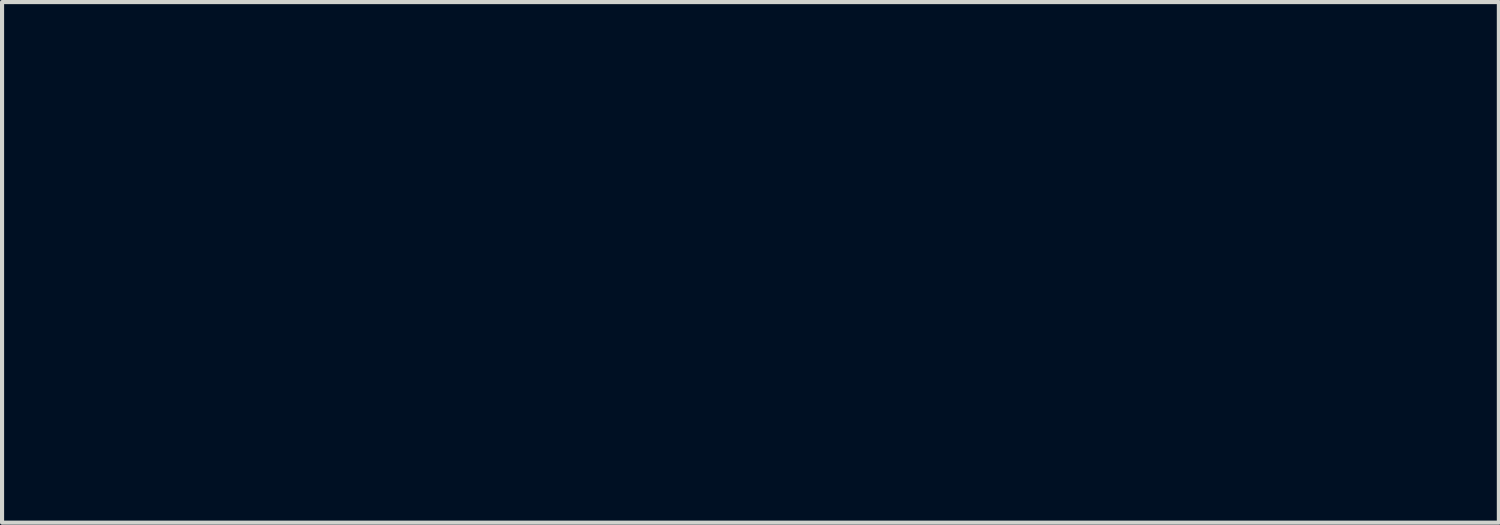
<source format=kicad_pcb>
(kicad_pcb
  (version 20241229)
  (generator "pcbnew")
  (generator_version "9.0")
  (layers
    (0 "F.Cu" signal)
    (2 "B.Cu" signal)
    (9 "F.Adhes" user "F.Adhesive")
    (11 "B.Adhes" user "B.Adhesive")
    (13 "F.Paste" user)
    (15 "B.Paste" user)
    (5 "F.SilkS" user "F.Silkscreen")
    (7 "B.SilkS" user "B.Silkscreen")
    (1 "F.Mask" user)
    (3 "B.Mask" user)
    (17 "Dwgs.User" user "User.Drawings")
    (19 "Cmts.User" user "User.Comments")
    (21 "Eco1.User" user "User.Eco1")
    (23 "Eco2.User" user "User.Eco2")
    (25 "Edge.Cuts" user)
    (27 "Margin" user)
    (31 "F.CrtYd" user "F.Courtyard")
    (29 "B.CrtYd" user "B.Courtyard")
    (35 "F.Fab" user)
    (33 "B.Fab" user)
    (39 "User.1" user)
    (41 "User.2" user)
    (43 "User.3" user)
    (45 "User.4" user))
  (footprint "gem_2.79x5.535mm_mask"
    (layer "F.Cu")
    (at 15.211 0.25)
    (property "Reference" "gem_2.79x5.535mm_mask" (at 0 5 0) (layer "F.Mask") (effects (font (size 1.524 1.524) (thickness 0.3))))
    (attr through_hole)
    (fp_poly (pts (xy 0.27 1.395) (xy 0.315 1.395) (xy 0.315 1.44) (xy 0.27 1.44) (xy 0.27 1.395)) (stroke (width 0.01) (type solid)) (fill yes) (layer "F.Mask"))
    (fp_poly (pts (xy 0.27 1.44) (xy 0.315 1.44) (xy 0.315 1.485) (xy 0.27 1.485) (xy 0.27 1.44)) (stroke (width 0.01) (type solid)) (fill yes) (layer "F.Mask"))
    (fp_poly (pts (xy 0.27 1.485) (xy 0.315 1.485) (xy 0.315 1.53) (xy 0.27 1.53) (xy 0.27 1.485)) (stroke (width 0.01) (type solid)) (fill yes) (layer "F.Mask"))
    (fp_poly (pts (xy 0.27 1.53) (xy 0.315 1.53) (xy 0.315 1.575) (xy 0.27 1.575) (xy 0.27 1.53)) (stroke (width 0.01) (type solid)) (fill yes) (layer "F.Mask"))
    (fp_poly (pts (xy 0.27 1.575) (xy 0.315 1.575) (xy 0.315 1.62) (xy 0.27 1.62) (xy 0.27 1.575)) (stroke (width 0.01) (type solid)) (fill yes) (layer "F.Mask"))
    (fp_poly (pts (xy 0.27 1.62) (xy 0.315 1.62) (xy 0.315 1.665) (xy 0.27 1.665) (xy 0.27 1.62)) (stroke (width 0.01) (type solid)) (fill yes) (layer "F.Mask"))
    (fp_poly (pts (xy 0.27 1.665) (xy 0.315 1.665) (xy 0.315 1.71) (xy 0.27 1.71) (xy 0.27 1.665)) (stroke (width 0.01) (type solid)) (fill yes) (layer "F.Mask"))
    (fp_poly (pts (xy 0.27 1.71) (xy 0.315 1.71) (xy 0.315 1.755) (xy 0.27 1.755) (xy 0.27 1.71)) (stroke (width 0.01) (type solid)) (fill yes) (layer "F.Mask"))
    (fp_poly (pts (xy 0.27 1.755) (xy 0.315 1.755) (xy 0.315 1.8) (xy 0.27 1.8) (xy 0.27 1.755)) (stroke (width 0.01) (type solid)) (fill yes) (layer "F.Mask"))
    (fp_poly (pts (xy 0.27 1.8) (xy 0.315 1.8) (xy 0.315 1.845) (xy 0.27 1.845) (xy 0.27 1.8)) (stroke (width 0.01) (type solid)) (fill yes) (layer "F.Mask"))
    (fp_poly (pts (xy 0.27 1.845) (xy 0.315 1.845) (xy 0.315 1.89) (xy 0.27 1.89) (xy 0.27 1.845)) (stroke (width 0.01) (type solid)) (fill yes) (layer "F.Mask"))
    (fp_poly (pts (xy 0.27 1.89) (xy 0.315 1.89) (xy 0.315 1.935) (xy 0.27 1.935) (xy 0.27 1.89)) (stroke (width 0.01) (type solid)) (fill yes) (layer "F.Mask"))
    (fp_poly (pts (xy 0.27 1.935) (xy 0.315 1.935) (xy 0.315 1.98) (xy 0.27 1.98) (xy 0.27 1.935)) (stroke (width 0.01) (type solid)) (fill yes) (layer "F.Mask"))
    (fp_poly (pts (xy 0.27 1.98) (xy 0.315 1.98) (xy 0.315 2.025) (xy 0.27 2.025) (xy 0.27 1.98)) (stroke (width 0.01) (type solid)) (fill yes) (layer "F.Mask"))
    (fp_poly (pts (xy 0.27 2.025) (xy 0.315 2.025) (xy 0.315 2.07) (xy 0.27 2.07) (xy 0.27 2.025)) (stroke (width 0.01) (type solid)) (fill yes) (layer "F.Mask"))
    (fp_poly (pts (xy 0.27 2.07) (xy 0.315 2.07) (xy 0.315 2.115) (xy 0.27 2.115) (xy 0.27 2.07)) (stroke (width 0.01) (type solid)) (fill yes) (layer "F.Mask"))
    (fp_poly (pts (xy 0.27 2.115) (xy 0.315 2.115) (xy 0.315 2.16) (xy 0.27 2.16) (xy 0.27 2.115)) (stroke (width 0.01) (type solid)) (fill yes) (layer "F.Mask"))
    (fp_poly (pts (xy 0.27 2.16) (xy 0.315 2.16) (xy 0.315 2.205) (xy 0.27 2.205) (xy 0.27 2.16)) (stroke (width 0.01) (type solid)) (fill yes) (layer "F.Mask"))
    (fp_poly (pts (xy 0.27 2.205) (xy 0.315 2.205) (xy 0.315 2.25) (xy 0.27 2.25) (xy 0.27 2.205)) (stroke (width 0.01) (type solid)) (fill yes) (layer "F.Mask"))
    (fp_poly (pts (xy 0.27 2.25) (xy 0.315 2.25) (xy 0.315 2.295) (xy 0.27 2.295) (xy 0.27 2.25)) (stroke (width 0.01) (type solid)) (fill yes) (layer "F.Mask"))
    (fp_poly (pts (xy 0.27 2.295) (xy 0.315 2.295) (xy 0.315 2.34) (xy 0.27 2.34) (xy 0.27 2.295)) (stroke (width 0.01) (type solid)) (fill yes) (layer "F.Mask"))
    (fp_poly (pts (xy 0.27 2.34) (xy 0.315 2.34) (xy 0.315 2.385) (xy 0.27 2.385) (xy 0.27 2.34)) (stroke (width 0.01) (type solid)) (fill yes) (layer "F.Mask"))
    (fp_poly (pts (xy 0.27 2.385) (xy 0.315 2.385) (xy 0.315 2.43) (xy 0.27 2.43) (xy 0.27 2.385)) (stroke (width 0.01) (type solid)) (fill yes) (layer "F.Mask"))
    (fp_poly (pts (xy 0.27 2.43) (xy 0.315 2.43) (xy 0.315 2.475) (xy 0.27 2.475) (xy 0.27 2.43)) (stroke (width 0.01) (type solid)) (fill yes) (layer "F.Mask"))
    (fp_poly (pts (xy 0.27 2.475) (xy 0.315 2.475) (xy 0.315 2.52) (xy 0.27 2.52) (xy 0.27 2.475)) (stroke (width 0.01) (type solid)) (fill yes) (layer "F.Mask"))
    (fp_poly (pts (xy 0.27 2.52) (xy 0.315 2.52) (xy 0.315 2.565) (xy 0.27 2.565) (xy 0.27 2.52)) (stroke (width 0.01) (type solid)) (fill yes) (layer "F.Mask"))
    (fp_poly (pts (xy 0.27 2.565) (xy 0.315 2.565) (xy 0.315 2.61) (xy 0.27 2.61) (xy 0.27 2.565)) (stroke (width 0.01) (type solid)) (fill yes) (layer "F.Mask"))
    (fp_poly (pts (xy 0.27 2.61) (xy 0.315 2.61) (xy 0.315 2.655) (xy 0.27 2.655) (xy 0.27 2.61)) (stroke (width 0.01) (type solid)) (fill yes) (layer "F.Mask"))
    (fp_poly (pts (xy 0.27 2.655) (xy 0.315 2.655) (xy 0.315 2.7) (xy 0.27 2.7) (xy 0.27 2.655)) (stroke (width 0.01) (type solid)) (fill yes) (layer "F.Mask"))
    (fp_poly (pts (xy 0.27 2.7) (xy 0.315 2.7) (xy 0.315 2.745) (xy 0.27 2.745) (xy 0.27 2.7)) (stroke (width 0.01) (type solid)) (fill yes) (layer "F.Mask"))
    (fp_poly (pts (xy 0.27 2.745) (xy 0.315 2.745) (xy 0.315 2.79) (xy 0.27 2.79) (xy 0.27 2.745)) (stroke (width 0.01) (type solid)) (fill yes) (layer "F.Mask"))
    (fp_poly (pts (xy 0.27 2.79) (xy 0.315 2.79) (xy 0.315 2.835) (xy 0.27 2.835) (xy 0.27 2.79)) (stroke (width 0.01) (type solid)) (fill yes) (layer "F.Mask"))
    (fp_poly (pts (xy 0.27 2.835) (xy 0.315 2.835) (xy 0.315 2.88) (xy 0.27 2.88) (xy 0.27 2.835)) (stroke (width 0.01) (type solid)) (fill yes) (layer "F.Mask"))
    (fp_poly (pts (xy 0.27 2.88) (xy 0.315 2.88) (xy 0.315 2.925) (xy 0.27 2.925) (xy 0.27 2.88)) (stroke (width 0.01) (type solid)) (fill yes) (layer "F.Mask"))
    (fp_poly (pts (xy 0.27 2.925) (xy 0.315 2.925) (xy 0.315 2.97) (xy 0.27 2.97) (xy 0.27 2.925)) (stroke (width 0.01) (type solid)) (fill yes) (layer "F.Mask"))
    (fp_poly (pts (xy 0.27 2.97) (xy 0.315 2.97) (xy 0.315 3.015) (xy 0.27 3.015) (xy 0.27 2.97)) (stroke (width 0.01) (type solid)) (fill yes) (layer "F.Mask"))
    (fp_poly (pts (xy 0.27 3.015) (xy 0.315 3.015) (xy 0.315 3.06) (xy 0.27 3.06) (xy 0.27 3.015)) (stroke (width 0.01) (type solid)) (fill yes) (layer "F.Mask"))
    (fp_poly (pts (xy 0.27 3.06) (xy 0.315 3.06) (xy 0.315 3.105) (xy 0.27 3.105) (xy 0.27 3.06)) (stroke (width 0.01) (type solid)) (fill yes) (layer "F.Mask"))
    (fp_poly (pts (xy 0.27 3.105) (xy 0.315 3.105) (xy 0.315 3.15) (xy 0.27 3.15) (xy 0.27 3.105)) (stroke (width 0.01) (type solid)) (fill yes) (layer "F.Mask"))
    (fp_poly (pts (xy 0.27 3.15) (xy 0.315 3.15) (xy 0.315 3.195) (xy 0.27 3.195) (xy 0.27 3.15)) (stroke (width 0.01) (type solid)) (fill yes) (layer "F.Mask"))
    (fp_poly (pts (xy 0.27 3.195) (xy 0.315 3.195) (xy 0.315 3.24) (xy 0.27 3.24) (xy 0.27 3.195)) (stroke (width 0.01) (type solid)) (fill yes) (layer "F.Mask"))
    (fp_poly (pts (xy 0.27 3.24) (xy 0.315 3.24) (xy 0.315 3.285) (xy 0.27 3.285) (xy 0.27 3.24)) (stroke (width 0.01) (type solid)) (fill yes) (layer "F.Mask"))
    (fp_poly (pts (xy 0.27 3.285) (xy 0.315 3.285) (xy 0.315 3.33) (xy 0.27 3.33) (xy 0.27 3.285)) (stroke (width 0.01) (type solid)) (fill yes) (layer "F.Mask"))
    (fp_poly (pts (xy 0.27 3.33) (xy 0.315 3.33) (xy 0.315 3.375) (xy 0.27 3.375) (xy 0.27 3.33)) (stroke (width 0.01) (type solid)) (fill yes) (layer "F.Mask"))
    (fp_poly (pts (xy 0.27 3.375) (xy 0.315 3.375) (xy 0.315 3.42) (xy 0.27 3.42) (xy 0.27 3.375)) (stroke (width 0.01) (type solid)) (fill yes) (layer "F.Mask"))
    (fp_poly (pts (xy 0.27 3.42) (xy 0.315 3.42) (xy 0.315 3.465) (xy 0.27 3.465) (xy 0.27 3.42)) (stroke (width 0.01) (type solid)) (fill yes) (layer "F.Mask"))
    (fp_poly (pts (xy 0.27 3.465) (xy 0.315 3.465) (xy 0.315 3.51) (xy 0.27 3.51) (xy 0.27 3.465)) (stroke (width 0.01) (type solid)) (fill yes) (layer "F.Mask"))
    (fp_poly (pts (xy 0.27 3.51) (xy 0.315 3.51) (xy 0.315 3.555) (xy 0.27 3.555) (xy 0.27 3.51)) (stroke (width 0.01) (type solid)) (fill yes) (layer "F.Mask"))
    (fp_poly (pts (xy 0.27 3.555) (xy 0.315 3.555) (xy 0.315 3.6) (xy 0.27 3.6) (xy 0.27 3.555)) (stroke (width 0.01) (type solid)) (fill yes) (layer "F.Mask"))
    (fp_poly (pts (xy 0.27 3.6) (xy 0.315 3.6) (xy 0.315 3.645) (xy 0.27 3.645) (xy 0.27 3.6)) (stroke (width 0.01) (type solid)) (fill yes) (layer "F.Mask"))
    (fp_poly (pts (xy 0.27 3.645) (xy 0.315 3.645) (xy 0.315 3.69) (xy 0.27 3.69) (xy 0.27 3.645)) (stroke (width 0.01) (type solid)) (fill yes) (layer "F.Mask"))
    (fp_poly (pts (xy 0.27 3.69) (xy 0.315 3.69) (xy 0.315 3.735) (xy 0.27 3.735) (xy 0.27 3.69)) (stroke (width 0.01) (type solid)) (fill yes) (layer "F.Mask"))
    (fp_poly (pts (xy 0.27 3.735) (xy 0.315 3.735) (xy 0.315 3.78) (xy 0.27 3.78) (xy 0.27 3.735)) (stroke (width 0.01) (type solid)) (fill yes) (layer "F.Mask"))
    (fp_poly (pts (xy 0.27 3.78) (xy 0.315 3.78) (xy 0.315 3.825) (xy 0.27 3.825) (xy 0.27 3.78)) (stroke (width 0.01) (type solid)) (fill yes) (layer "F.Mask"))
    (fp_poly (pts (xy 0.27 3.825) (xy 0.315 3.825) (xy 0.315 3.87) (xy 0.27 3.87) (xy 0.27 3.825)) (stroke (width 0.01) (type solid)) (fill yes) (layer "F.Mask"))
    (fp_poly (pts (xy 0.27 3.87) (xy 0.315 3.87) (xy 0.315 3.915) (xy 0.27 3.915) (xy 0.27 3.87)) (stroke (width 0.01) (type solid)) (fill yes) (layer "F.Mask"))
    (fp_poly (pts (xy 0.27 3.915) (xy 0.315 3.915) (xy 0.315 3.96) (xy 0.27 3.96) (xy 0.27 3.915)) (stroke (width 0.01) (type solid)) (fill yes) (layer "F.Mask"))
    (fp_poly (pts (xy 0.27 3.96) (xy 0.315 3.96) (xy 0.315 4.005) (xy 0.27 4.005) (xy 0.27 3.96)) (stroke (width 0.01) (type solid)) (fill yes) (layer "F.Mask"))
    (fp_poly (pts (xy 0.27 4.005) (xy 0.315 4.005) (xy 0.315 4.05) (xy 0.27 4.05) (xy 0.27 4.005)) (stroke (width 0.01) (type solid)) (fill yes) (layer "F.Mask"))
    (fp_poly (pts (xy 0.27 4.05) (xy 0.315 4.05) (xy 0.315 4.095) (xy 0.27 4.095) (xy 0.27 4.05)) (stroke (width 0.01) (type solid)) (fill yes) (layer "F.Mask"))
    (fp_poly (pts (xy 0.27 4.095) (xy 0.315 4.095) (xy 0.315 4.14) (xy 0.27 4.14) (xy 0.27 4.095)) (stroke (width 0.01) (type solid)) (fill yes) (layer "F.Mask"))
    (fp_poly (pts (xy 0.315 1.305) (xy 0.36 1.305) (xy 0.36 1.35) (xy 0.315 1.35) (xy 0.315 1.305)) (stroke (width 0.01) (type solid)) (fill yes) (layer "F.Mask"))
    (fp_poly (pts (xy 0.315 1.35) (xy 0.36 1.35) (xy 0.36 1.395) (xy 0.315 1.395) (xy 0.315 1.35)) (stroke (width 0.01) (type solid)) (fill yes) (layer "F.Mask"))
    (fp_poly (pts (xy 0.315 1.395) (xy 0.36 1.395) (xy 0.36 1.44) (xy 0.315 1.44) (xy 0.315 1.395)) (stroke (width 0.01) (type solid)) (fill yes) (layer "F.Mask"))
    (fp_poly (pts (xy 0.315 1.53) (xy 0.36 1.53) (xy 0.36 1.575) (xy 0.315 1.575) (xy 0.315 1.53)) (stroke (width 0.01) (type solid)) (fill yes) (layer "F.Mask"))
    (fp_poly (pts (xy 0.315 3.96) (xy 0.36 3.96) (xy 0.36 4.005) (xy 0.315 4.005) (xy 0.315 3.96)) (stroke (width 0.01) (type solid)) (fill yes) (layer "F.Mask"))
    (fp_poly (pts (xy 0.315 4.005) (xy 0.36 4.005) (xy 0.36 4.05) (xy 0.315 4.05) (xy 0.315 4.005)) (stroke (width 0.01) (type solid)) (fill yes) (layer "F.Mask"))
    (fp_poly (pts (xy 0.315 4.095) (xy 0.36 4.095) (xy 0.36 4.14) (xy 0.315 4.14) (xy 0.315 4.095)) (stroke (width 0.01) (type solid)) (fill yes) (layer "F.Mask"))
    (fp_poly (pts (xy 0.315 4.14) (xy 0.36 4.14) (xy 0.36 4.185) (xy 0.315 4.185) (xy 0.315 4.14)) (stroke (width 0.01) (type solid)) (fill yes) (layer "F.Mask"))
    (fp_poly (pts (xy 0.315 4.185) (xy 0.36 4.185) (xy 0.36 4.23) (xy 0.315 4.23) (xy 0.315 4.185)) (stroke (width 0.01) (type solid)) (fill yes) (layer "F.Mask"))
    (fp_poly (pts (xy 0.315 4.23) (xy 0.36 4.23) (xy 0.36 4.275) (xy 0.315 4.275) (xy 0.315 4.23)) (stroke (width 0.01) (type solid)) (fill yes) (layer "F.Mask"))
    (fp_poly (pts (xy 0.36 1.215) (xy 0.405 1.215) (xy 0.405 1.26) (xy 0.36 1.26) (xy 0.36 1.215)) (stroke (width 0.01) (type solid)) (fill yes) (layer "F.Mask"))
    (fp_poly (pts (xy 0.36 1.26) (xy 0.405 1.26) (xy 0.405 1.305) (xy 0.36 1.305) (xy 0.36 1.26)) (stroke (width 0.01) (type solid)) (fill yes) (layer "F.Mask"))
    (fp_poly (pts (xy 0.36 1.305) (xy 0.405 1.305) (xy 0.405 1.35) (xy 0.36 1.35) (xy 0.36 1.305)) (stroke (width 0.01) (type solid)) (fill yes) (layer "F.Mask"))
    (fp_poly (pts (xy 0.36 1.575) (xy 0.405 1.575) (xy 0.405 1.62) (xy 0.36 1.62) (xy 0.36 1.575)) (stroke (width 0.01) (type solid)) (fill yes) (layer "F.Mask"))
    (fp_poly (pts (xy 0.36 3.96) (xy 0.405 3.96) (xy 0.405 4.005) (xy 0.36 4.005) (xy 0.36 3.96)) (stroke (width 0.01) (type solid)) (fill yes) (layer "F.Mask"))
    (fp_poly (pts (xy 0.36 4.005) (xy 0.405 4.005) (xy 0.405 4.05) (xy 0.36 4.05) (xy 0.36 4.005)) (stroke (width 0.01) (type solid)) (fill yes) (layer "F.Mask"))
    (fp_poly (pts (xy 0.36 4.23) (xy 0.405 4.23) (xy 0.405 4.275) (xy 0.36 4.275) (xy 0.36 4.23)) (stroke (width 0.01) (type solid)) (fill yes) (layer "F.Mask"))
    (fp_poly (pts (xy 0.36 4.275) (xy 0.405 4.275) (xy 0.405 4.32) (xy 0.36 4.32) (xy 0.36 4.275)) (stroke (width 0.01) (type solid)) (fill yes) (layer "F.Mask"))
    (fp_poly (pts (xy 0.36 4.32) (xy 0.405 4.32) (xy 0.405 4.365) (xy 0.36 4.365) (xy 0.36 4.32)) (stroke (width 0.01) (type solid)) (fill yes) (layer "F.Mask"))
    (fp_poly (pts (xy 0.36 4.365) (xy 0.405 4.365) (xy 0.405 4.41) (xy 0.36 4.41) (xy 0.36 4.365)) (stroke (width 0.01) (type solid)) (fill yes) (layer "F.Mask"))
    (fp_poly (pts (xy 0.405 1.08) (xy 0.45 1.08) (xy 0.45 1.125) (xy 0.405 1.125) (xy 0.405 1.08)) (stroke (width 0.01) (type solid)) (fill yes) (layer "F.Mask"))
    (fp_poly (pts (xy 0.405 1.125) (xy 0.45 1.125) (xy 0.45 1.17) (xy 0.405 1.17) (xy 0.405 1.125)) (stroke (width 0.01) (type solid)) (fill yes) (layer "F.Mask"))
    (fp_poly (pts (xy 0.405 1.17) (xy 0.45 1.17) (xy 0.45 1.215) (xy 0.405 1.215) (xy 0.405 1.17)) (stroke (width 0.01) (type solid)) (fill yes) (layer "F.Mask"))
    (fp_poly (pts (xy 0.405 1.62) (xy 0.45 1.62) (xy 0.45 1.665) (xy 0.405 1.665) (xy 0.405 1.62)) (stroke (width 0.01) (type solid)) (fill yes) (layer "F.Mask"))
    (fp_poly (pts (xy 0.405 3.96) (xy 0.45 3.96) (xy 0.45 4.005) (xy 0.405 4.005) (xy 0.405 3.96)) (stroke (width 0.01) (type solid)) (fill yes) (layer "F.Mask"))
    (fp_poly (pts (xy 0.405 4.005) (xy 0.45 4.005) (xy 0.45 4.05) (xy 0.405 4.05) (xy 0.405 4.005)) (stroke (width 0.01) (type solid)) (fill yes) (layer "F.Mask"))
    (fp_poly (pts (xy 0.405 4.23) (xy 0.45 4.23) (xy 0.45 4.275) (xy 0.405 4.275) (xy 0.405 4.23)) (stroke (width 0.01) (type solid)) (fill yes) (layer "F.Mask"))
    (fp_poly (pts (xy 0.405 4.275) (xy 0.45 4.275) (xy 0.45 4.32) (xy 0.405 4.32) (xy 0.405 4.275)) (stroke (width 0.01) (type solid)) (fill yes) (layer "F.Mask"))
    (fp_poly (pts (xy 0.405 4.365) (xy 0.45 4.365) (xy 0.45 4.41) (xy 0.405 4.41) (xy 0.405 4.365)) (stroke (width 0.01) (type solid)) (fill yes) (layer "F.Mask"))
    (fp_poly (pts (xy 0.405 4.41) (xy 0.45 4.41) (xy 0.45 4.455) (xy 0.405 4.455) (xy 0.405 4.41)) (stroke (width 0.01) (type solid)) (fill yes) (layer "F.Mask"))
    (fp_poly (pts (xy 0.45 1.035) (xy 0.495 1.035) (xy 0.495 1.08) (xy 0.45 1.08) (xy 0.45 1.035)) (stroke (width 0.01) (type solid)) (fill yes) (layer "F.Mask"))
    (fp_poly (pts (xy 0.45 1.08) (xy 0.495 1.08) (xy 0.495 1.125) (xy 0.45 1.125) (xy 0.45 1.08)) (stroke (width 0.01) (type solid)) (fill yes) (layer "F.Mask"))
    (fp_poly (pts (xy 0.45 1.62) (xy 0.495 1.62) (xy 0.495 1.665) (xy 0.45 1.665) (xy 0.45 1.62)) (stroke (width 0.01) (type solid)) (fill yes) (layer "F.Mask"))
    (fp_poly (pts (xy 0.45 1.665) (xy 0.495 1.665) (xy 0.495 1.71) (xy 0.45 1.71) (xy 0.45 1.665)) (stroke (width 0.01) (type solid)) (fill yes) (layer "F.Mask"))
    (fp_poly (pts (xy 0.45 3.96) (xy 0.495 3.96) (xy 0.495 4.005) (xy 0.45 4.005) (xy 0.45 3.96)) (stroke (width 0.01) (type solid)) (fill yes) (layer "F.Mask"))
    (fp_poly (pts (xy 0.45 4.005) (xy 0.495 4.005) (xy 0.495 4.05) (xy 0.45 4.05) (xy 0.45 4.005)) (stroke (width 0.01) (type solid)) (fill yes) (layer "F.Mask"))
    (fp_poly (pts (xy 0.45 4.14) (xy 0.495 4.14) (xy 0.495 4.185) (xy 0.45 4.185) (xy 0.45 4.14)) (stroke (width 0.01) (type solid)) (fill yes) (layer "F.Mask"))
    (fp_poly (pts (xy 0.45 4.185) (xy 0.495 4.185) (xy 0.495 4.23) (xy 0.45 4.23) (xy 0.45 4.185)) (stroke (width 0.01) (type solid)) (fill yes) (layer "F.Mask"))
    (fp_poly (pts (xy 0.45 4.41) (xy 0.495 4.41) (xy 0.495 4.455) (xy 0.45 4.455) (xy 0.45 4.41)) (stroke (width 0.01) (type solid)) (fill yes) (layer "F.Mask"))
    (fp_poly (pts (xy 0.45 4.455) (xy 0.495 4.455) (xy 0.495 4.5) (xy 0.45 4.5) (xy 0.45 4.455)) (stroke (width 0.01) (type solid)) (fill yes) (layer "F.Mask"))
    (fp_poly (pts (xy 0.495 0.99) (xy 0.54 0.99) (xy 0.54 1.035) (xy 0.495 1.035) (xy 0.495 0.99)) (stroke (width 0.01) (type solid)) (fill yes) (layer "F.Mask"))
    (fp_poly (pts (xy 0.495 1.035) (xy 0.54 1.035) (xy 0.54 1.08) (xy 0.495 1.08) (xy 0.495 1.035)) (stroke (width 0.01) (type solid)) (fill yes) (layer "F.Mask"))
    (fp_poly (pts (xy 0.495 1.08) (xy 0.54 1.08) (xy 0.54 1.125) (xy 0.495 1.125) (xy 0.495 1.08)) (stroke (width 0.01) (type solid)) (fill yes) (layer "F.Mask"))
    (fp_poly (pts (xy 0.495 1.665) (xy 0.54 1.665) (xy 0.54 1.71) (xy 0.495 1.71) (xy 0.495 1.665)) (stroke (width 0.01) (type solid)) (fill yes) (layer "F.Mask"))
    (fp_poly (pts (xy 0.495 1.71) (xy 0.54 1.71) (xy 0.54 1.755) (xy 0.495 1.755) (xy 0.495 1.71)) (stroke (width 0.01) (type solid)) (fill yes) (layer "F.Mask"))
    (fp_poly (pts (xy 0.495 3.96) (xy 0.54 3.96) (xy 0.54 4.005) (xy 0.495 4.005) (xy 0.495 3.96)) (stroke (width 0.01) (type solid)) (fill yes) (layer "F.Mask"))
    (fp_poly (pts (xy 0.495 4.005) (xy 0.54 4.005) (xy 0.54 4.05) (xy 0.495 4.05) (xy 0.495 4.005)) (stroke (width 0.01) (type solid)) (fill yes) (layer "F.Mask"))
    (fp_poly (pts (xy 0.495 4.05) (xy 0.54 4.05) (xy 0.54 4.095) (xy 0.495 4.095) (xy 0.495 4.05)) (stroke (width 0.01) (type solid)) (fill yes) (layer "F.Mask"))
    (fp_poly (pts (xy 0.495 4.095) (xy 0.54 4.095) (xy 0.54 4.14) (xy 0.495 4.14) (xy 0.495 4.095)) (stroke (width 0.01) (type solid)) (fill yes) (layer "F.Mask"))
    (fp_poly (pts (xy 0.495 4.14) (xy 0.54 4.14) (xy 0.54 4.185) (xy 0.495 4.185) (xy 0.495 4.14)) (stroke (width 0.01) (type solid)) (fill yes) (layer "F.Mask"))
    (fp_poly (pts (xy 0.495 4.41) (xy 0.54 4.41) (xy 0.54 4.455) (xy 0.495 4.455) (xy 0.495 4.41)) (stroke (width 0.01) (type solid)) (fill yes) (layer "F.Mask"))
    (fp_poly (pts (xy 0.495 4.455) (xy 0.54 4.455) (xy 0.54 4.5) (xy 0.495 4.5) (xy 0.495 4.455)) (stroke (width 0.01) (type solid)) (fill yes) (layer "F.Mask"))
    (fp_poly (pts (xy 0.495 4.5) (xy 0.54 4.5) (xy 0.54 4.545) (xy 0.495 4.545) (xy 0.495 4.5)) (stroke (width 0.01) (type solid)) (fill yes) (layer "F.Mask"))
    (fp_poly (pts (xy 0.54 0.945) (xy 0.585 0.945) (xy 0.585 0.99) (xy 0.54 0.99) (xy 0.54 0.945)) (stroke (width 0.01) (type solid)) (fill yes) (layer "F.Mask"))
    (fp_poly (pts (xy 0.54 1.125) (xy 0.585 1.125) (xy 0.585 1.17) (xy 0.54 1.17) (xy 0.54 1.125)) (stroke (width 0.01) (type solid)) (fill yes) (layer "F.Mask"))
    (fp_poly (pts (xy 0.54 1.17) (xy 0.585 1.17) (xy 0.585 1.215) (xy 0.54 1.215) (xy 0.54 1.17)) (stroke (width 0.01) (type solid)) (fill yes) (layer "F.Mask"))
    (fp_poly (pts (xy 0.54 1.71) (xy 0.585 1.71) (xy 0.585 1.755) (xy 0.54 1.755) (xy 0.54 1.71)) (stroke (width 0.01) (type solid)) (fill yes) (layer "F.Mask"))
    (fp_poly (pts (xy 0.54 3.915) (xy 0.585 3.915) (xy 0.585 3.96) (xy 0.54 3.96) (xy 0.54 3.915)) (stroke (width 0.01) (type solid)) (fill yes) (layer "F.Mask"))
    (fp_poly (pts (xy 0.54 3.96) (xy 0.585 3.96) (xy 0.585 4.005) (xy 0.54 4.005) (xy 0.54 3.96)) (stroke (width 0.01) (type solid)) (fill yes) (layer "F.Mask"))
    (fp_poly (pts (xy 0.54 4.41) (xy 0.585 4.41) (xy 0.585 4.455) (xy 0.54 4.455) (xy 0.54 4.41)) (stroke (width 0.01) (type solid)) (fill yes) (layer "F.Mask"))
    (fp_poly (pts (xy 0.54 4.455) (xy 0.585 4.455) (xy 0.585 4.5) (xy 0.54 4.5) (xy 0.54 4.455)) (stroke (width 0.01) (type solid)) (fill yes) (layer "F.Mask"))
    (fp_poly (pts (xy 0.54 4.5) (xy 0.585 4.5) (xy 0.585 4.545) (xy 0.54 4.545) (xy 0.54 4.5)) (stroke (width 0.01) (type solid)) (fill yes) (layer "F.Mask"))
    (fp_poly (pts (xy 0.54 4.545) (xy 0.585 4.545) (xy 0.585 4.59) (xy 0.54 4.59) (xy 0.54 4.545)) (stroke (width 0.01) (type solid)) (fill yes) (layer "F.Mask"))
    (fp_poly (pts (xy 0.585 0.9) (xy 0.63 0.9) (xy 0.63 0.945) (xy 0.585 0.945) (xy 0.585 0.9)) (stroke (width 0.01) (type solid)) (fill yes) (layer "F.Mask"))
    (fp_poly (pts (xy 0.585 1.17) (xy 0.63 1.17) (xy 0.63 1.215) (xy 0.585 1.215) (xy 0.585 1.17)) (stroke (width 0.01) (type solid)) (fill yes) (layer "F.Mask"))
    (fp_poly (pts (xy 0.585 1.215) (xy 0.63 1.215) (xy 0.63 1.26) (xy 0.585 1.26) (xy 0.585 1.215)) (stroke (width 0.01) (type solid)) (fill yes) (layer "F.Mask"))
    (fp_poly (pts (xy 0.585 1.755) (xy 0.63 1.755) (xy 0.63 1.8) (xy 0.585 1.8) (xy 0.585 1.755)) (stroke (width 0.01) (type solid)) (fill yes) (layer "F.Mask"))
    (fp_poly (pts (xy 0.585 3.87) (xy 0.63 3.87) (xy 0.63 3.915) (xy 0.585 3.915) (xy 0.585 3.87)) (stroke (width 0.01) (type solid)) (fill yes) (layer "F.Mask"))
    (fp_poly (pts (xy 0.585 3.915) (xy 0.63 3.915) (xy 0.63 3.96) (xy 0.585 3.96) (xy 0.585 3.915)) (stroke (width 0.01) (type solid)) (fill yes) (layer "F.Mask"))
    (fp_poly (pts (xy 0.585 4.14) (xy 0.63 4.14) (xy 0.63 4.185) (xy 0.585 4.185) (xy 0.585 4.14)) (stroke (width 0.01) (type solid)) (fill yes) (layer "F.Mask"))
    (fp_poly (pts (xy 0.585 4.185) (xy 0.63 4.185) (xy 0.63 4.23) (xy 0.585 4.23) (xy 0.585 4.185)) (stroke (width 0.01) (type solid)) (fill yes) (layer "F.Mask"))
    (fp_poly (pts (xy 0.585 4.23) (xy 0.63 4.23) (xy 0.63 4.275) (xy 0.585 4.275) (xy 0.585 4.23)) (stroke (width 0.01) (type solid)) (fill yes) (layer "F.Mask"))
    (fp_poly (pts (xy 0.585 4.275) (xy 0.63 4.275) (xy 0.63 4.32) (xy 0.585 4.32) (xy 0.585 4.275)) (stroke (width 0.01) (type solid)) (fill yes) (layer "F.Mask"))
    (fp_poly (pts (xy 0.585 4.32) (xy 0.63 4.32) (xy 0.63 4.365) (xy 0.585 4.365) (xy 0.585 4.32)) (stroke (width 0.01) (type solid)) (fill yes) (layer "F.Mask"))
    (fp_poly (pts (xy 0.585 4.365) (xy 0.63 4.365) (xy 0.63 4.41) (xy 0.585 4.41) (xy 0.585 4.365)) (stroke (width 0.01) (type solid)) (fill yes) (layer "F.Mask"))
    (fp_poly (pts (xy 0.585 4.41) (xy 0.63 4.41) (xy 0.63 4.455) (xy 0.585 4.455) (xy 0.585 4.41)) (stroke (width 0.01) (type solid)) (fill yes) (layer "F.Mask"))
    (fp_poly (pts (xy 0.585 4.545) (xy 0.63 4.545) (xy 0.63 4.59) (xy 0.585 4.59) (xy 0.585 4.545)) (stroke (width 0.01) (type solid)) (fill yes) (layer "F.Mask"))
    (fp_poly (pts (xy 0.585 4.59) (xy 0.63 4.59) (xy 0.63 4.635) (xy 0.585 4.635) (xy 0.585 4.59)) (stroke (width 0.01) (type solid)) (fill yes) (layer "F.Mask"))
    (fp_poly (pts (xy 0.585 4.635) (xy 0.63 4.635) (xy 0.63 4.68) (xy 0.585 4.68) (xy 0.585 4.635)) (stroke (width 0.01) (type solid)) (fill yes) (layer "F.Mask"))
    (fp_poly (pts (xy 0.63 0.855) (xy 0.675 0.855) (xy 0.675 0.9) (xy 0.63 0.9) (xy 0.63 0.855)) (stroke (width 0.01) (type solid)) (fill yes) (layer "F.Mask"))
    (fp_poly (pts (xy 0.63 1.26) (xy 0.675 1.26) (xy 0.675 1.305) (xy 0.63 1.305) (xy 0.63 1.26)) (stroke (width 0.01) (type solid)) (fill yes) (layer "F.Mask"))
    (fp_poly (pts (xy 0.63 1.305) (xy 0.675 1.305) (xy 0.675 1.35) (xy 0.63 1.35) (xy 0.63 1.305)) (stroke (width 0.01) (type solid)) (fill yes) (layer "F.Mask"))
    (fp_poly (pts (xy 0.63 1.8) (xy 0.675 1.8) (xy 0.675 1.845) (xy 0.63 1.845) (xy 0.63 1.8)) (stroke (width 0.01) (type solid)) (fill yes) (layer "F.Mask"))
    (fp_poly (pts (xy 0.63 3.87) (xy 0.675 3.87) (xy 0.675 3.915) (xy 0.63 3.915) (xy 0.63 3.87)) (stroke (width 0.01) (type solid)) (fill yes) (layer "F.Mask"))
    (fp_poly (pts (xy 0.63 3.915) (xy 0.675 3.915) (xy 0.675 3.96) (xy 0.63 3.96) (xy 0.63 3.915)) (stroke (width 0.01) (type solid)) (fill yes) (layer "F.Mask"))
    (fp_poly (pts (xy 0.63 3.96) (xy 0.675 3.96) (xy 0.675 4.005) (xy 0.63 4.005) (xy 0.63 3.96)) (stroke (width 0.01) (type solid)) (fill yes) (layer "F.Mask"))
    (fp_poly (pts (xy 0.63 4.005) (xy 0.675 4.005) (xy 0.675 4.05) (xy 0.63 4.05) (xy 0.63 4.005)) (stroke (width 0.01) (type solid)) (fill yes) (layer "F.Mask"))
    (fp_poly (pts (xy 0.63 4.05) (xy 0.675 4.05) (xy 0.675 4.095) (xy 0.63 4.095) (xy 0.63 4.05)) (stroke (width 0.01) (type solid)) (fill yes) (layer "F.Mask"))
    (fp_poly (pts (xy 0.63 4.095) (xy 0.675 4.095) (xy 0.675 4.14) (xy 0.63 4.14) (xy 0.63 4.095)) (stroke (width 0.01) (type solid)) (fill yes) (layer "F.Mask"))
    (fp_poly (pts (xy 0.63 4.14) (xy 0.675 4.14) (xy 0.675 4.185) (xy 0.63 4.185) (xy 0.63 4.14)) (stroke (width 0.01) (type solid)) (fill yes) (layer "F.Mask"))
    (fp_poly (pts (xy 0.63 4.41) (xy 0.675 4.41) (xy 0.675 4.455) (xy 0.63 4.455) (xy 0.63 4.41)) (stroke (width 0.01) (type solid)) (fill yes) (layer "F.Mask"))
    (fp_poly (pts (xy 0.63 4.455) (xy 0.675 4.455) (xy 0.675 4.5) (xy 0.63 4.5) (xy 0.63 4.455)) (stroke (width 0.01) (type solid)) (fill yes) (layer "F.Mask"))
    (fp_poly (pts (xy 0.63 4.5) (xy 0.675 4.5) (xy 0.675 4.545) (xy 0.63 4.545) (xy 0.63 4.5)) (stroke (width 0.01) (type solid)) (fill yes) (layer "F.Mask"))
    (fp_poly (pts (xy 0.63 4.545) (xy 0.675 4.545) (xy 0.675 4.59) (xy 0.63 4.59) (xy 0.63 4.545)) (stroke (width 0.01) (type solid)) (fill yes) (layer "F.Mask"))
    (fp_poly (pts (xy 0.63 4.635) (xy 0.675 4.635) (xy 0.675 4.68) (xy 0.63 4.68) (xy 0.63 4.635)) (stroke (width 0.01) (type solid)) (fill yes) (layer "F.Mask"))
    (fp_poly (pts (xy 0.63 4.68) (xy 0.675 4.68) (xy 0.675 4.725) (xy 0.63 4.725) (xy 0.63 4.68)) (stroke (width 0.01) (type solid)) (fill yes) (layer "F.Mask"))
    (fp_poly (pts (xy 0.675 0.81) (xy 0.72 0.81) (xy 0.72 0.855) (xy 0.675 0.855) (xy 0.675 0.81)) (stroke (width 0.01) (type solid)) (fill yes) (layer "F.Mask"))
    (fp_poly (pts (xy 0.675 1.305) (xy 0.72 1.305) (xy 0.72 1.35) (xy 0.675 1.35) (xy 0.675 1.305)) (stroke (width 0.01) (type solid)) (fill yes) (layer "F.Mask"))
    (fp_poly (pts (xy 0.675 1.35) (xy 0.72 1.35) (xy 0.72 1.395) (xy 0.675 1.395) (xy 0.675 1.35)) (stroke (width 0.01) (type solid)) (fill yes) (layer "F.Mask"))
    (fp_poly (pts (xy 0.675 1.8) (xy 0.72 1.8) (xy 0.72 1.845) (xy 0.675 1.845) (xy 0.675 1.8)) (stroke (width 0.01) (type solid)) (fill yes) (layer "F.Mask"))
    (fp_poly (pts (xy 0.675 1.845) (xy 0.72 1.845) (xy 0.72 1.89) (xy 0.675 1.89) (xy 0.675 1.845)) (stroke (width 0.01) (type solid)) (fill yes) (layer "F.Mask"))
    (fp_poly (pts (xy 0.675 1.89) (xy 0.72 1.89) (xy 0.72 1.935) (xy 0.675 1.935) (xy 0.675 1.89)) (stroke (width 0.01) (type solid)) (fill yes) (layer "F.Mask"))
    (fp_poly (pts (xy 0.675 3.87) (xy 0.72 3.87) (xy 0.72 3.915) (xy 0.675 3.915) (xy 0.675 3.87)) (stroke (width 0.01) (type solid)) (fill yes) (layer "F.Mask"))
    (fp_poly (pts (xy 0.675 3.915) (xy 0.72 3.915) (xy 0.72 3.96) (xy 0.675 3.96) (xy 0.675 3.915)) (stroke (width 0.01) (type solid)) (fill yes) (layer "F.Mask"))
    (fp_poly (pts (xy 0.675 4.05) (xy 0.72 4.05) (xy 0.72 4.095) (xy 0.675 4.095) (xy 0.675 4.05)) (stroke (width 0.01) (type solid)) (fill yes) (layer "F.Mask"))
    (fp_poly (pts (xy 0.675 4.5) (xy 0.72 4.5) (xy 0.72 4.545) (xy 0.675 4.545) (xy 0.675 4.5)) (stroke (width 0.01) (type solid)) (fill yes) (layer "F.Mask"))
    (fp_poly (pts (xy 0.675 4.545) (xy 0.72 4.545) (xy 0.72 4.59) (xy 0.675 4.59) (xy 0.675 4.545)) (stroke (width 0.01) (type solid)) (fill yes) (layer "F.Mask"))
    (fp_poly (pts (xy 0.675 4.59) (xy 0.72 4.59) (xy 0.72 4.635) (xy 0.675 4.635) (xy 0.675 4.59)) (stroke (width 0.01) (type solid)) (fill yes) (layer "F.Mask"))
    (fp_poly (pts (xy 0.675 4.725) (xy 0.72 4.725) (xy 0.72 4.77) (xy 0.675 4.77) (xy 0.675 4.725)) (stroke (width 0.01) (type solid)) (fill yes) (layer "F.Mask"))
    (fp_poly (pts (xy 0.72 0.765) (xy 0.765 0.765) (xy 0.765 0.81) (xy 0.72 0.81) (xy 0.72 0.765)) (stroke (width 0.01) (type solid)) (fill yes) (layer "F.Mask"))
    (fp_poly (pts (xy 0.72 0.81) (xy 0.765 0.81) (xy 0.765 0.855) (xy 0.72 0.855) (xy 0.72 0.81)) (stroke (width 0.01) (type solid)) (fill yes) (layer "F.Mask"))
    (fp_poly (pts (xy 0.72 1.395) (xy 0.765 1.395) (xy 0.765 1.44) (xy 0.72 1.44) (xy 0.72 1.395)) (stroke (width 0.01) (type solid)) (fill yes) (layer "F.Mask"))
    (fp_poly (pts (xy 0.72 1.71) (xy 0.765 1.71) (xy 0.765 1.755) (xy 0.72 1.755) (xy 0.72 1.71)) (stroke (width 0.01) (type solid)) (fill yes) (layer "F.Mask"))
    (fp_poly (pts (xy 0.72 1.755) (xy 0.765 1.755) (xy 0.765 1.8) (xy 0.72 1.8) (xy 0.72 1.755)) (stroke (width 0.01) (type solid)) (fill yes) (layer "F.Mask"))
    (fp_poly (pts (xy 0.72 1.8) (xy 0.765 1.8) (xy 0.765 1.845) (xy 0.72 1.845) (xy 0.72 1.8)) (stroke (width 0.01) (type solid)) (fill yes) (layer "F.Mask"))
    (fp_poly (pts (xy 0.72 1.845) (xy 0.765 1.845) (xy 0.765 1.89) (xy 0.72 1.89) (xy 0.72 1.845)) (stroke (width 0.01) (type solid)) (fill yes) (layer "F.Mask"))
    (fp_poly (pts (xy 0.72 1.89) (xy 0.765 1.89) (xy 0.765 1.935) (xy 0.72 1.935) (xy 0.72 1.89)) (stroke (width 0.01) (type solid)) (fill yes) (layer "F.Mask"))
    (fp_poly (pts (xy 0.72 1.935) (xy 0.765 1.935) (xy 0.765 1.98) (xy 0.72 1.98) (xy 0.72 1.935)) (stroke (width 0.01) (type solid)) (fill yes) (layer "F.Mask"))
    (fp_poly (pts (xy 0.72 1.98) (xy 0.765 1.98) (xy 0.765 2.025) (xy 0.72 2.025) (xy 0.72 1.98)) (stroke (width 0.01) (type solid)) (fill yes) (layer "F.Mask"))
    (fp_poly (pts (xy 0.72 2.025) (xy 0.765 2.025) (xy 0.765 2.07) (xy 0.72 2.07) (xy 0.72 2.025)) (stroke (width 0.01) (type solid)) (fill yes) (layer "F.Mask"))
    (fp_poly (pts (xy 0.72 2.07) (xy 0.765 2.07) (xy 0.765 2.115) (xy 0.72 2.115) (xy 0.72 2.07)) (stroke (width 0.01) (type solid)) (fill yes) (layer "F.Mask"))
    (fp_poly (pts (xy 0.72 2.115) (xy 0.765 2.115) (xy 0.765 2.16) (xy 0.72 2.16) (xy 0.72 2.115)) (stroke (width 0.01) (type solid)) (fill yes) (layer "F.Mask"))
    (fp_poly (pts (xy 0.72 2.16) (xy 0.765 2.16) (xy 0.765 2.205) (xy 0.72 2.205) (xy 0.72 2.16)) (stroke (width 0.01) (type solid)) (fill yes) (layer "F.Mask"))
    (fp_poly (pts (xy 0.72 2.205) (xy 0.765 2.205) (xy 0.765 2.25) (xy 0.72 2.25) (xy 0.72 2.205)) (stroke (width 0.01) (type solid)) (fill yes) (layer "F.Mask"))
    (fp_poly (pts (xy 0.72 2.25) (xy 0.765 2.25) (xy 0.765 2.295) (xy 0.72 2.295) (xy 0.72 2.25)) (stroke (width 0.01) (type solid)) (fill yes) (layer "F.Mask"))
    (fp_poly (pts (xy 0.72 2.295) (xy 0.765 2.295) (xy 0.765 2.34) (xy 0.72 2.34) (xy 0.72 2.295)) (stroke (width 0.01) (type solid)) (fill yes) (layer "F.Mask"))
    (fp_poly (pts (xy 0.72 2.34) (xy 0.765 2.34) (xy 0.765 2.385) (xy 0.72 2.385) (xy 0.72 2.34)) (stroke (width 0.01) (type solid)) (fill yes) (layer "F.Mask"))
    (fp_poly (pts (xy 0.72 2.385) (xy 0.765 2.385) (xy 0.765 2.43) (xy 0.72 2.43) (xy 0.72 2.385)) (stroke (width 0.01) (type solid)) (fill yes) (layer "F.Mask"))
    (fp_poly (pts (xy 0.72 2.43) (xy 0.765 2.43) (xy 0.765 2.475) (xy 0.72 2.475) (xy 0.72 2.43)) (stroke (width 0.01) (type solid)) (fill yes) (layer "F.Mask"))
    (fp_poly (pts (xy 0.72 2.475) (xy 0.765 2.475) (xy 0.765 2.52) (xy 0.72 2.52) (xy 0.72 2.475)) (stroke (width 0.01) (type solid)) (fill yes) (layer "F.Mask"))
    (fp_poly (pts (xy 0.72 2.52) (xy 0.765 2.52) (xy 0.765 2.565) (xy 0.72 2.565) (xy 0.72 2.52)) (stroke (width 0.01) (type solid)) (fill yes) (layer "F.Mask"))
    (fp_poly (pts (xy 0.72 2.565) (xy 0.765 2.565) (xy 0.765 2.61) (xy 0.72 2.61) (xy 0.72 2.565)) (stroke (width 0.01) (type solid)) (fill yes) (layer "F.Mask"))
    (fp_poly (pts (xy 0.72 2.61) (xy 0.765 2.61) (xy 0.765 2.655) (xy 0.72 2.655) (xy 0.72 2.61)) (stroke (width 0.01) (type solid)) (fill yes) (layer "F.Mask"))
    (fp_poly (pts (xy 0.72 2.655) (xy 0.765 2.655) (xy 0.765 2.7) (xy 0.72 2.7) (xy 0.72 2.655)) (stroke (width 0.01) (type solid)) (fill yes) (layer "F.Mask"))
    (fp_poly (pts (xy 0.72 2.7) (xy 0.765 2.7) (xy 0.765 2.745) (xy 0.72 2.745) (xy 0.72 2.7)) (stroke (width 0.01) (type solid)) (fill yes) (layer "F.Mask"))
    (fp_poly (pts (xy 0.72 2.745) (xy 0.765 2.745) (xy 0.765 2.79) (xy 0.72 2.79) (xy 0.72 2.745)) (stroke (width 0.01) (type solid)) (fill yes) (layer "F.Mask"))
    (fp_poly (pts (xy 0.72 2.79) (xy 0.765 2.79) (xy 0.765 2.835) (xy 0.72 2.835) (xy 0.72 2.79)) (stroke (width 0.01) (type solid)) (fill yes) (layer "F.Mask"))
    (fp_poly (pts (xy 0.72 2.835) (xy 0.765 2.835) (xy 0.765 2.88) (xy 0.72 2.88) (xy 0.72 2.835)) (stroke (width 0.01) (type solid)) (fill yes) (layer "F.Mask"))
    (fp_poly (pts (xy 0.72 2.88) (xy 0.765 2.88) (xy 0.765 2.925) (xy 0.72 2.925) (xy 0.72 2.88)) (stroke (width 0.01) (type solid)) (fill yes) (layer "F.Mask"))
    (fp_poly (pts (xy 0.72 2.925) (xy 0.765 2.925) (xy 0.765 2.97) (xy 0.72 2.97) (xy 0.72 2.925)) (stroke (width 0.01) (type solid)) (fill yes) (layer "F.Mask"))
    (fp_poly (pts (xy 0.72 2.97) (xy 0.765 2.97) (xy 0.765 3.015) (xy 0.72 3.015) (xy 0.72 2.97)) (stroke (width 0.01) (type solid)) (fill yes) (layer "F.Mask"))
    (fp_poly (pts (xy 0.72 3.015) (xy 0.765 3.015) (xy 0.765 3.06) (xy 0.72 3.06) (xy 0.72 3.015)) (stroke (width 0.01) (type solid)) (fill yes) (layer "F.Mask"))
    (fp_poly (pts (xy 0.72 3.06) (xy 0.765 3.06) (xy 0.765 3.105) (xy 0.72 3.105) (xy 0.72 3.06)) (stroke (width 0.01) (type solid)) (fill yes) (layer "F.Mask"))
    (fp_poly (pts (xy 0.72 3.105) (xy 0.765 3.105) (xy 0.765 3.15) (xy 0.72 3.15) (xy 0.72 3.105)) (stroke (width 0.01) (type solid)) (fill yes) (layer "F.Mask"))
    (fp_poly (pts (xy 0.72 3.15) (xy 0.765 3.15) (xy 0.765 3.195) (xy 0.72 3.195) (xy 0.72 3.15)) (stroke (width 0.01) (type solid)) (fill yes) (layer "F.Mask"))
    (fp_poly (pts (xy 0.72 3.195) (xy 0.765 3.195) (xy 0.765 3.24) (xy 0.72 3.24) (xy 0.72 3.195)) (stroke (width 0.01) (type solid)) (fill yes) (layer "F.Mask"))
    (fp_poly (pts (xy 0.72 3.24) (xy 0.765 3.24) (xy 0.765 3.285) (xy 0.72 3.285) (xy 0.72 3.24)) (stroke (width 0.01) (type solid)) (fill yes) (layer "F.Mask"))
    (fp_poly (pts (xy 0.72 3.285) (xy 0.765 3.285) (xy 0.765 3.33) (xy 0.72 3.33) (xy 0.72 3.285)) (stroke (width 0.01) (type solid)) (fill yes) (layer "F.Mask"))
    (fp_poly (pts (xy 0.72 3.33) (xy 0.765 3.33) (xy 0.765 3.375) (xy 0.72 3.375) (xy 0.72 3.33)) (stroke (width 0.01) (type solid)) (fill yes) (layer "F.Mask"))
    (fp_poly (pts (xy 0.72 3.375) (xy 0.765 3.375) (xy 0.765 3.42) (xy 0.72 3.42) (xy 0.72 3.375)) (stroke (width 0.01) (type solid)) (fill yes) (layer "F.Mask"))
    (fp_poly (pts (xy 0.72 3.42) (xy 0.765 3.42) (xy 0.765 3.465) (xy 0.72 3.465) (xy 0.72 3.42)) (stroke (width 0.01) (type solid)) (fill yes) (layer "F.Mask"))
    (fp_poly (pts (xy 0.72 3.465) (xy 0.765 3.465) (xy 0.765 3.51) (xy 0.72 3.51) (xy 0.72 3.465)) (stroke (width 0.01) (type solid)) (fill yes) (layer "F.Mask"))
    (fp_poly (pts (xy 0.72 3.51) (xy 0.765 3.51) (xy 0.765 3.555) (xy 0.72 3.555) (xy 0.72 3.51)) (stroke (width 0.01) (type solid)) (fill yes) (layer "F.Mask"))
    (fp_poly (pts (xy 0.72 3.555) (xy 0.765 3.555) (xy 0.765 3.6) (xy 0.72 3.6) (xy 0.72 3.555)) (stroke (width 0.01) (type solid)) (fill yes) (layer "F.Mask"))
    (fp_poly (pts (xy 0.72 3.6) (xy 0.765 3.6) (xy 0.765 3.645) (xy 0.72 3.645) (xy 0.72 3.6)) (stroke (width 0.01) (type solid)) (fill yes) (layer "F.Mask"))
    (fp_poly (pts (xy 0.72 3.645) (xy 0.765 3.645) (xy 0.765 3.69) (xy 0.72 3.69) (xy 0.72 3.645)) (stroke (width 0.01) (type solid)) (fill yes) (layer "F.Mask"))
    (fp_poly (pts (xy 0.72 3.69) (xy 0.765 3.69) (xy 0.765 3.735) (xy 0.72 3.735) (xy 0.72 3.69)) (stroke (width 0.01) (type solid)) (fill yes) (layer "F.Mask"))
    (fp_poly (pts (xy 0.72 3.735) (xy 0.765 3.735) (xy 0.765 3.78) (xy 0.72 3.78) (xy 0.72 3.735)) (stroke (width 0.01) (type solid)) (fill yes) (layer "F.Mask"))
    (fp_poly (pts (xy 0.72 3.78) (xy 0.765 3.78) (xy 0.765 3.825) (xy 0.72 3.825) (xy 0.72 3.78)) (stroke (width 0.01) (type solid)) (fill yes) (layer "F.Mask"))
    (fp_poly (pts (xy 0.72 3.825) (xy 0.765 3.825) (xy 0.765 3.87) (xy 0.72 3.87) (xy 0.72 3.825)) (stroke (width 0.01) (type solid)) (fill yes) (layer "F.Mask"))
    (fp_poly (pts (xy 0.72 3.87) (xy 0.765 3.87) (xy 0.765 3.915) (xy 0.72 3.915) (xy 0.72 3.87)) (stroke (width 0.01) (type solid)) (fill yes) (layer "F.Mask"))
    (fp_poly (pts (xy 0.72 3.915) (xy 0.765 3.915) (xy 0.765 3.96) (xy 0.72 3.96) (xy 0.72 3.915)) (stroke (width 0.01) (type solid)) (fill yes) (layer "F.Mask"))
    (fp_poly (pts (xy 0.72 3.96) (xy 0.765 3.96) (xy 0.765 4.005) (xy 0.72 4.005) (xy 0.72 3.96)) (stroke (width 0.01) (type solid)) (fill yes) (layer "F.Mask"))
    (fp_poly (pts (xy 0.72 4.185) (xy 0.765 4.185) (xy 0.765 4.23) (xy 0.72 4.23) (xy 0.72 4.185)) (stroke (width 0.01) (type solid)) (fill yes) (layer "F.Mask"))
    (fp_poly (pts (xy 0.72 4.23) (xy 0.765 4.23) (xy 0.765 4.275) (xy 0.72 4.275) (xy 0.72 4.23)) (stroke (width 0.01) (type solid)) (fill yes) (layer "F.Mask"))
    (fp_poly (pts (xy 0.72 4.275) (xy 0.765 4.275) (xy 0.765 4.32) (xy 0.72 4.32) (xy 0.72 4.275)) (stroke (width 0.01) (type solid)) (fill yes) (layer "F.Mask"))
    (fp_poly (pts (xy 0.72 4.32) (xy 0.765 4.32) (xy 0.765 4.365) (xy 0.72 4.365) (xy 0.72 4.32)) (stroke (width 0.01) (type solid)) (fill yes) (layer "F.Mask"))
    (fp_poly (pts (xy 0.72 4.59) (xy 0.765 4.59) (xy 0.765 4.635) (xy 0.72 4.635) (xy 0.72 4.59)) (stroke (width 0.01) (type solid)) (fill yes) (layer "F.Mask"))
    (fp_poly (pts (xy 0.72 4.635) (xy 0.765 4.635) (xy 0.765 4.68) (xy 0.72 4.68) (xy 0.72 4.635)) (stroke (width 0.01) (type solid)) (fill yes) (layer "F.Mask"))
    (fp_poly (pts (xy 0.72 4.725) (xy 0.765 4.725) (xy 0.765 4.77) (xy 0.72 4.77) (xy 0.72 4.725)) (stroke (width 0.01) (type solid)) (fill yes) (layer "F.Mask"))
    (fp_poly (pts (xy 0.72 4.77) (xy 0.765 4.77) (xy 0.765 4.815) (xy 0.72 4.815) (xy 0.72 4.77)) (stroke (width 0.01) (type solid)) (fill yes) (layer "F.Mask"))
    (fp_poly (pts (xy 0.765 0.72) (xy 0.81 0.72) (xy 0.81 0.765) (xy 0.765 0.765) (xy 0.765 0.72)) (stroke (width 0.01) (type solid)) (fill yes) (layer "F.Mask"))
    (fp_poly (pts (xy 0.765 0.765) (xy 0.81 0.765) (xy 0.81 0.81) (xy 0.765 0.81) (xy 0.765 0.765)) (stroke (width 0.01) (type solid)) (fill yes) (layer "F.Mask"))
    (fp_poly (pts (xy 0.765 1.44) (xy 0.81 1.44) (xy 0.81 1.485) (xy 0.765 1.485) (xy 0.765 1.44)) (stroke (width 0.01) (type solid)) (fill yes) (layer "F.Mask"))
    (fp_poly (pts (xy 0.765 1.485) (xy 0.81 1.485) (xy 0.81 1.53) (xy 0.765 1.53) (xy 0.765 1.485)) (stroke (width 0.01) (type solid)) (fill yes) (layer "F.Mask"))
    (fp_poly (pts (xy 0.765 1.575) (xy 0.81 1.575) (xy 0.81 1.62) (xy 0.765 1.62) (xy 0.765 1.575)) (stroke (width 0.01) (type solid)) (fill yes) (layer "F.Mask"))
    (fp_poly (pts (xy 0.765 1.62) (xy 0.81 1.62) (xy 0.81 1.665) (xy 0.765 1.665) (xy 0.765 1.62)) (stroke (width 0.01) (type solid)) (fill yes) (layer "F.Mask"))
    (fp_poly (pts (xy 0.765 1.665) (xy 0.81 1.665) (xy 0.81 1.71) (xy 0.765 1.71) (xy 0.765 1.665)) (stroke (width 0.01) (type solid)) (fill yes) (layer "F.Mask"))
    (fp_poly (pts (xy 0.765 1.71) (xy 0.81 1.71) (xy 0.81 1.755) (xy 0.765 1.755) (xy 0.765 1.71)) (stroke (width 0.01) (type solid)) (fill yes) (layer "F.Mask"))
    (fp_poly (pts (xy 0.765 1.845) (xy 0.81 1.845) (xy 0.81 1.89) (xy 0.765 1.89) (xy 0.765 1.845)) (stroke (width 0.01) (type solid)) (fill yes) (layer "F.Mask"))
    (fp_poly (pts (xy 0.765 1.89) (xy 0.81 1.89) (xy 0.81 1.935) (xy 0.765 1.935) (xy 0.765 1.89)) (stroke (width 0.01) (type solid)) (fill yes) (layer "F.Mask"))
    (fp_poly (pts (xy 0.765 4.005) (xy 0.81 4.005) (xy 0.81 4.05) (xy 0.765 4.05) (xy 0.765 4.005)) (stroke (width 0.01) (type solid)) (fill yes) (layer "F.Mask"))
    (fp_poly (pts (xy 0.765 4.05) (xy 0.81 4.05) (xy 0.81 4.095) (xy 0.765 4.095) (xy 0.765 4.05)) (stroke (width 0.01) (type solid)) (fill yes) (layer "F.Mask"))
    (fp_poly (pts (xy 0.765 4.095) (xy 0.81 4.095) (xy 0.81 4.14) (xy 0.765 4.14) (xy 0.765 4.095)) (stroke (width 0.01) (type solid)) (fill yes) (layer "F.Mask"))
    (fp_poly (pts (xy 0.765 4.14) (xy 0.81 4.14) (xy 0.81 4.185) (xy 0.765 4.185) (xy 0.765 4.14)) (stroke (width 0.01) (type solid)) (fill yes) (layer "F.Mask"))
    (fp_poly (pts (xy 0.765 4.185) (xy 0.81 4.185) (xy 0.81 4.23) (xy 0.765 4.23) (xy 0.765 4.185)) (stroke (width 0.01) (type solid)) (fill yes) (layer "F.Mask"))
    (fp_poly (pts (xy 0.765 4.32) (xy 0.81 4.32) (xy 0.81 4.365) (xy 0.765 4.365) (xy 0.765 4.32)) (stroke (width 0.01) (type solid)) (fill yes) (layer "F.Mask"))
    (fp_poly (pts (xy 0.765 4.365) (xy 0.81 4.365) (xy 0.81 4.41) (xy 0.765 4.41) (xy 0.765 4.365)) (stroke (width 0.01) (type solid)) (fill yes) (layer "F.Mask"))
    (fp_poly (pts (xy 0.765 4.41) (xy 0.81 4.41) (xy 0.81 4.455) (xy 0.765 4.455) (xy 0.765 4.41)) (stroke (width 0.01) (type solid)) (fill yes) (layer "F.Mask"))
    (fp_poly (pts (xy 0.765 4.455) (xy 0.81 4.455) (xy 0.81 4.5) (xy 0.765 4.5) (xy 0.765 4.455)) (stroke (width 0.01) (type solid)) (fill yes) (layer "F.Mask"))
    (fp_poly (pts (xy 0.765 4.5) (xy 0.81 4.5) (xy 0.81 4.545) (xy 0.765 4.545) (xy 0.765 4.5)) (stroke (width 0.01) (type solid)) (fill yes) (layer "F.Mask"))
    (fp_poly (pts (xy 0.765 4.545) (xy 0.81 4.545) (xy 0.81 4.59) (xy 0.765 4.59) (xy 0.765 4.545)) (stroke (width 0.01) (type solid)) (fill yes) (layer "F.Mask"))
    (fp_poly (pts (xy 0.765 4.59) (xy 0.81 4.59) (xy 0.81 4.635) (xy 0.765 4.635) (xy 0.765 4.59)) (stroke (width 0.01) (type solid)) (fill yes) (layer "F.Mask"))
    (fp_poly (pts (xy 0.765 4.635) (xy 0.81 4.635) (xy 0.81 4.68) (xy 0.765 4.68) (xy 0.765 4.635)) (stroke (width 0.01) (type solid)) (fill yes) (layer "F.Mask"))
    (fp_poly (pts (xy 0.765 4.68) (xy 0.81 4.68) (xy 0.81 4.725) (xy 0.765 4.725) (xy 0.765 4.68)) (stroke (width 0.01) (type solid)) (fill yes) (layer "F.Mask"))
    (fp_poly (pts (xy 0.765 4.725) (xy 0.81 4.725) (xy 0.81 4.77) (xy 0.765 4.77) (xy 0.765 4.725)) (stroke (width 0.01) (type solid)) (fill yes) (layer "F.Mask"))
    (fp_poly (pts (xy 0.765 4.77) (xy 0.81 4.77) (xy 0.81 4.815) (xy 0.765 4.815) (xy 0.765 4.77)) (stroke (width 0.01) (type solid)) (fill yes) (layer "F.Mask"))
    (fp_poly (pts (xy 0.81 0.675) (xy 0.855 0.675) (xy 0.855 0.72) (xy 0.81 0.72) (xy 0.81 0.675)) (stroke (width 0.01) (type solid)) (fill yes) (layer "F.Mask"))
    (fp_poly (pts (xy 0.81 0.72) (xy 0.855 0.72) (xy 0.855 0.765) (xy 0.81 0.765) (xy 0.81 0.72)) (stroke (width 0.01) (type solid)) (fill yes) (layer "F.Mask"))
    (fp_poly (pts (xy 0.81 1.44) (xy 0.855 1.44) (xy 0.855 1.485) (xy 0.81 1.485) (xy 0.81 1.44)) (stroke (width 0.01) (type solid)) (fill yes) (layer "F.Mask"))
    (fp_poly (pts (xy 0.81 1.485) (xy 0.855 1.485) (xy 0.855 1.53) (xy 0.81 1.53) (xy 0.81 1.485)) (stroke (width 0.01) (type solid)) (fill yes) (layer "F.Mask"))
    (fp_poly (pts (xy 0.81 1.53) (xy 0.855 1.53) (xy 0.855 1.575) (xy 0.81 1.575) (xy 0.81 1.53)) (stroke (width 0.01) (type solid)) (fill yes) (layer "F.Mask"))
    (fp_poly (pts (xy 0.81 1.575) (xy 0.855 1.575) (xy 0.855 1.62) (xy 0.81 1.62) (xy 0.81 1.575)) (stroke (width 0.01) (type solid)) (fill yes) (layer "F.Mask"))
    (fp_poly (pts (xy 0.81 1.89) (xy 0.855 1.89) (xy 0.855 1.935) (xy 0.81 1.935) (xy 0.81 1.89)) (stroke (width 0.01) (type solid)) (fill yes) (layer "F.Mask"))
    (fp_poly (pts (xy 0.81 4.05) (xy 0.855 4.05) (xy 0.855 4.095) (xy 0.81 4.095) (xy 0.81 4.05)) (stroke (width 0.01) (type solid)) (fill yes) (layer "F.Mask"))
    (fp_poly (pts (xy 0.81 4.41) (xy 0.855 4.41) (xy 0.855 4.455) (xy 0.81 4.455) (xy 0.81 4.41)) (stroke (width 0.01) (type solid)) (fill yes) (layer "F.Mask"))
    (fp_poly (pts (xy 0.81 4.455) (xy 0.855 4.455) (xy 0.855 4.5) (xy 0.81 4.5) (xy 0.81 4.455)) (stroke (width 0.01) (type solid)) (fill yes) (layer "F.Mask"))
    (fp_poly (pts (xy 0.81 4.5) (xy 0.855 4.5) (xy 0.855 4.545) (xy 0.81 4.545) (xy 0.81 4.5)) (stroke (width 0.01) (type solid)) (fill yes) (layer "F.Mask"))
    (fp_poly (pts (xy 0.81 4.68) (xy 0.855 4.68) (xy 0.855 4.725) (xy 0.81 4.725) (xy 0.81 4.68)) (stroke (width 0.01) (type solid)) (fill yes) (layer "F.Mask"))
    (fp_poly (pts (xy 0.81 4.725) (xy 0.855 4.725) (xy 0.855 4.77) (xy 0.81 4.77) (xy 0.81 4.725)) (stroke (width 0.01) (type solid)) (fill yes) (layer "F.Mask"))
    (fp_poly (pts (xy 0.81 4.77) (xy 0.855 4.77) (xy 0.855 4.815) (xy 0.81 4.815) (xy 0.81 4.77)) (stroke (width 0.01) (type solid)) (fill yes) (layer "F.Mask"))
    (fp_poly (pts (xy 0.855 0.63) (xy 0.9 0.63) (xy 0.9 0.675) (xy 0.855 0.675) (xy 0.855 0.63)) (stroke (width 0.01) (type solid)) (fill yes) (layer "F.Mask"))
    (fp_poly (pts (xy 0.855 0.675) (xy 0.9 0.675) (xy 0.9 0.72) (xy 0.855 0.72) (xy 0.855 0.675)) (stroke (width 0.01) (type solid)) (fill yes) (layer "F.Mask"))
    (fp_poly (pts (xy 0.855 1.395) (xy 0.9 1.395) (xy 0.9 1.44) (xy 0.855 1.44) (xy 0.855 1.395)) (stroke (width 0.01) (type solid)) (fill yes) (layer "F.Mask"))
    (fp_poly (pts (xy 0.855 1.44) (xy 0.9 1.44) (xy 0.9 1.485) (xy 0.855 1.485) (xy 0.855 1.44)) (stroke (width 0.01) (type solid)) (fill yes) (layer "F.Mask"))
    (fp_poly (pts (xy 0.855 1.89) (xy 0.9 1.89) (xy 0.9 1.935) (xy 0.855 1.935) (xy 0.855 1.89)) (stroke (width 0.01) (type solid)) (fill yes) (layer "F.Mask"))
    (fp_poly (pts (xy 0.855 4.05) (xy 0.9 4.05) (xy 0.9 4.095) (xy 0.855 4.095) (xy 0.855 4.05)) (stroke (width 0.01) (type solid)) (fill yes) (layer "F.Mask"))
    (fp_poly (pts (xy 0.855 4.41) (xy 0.9 4.41) (xy 0.9 4.455) (xy 0.855 4.455) (xy 0.855 4.41)) (stroke (width 0.01) (type solid)) (fill yes) (layer "F.Mask"))
    (fp_poly (pts (xy 0.855 4.68) (xy 0.9 4.68) (xy 0.9 4.725) (xy 0.855 4.725) (xy 0.855 4.68)) (stroke (width 0.01) (type solid)) (fill yes) (layer "F.Mask"))
    (fp_poly (pts (xy 0.855 4.725) (xy 0.9 4.725) (xy 0.9 4.77) (xy 0.855 4.77) (xy 0.855 4.725)) (stroke (width 0.01) (type solid)) (fill yes) (layer "F.Mask"))
    (fp_poly (pts (xy 0.855 4.815) (xy 0.9 4.815) (xy 0.9 4.86) (xy 0.855 4.86) (xy 0.855 4.815)) (stroke (width 0.01) (type solid)) (fill yes) (layer "F.Mask"))
    (fp_poly (pts (xy 0.9 0.585) (xy 0.945 0.585) (xy 0.945 0.63) (xy 0.9 0.63) (xy 0.9 0.585)) (stroke (width 0.01) (type solid)) (fill yes) (layer "F.Mask"))
    (fp_poly (pts (xy 0.9 0.63) (xy 0.945 0.63) (xy 0.945 0.675) (xy 0.9 0.675) (xy 0.9 0.63)) (stroke (width 0.01) (type solid)) (fill yes) (layer "F.Mask"))
    (fp_poly (pts (xy 0.9 1.305) (xy 0.945 1.305) (xy 0.945 1.35) (xy 0.9 1.35) (xy 0.9 1.305)) (stroke (width 0.01) (type solid)) (fill yes) (layer "F.Mask"))
    (fp_poly (pts (xy 0.9 1.35) (xy 0.945 1.35) (xy 0.945 1.395) (xy 0.9 1.395) (xy 0.9 1.35)) (stroke (width 0.01) (type solid)) (fill yes) (layer "F.Mask"))
    (fp_poly (pts (xy 0.9 1.89) (xy 0.945 1.89) (xy 0.945 1.935) (xy 0.9 1.935) (xy 0.9 1.89)) (stroke (width 0.01) (type solid)) (fill yes) (layer "F.Mask"))
    (fp_poly (pts (xy 0.9 1.935) (xy 0.945 1.935) (xy 0.945 1.98) (xy 0.9 1.98) (xy 0.9 1.935)) (stroke (width 0.01) (type solid)) (fill yes) (layer "F.Mask"))
    (fp_poly (pts (xy 0.9 4.05) (xy 0.945 4.05) (xy 0.945 4.095) (xy 0.9 4.095) (xy 0.9 4.05)) (stroke (width 0.01) (type solid)) (fill yes) (layer "F.Mask"))
    (fp_poly (pts (xy 0.9 4.32) (xy 0.945 4.32) (xy 0.945 4.365) (xy 0.9 4.365) (xy 0.9 4.32)) (stroke (width 0.01) (type solid)) (fill yes) (layer "F.Mask"))
    (fp_poly (pts (xy 0.9 4.365) (xy 0.945 4.365) (xy 0.945 4.41) (xy 0.9 4.41) (xy 0.9 4.365)) (stroke (width 0.01) (type solid)) (fill yes) (layer "F.Mask"))
    (fp_poly (pts (xy 0.9 4.59) (xy 0.945 4.59) (xy 0.945 4.635) (xy 0.9 4.635) (xy 0.9 4.59)) (stroke (width 0.01) (type solid)) (fill yes) (layer "F.Mask"))
    (fp_poly (pts (xy 0.9 4.635) (xy 0.945 4.635) (xy 0.945 4.68) (xy 0.9 4.68) (xy 0.9 4.635)) (stroke (width 0.01) (type solid)) (fill yes) (layer "F.Mask"))
    (fp_poly (pts (xy 0.9 4.68) (xy 0.945 4.68) (xy 0.945 4.725) (xy 0.9 4.725) (xy 0.9 4.68)) (stroke (width 0.01) (type solid)) (fill yes) (layer "F.Mask"))
    (fp_poly (pts (xy 0.9 4.725) (xy 0.945 4.725) (xy 0.945 4.77) (xy 0.9 4.77) (xy 0.9 4.725)) (stroke (width 0.01) (type solid)) (fill yes) (layer "F.Mask"))
    (fp_poly (pts (xy 0.9 4.77) (xy 0.945 4.77) (xy 0.945 4.815) (xy 0.9 4.815) (xy 0.9 4.77)) (stroke (width 0.01) (type solid)) (fill yes) (layer "F.Mask"))
    (fp_poly (pts (xy 0.9 4.815) (xy 0.945 4.815) (xy 0.945 4.86) (xy 0.9 4.86) (xy 0.9 4.815)) (stroke (width 0.01) (type solid)) (fill yes) (layer "F.Mask"))
    (fp_poly (pts (xy 0.9 4.86) (xy 0.945 4.86) (xy 0.945 4.905) (xy 0.9 4.905) (xy 0.9 4.86)) (stroke (width 0.01) (type solid)) (fill yes) (layer "F.Mask"))
    (fp_poly (pts (xy 0.9 4.905) (xy 0.945 4.905) (xy 0.945 4.95) (xy 0.9 4.95) (xy 0.9 4.905)) (stroke (width 0.01) (type solid)) (fill yes) (layer "F.Mask"))
    (fp_poly (pts (xy 0.945 0.54) (xy 0.99 0.54) (xy 0.99 0.585) (xy 0.945 0.585) (xy 0.945 0.54)) (stroke (width 0.01) (type solid)) (fill yes) (layer "F.Mask"))
    (fp_poly (pts (xy 0.945 0.585) (xy 0.99 0.585) (xy 0.99 0.63) (xy 0.945 0.63) (xy 0.945 0.585)) (stroke (width 0.01) (type solid)) (fill yes) (layer "F.Mask"))
    (fp_poly (pts (xy 0.945 1.215) (xy 0.99 1.215) (xy 0.99 1.26) (xy 0.945 1.26) (xy 0.945 1.215)) (stroke (width 0.01) (type solid)) (fill yes) (layer "F.Mask"))
    (fp_poly (pts (xy 0.945 1.26) (xy 0.99 1.26) (xy 0.99 1.305) (xy 0.945 1.305) (xy 0.945 1.26)) (stroke (width 0.01) (type solid)) (fill yes) (layer "F.Mask"))
    (fp_poly (pts (xy 0.945 1.305) (xy 0.99 1.305) (xy 0.99 1.35) (xy 0.945 1.35) (xy 0.945 1.305)) (stroke (width 0.01) (type solid)) (fill yes) (layer "F.Mask"))
    (fp_poly (pts (xy 0.945 1.935) (xy 0.99 1.935) (xy 0.99 1.98) (xy 0.945 1.98) (xy 0.945 1.935)) (stroke (width 0.01) (type solid)) (fill yes) (layer "F.Mask"))
    (fp_poly (pts (xy 0.945 4.05) (xy 0.99 4.05) (xy 0.99 4.095) (xy 0.945 4.095) (xy 0.945 4.05)) (stroke (width 0.01) (type solid)) (fill yes) (layer "F.Mask"))
    (fp_poly (pts (xy 0.945 4.185) (xy 0.99 4.185) (xy 0.99 4.23) (xy 0.945 4.23) (xy 0.945 4.185)) (stroke (width 0.01) (type solid)) (fill yes) (layer "F.Mask"))
    (fp_poly (pts (xy 0.945 4.23) (xy 0.99 4.23) (xy 0.99 4.275) (xy 0.945 4.275) (xy 0.945 4.23)) (stroke (width 0.01) (type solid)) (fill yes) (layer "F.Mask"))
    (fp_poly (pts (xy 0.945 4.275) (xy 0.99 4.275) (xy 0.99 4.32) (xy 0.945 4.32) (xy 0.945 4.275)) (stroke (width 0.01) (type solid)) (fill yes) (layer "F.Mask"))
    (fp_poly (pts (xy 0.945 4.32) (xy 0.99 4.32) (xy 0.99 4.365) (xy 0.945 4.365) (xy 0.945 4.32)) (stroke (width 0.01) (type solid)) (fill yes) (layer "F.Mask"))
    (fp_poly (pts (xy 0.945 4.5) (xy 0.99 4.5) (xy 0.99 4.545) (xy 0.945 4.545) (xy 0.945 4.5)) (stroke (width 0.01) (type solid)) (fill yes) (layer "F.Mask"))
    (fp_poly (pts (xy 0.945 4.545) (xy 0.99 4.545) (xy 0.99 4.59) (xy 0.945 4.59) (xy 0.945 4.545)) (stroke (width 0.01) (type solid)) (fill yes) (layer "F.Mask"))
    (fp_poly (pts (xy 0.945 4.905) (xy 0.99 4.905) (xy 0.99 4.95) (xy 0.945 4.95) (xy 0.945 4.905)) (stroke (width 0.01) (type solid)) (fill yes) (layer "F.Mask"))
    (fp_poly (pts (xy 0.99 0.495) (xy 1.035 0.495) (xy 1.035 0.54) (xy 0.99 0.54) (xy 0.99 0.495)) (stroke (width 0.01) (type solid)) (fill yes) (layer "F.Mask"))
    (fp_poly (pts (xy 0.99 0.54) (xy 1.035 0.54) (xy 1.035 0.585) (xy 0.99 0.585) (xy 0.99 0.54)) (stroke (width 0.01) (type solid)) (fill yes) (layer "F.Mask"))
    (fp_poly (pts (xy 0.99 1.17) (xy 1.035 1.17) (xy 1.035 1.215) (xy 0.99 1.215) (xy 0.99 1.17)) (stroke (width 0.01) (type solid)) (fill yes) (layer "F.Mask"))
    (fp_poly (pts (xy 0.99 1.215) (xy 1.035 1.215) (xy 1.035 1.26) (xy 0.99 1.26) (xy 0.99 1.215)) (stroke (width 0.01) (type solid)) (fill yes) (layer "F.Mask"))
    (fp_poly (pts (xy 0.99 1.935) (xy 1.035 1.935) (xy 1.035 1.98) (xy 0.99 1.98) (xy 0.99 1.935)) (stroke (width 0.01) (type solid)) (fill yes) (layer "F.Mask"))
    (fp_poly (pts (xy 0.99 4.05) (xy 1.035 4.05) (xy 1.035 4.095) (xy 0.99 4.095) (xy 0.99 4.05)) (stroke (width 0.01) (type solid)) (fill yes) (layer "F.Mask"))
    (fp_poly (pts (xy 0.99 4.095) (xy 1.035 4.095) (xy 1.035 4.14) (xy 0.99 4.14) (xy 0.99 4.095)) (stroke (width 0.01) (type solid)) (fill yes) (layer "F.Mask"))
    (fp_poly (pts (xy 0.99 4.14) (xy 1.035 4.14) (xy 1.035 4.185) (xy 0.99 4.185) (xy 0.99 4.14)) (stroke (width 0.01) (type solid)) (fill yes) (layer "F.Mask"))
    (fp_poly (pts (xy 0.99 4.185) (xy 1.035 4.185) (xy 1.035 4.23) (xy 0.99 4.23) (xy 0.99 4.185)) (stroke (width 0.01) (type solid)) (fill yes) (layer "F.Mask"))
    (fp_poly (pts (xy 0.99 4.41) (xy 1.035 4.41) (xy 1.035 4.455) (xy 0.99 4.455) (xy 0.99 4.41)) (stroke (width 0.01) (type solid)) (fill yes) (layer "F.Mask"))
    (fp_poly (pts (xy 0.99 4.455) (xy 1.035 4.455) (xy 1.035 4.5) (xy 0.99 4.5) (xy 0.99 4.455)) (stroke (width 0.01) (type solid)) (fill yes) (layer "F.Mask"))
    (fp_poly (pts (xy 0.99 4.5) (xy 1.035 4.5) (xy 1.035 4.545) (xy 0.99 4.545) (xy 0.99 4.5)) (stroke (width 0.01) (type solid)) (fill yes) (layer "F.Mask"))
    (fp_poly (pts (xy 0.99 4.545) (xy 1.035 4.545) (xy 1.035 4.59) (xy 0.99 4.59) (xy 0.99 4.545)) (stroke (width 0.01) (type solid)) (fill yes) (layer "F.Mask"))
    (fp_poly (pts (xy 0.99 4.59) (xy 1.035 4.59) (xy 1.035 4.635) (xy 0.99 4.635) (xy 0.99 4.59)) (stroke (width 0.01) (type solid)) (fill yes) (layer "F.Mask"))
    (fp_poly (pts (xy 0.99 4.635) (xy 1.035 4.635) (xy 1.035 4.68) (xy 0.99 4.68) (xy 0.99 4.635)) (stroke (width 0.01) (type solid)) (fill yes) (layer "F.Mask"))
    (fp_poly (pts (xy 0.99 4.815) (xy 1.035 4.815) (xy 1.035 4.86) (xy 0.99 4.86) (xy 0.99 4.815)) (stroke (width 0.01) (type solid)) (fill yes) (layer "F.Mask"))
    (fp_poly (pts (xy 0.99 4.86) (xy 1.035 4.86) (xy 1.035 4.905) (xy 0.99 4.905) (xy 0.99 4.86)) (stroke (width 0.01) (type solid)) (fill yes) (layer "F.Mask"))
    (fp_poly (pts (xy 0.99 4.905) (xy 1.035 4.905) (xy 1.035 4.95) (xy 0.99 4.95) (xy 0.99 4.905)) (stroke (width 0.01) (type solid)) (fill yes) (layer "F.Mask"))
    (fp_poly (pts (xy 0.99 4.95) (xy 1.035 4.95) (xy 1.035 4.995) (xy 0.99 4.995) (xy 0.99 4.95)) (stroke (width 0.01) (type solid)) (fill yes) (layer "F.Mask"))
    (fp_poly (pts (xy 1.035 0.45) (xy 1.08 0.45) (xy 1.08 0.495) (xy 1.035 0.495) (xy 1.035 0.45)) (stroke (width 0.01) (type solid)) (fill yes) (layer "F.Mask"))
    (fp_poly (pts (xy 1.035 0.495) (xy 1.08 0.495) (xy 1.08 0.54) (xy 1.035 0.54) (xy 1.035 0.495)) (stroke (width 0.01) (type solid)) (fill yes) (layer "F.Mask"))
    (fp_poly (pts (xy 1.035 1.08) (xy 1.08 1.08) (xy 1.08 1.125) (xy 1.035 1.125) (xy 1.035 1.08)) (stroke (width 0.01) (type solid)) (fill yes) (layer "F.Mask"))
    (fp_poly (pts (xy 1.035 1.125) (xy 1.08 1.125) (xy 1.08 1.17) (xy 1.035 1.17) (xy 1.035 1.125)) (stroke (width 0.01) (type solid)) (fill yes) (layer "F.Mask"))
    (fp_poly (pts (xy 1.035 1.17) (xy 1.08 1.17) (xy 1.08 1.215) (xy 1.035 1.215) (xy 1.035 1.17)) (stroke (width 0.01) (type solid)) (fill yes) (layer "F.Mask"))
    (fp_poly (pts (xy 1.035 1.935) (xy 1.08 1.935) (xy 1.08 1.98) (xy 1.035 1.98) (xy 1.035 1.935)) (stroke (width 0.01) (type solid)) (fill yes) (layer "F.Mask"))
    (fp_poly (pts (xy 1.035 1.98) (xy 1.08 1.98) (xy 1.08 2.025) (xy 1.035 2.025) (xy 1.035 1.98)) (stroke (width 0.01) (type solid)) (fill yes) (layer "F.Mask"))
    (fp_poly (pts (xy 1.035 4.095) (xy 1.08 4.095) (xy 1.08 4.14) (xy 1.035 4.14) (xy 1.035 4.095)) (stroke (width 0.01) (type solid)) (fill yes) (layer "F.Mask"))
    (fp_poly (pts (xy 1.035 4.14) (xy 1.08 4.14) (xy 1.08 4.185) (xy 1.035 4.185) (xy 1.035 4.14)) (stroke (width 0.01) (type solid)) (fill yes) (layer "F.Mask"))
    (fp_poly (pts (xy 1.035 4.32) (xy 1.08 4.32) (xy 1.08 4.365) (xy 1.035 4.365) (xy 1.035 4.32)) (stroke (width 0.01) (type solid)) (fill yes) (layer "F.Mask"))
    (fp_poly (pts (xy 1.035 4.365) (xy 1.08 4.365) (xy 1.08 4.41) (xy 1.035 4.41) (xy 1.035 4.365)) (stroke (width 0.01) (type solid)) (fill yes) (layer "F.Mask"))
    (fp_poly (pts (xy 1.035 4.41) (xy 1.08 4.41) (xy 1.08 4.455) (xy 1.035 4.455) (xy 1.035 4.41)) (stroke (width 0.01) (type solid)) (fill yes) (layer "F.Mask"))
    (fp_poly (pts (xy 1.035 4.635) (xy 1.08 4.635) (xy 1.08 4.68) (xy 1.035 4.68) (xy 1.035 4.635)) (stroke (width 0.01) (type solid)) (fill yes) (layer "F.Mask"))
    (fp_poly (pts (xy 1.035 4.68) (xy 1.08 4.68) (xy 1.08 4.725) (xy 1.035 4.725) (xy 1.035 4.68)) (stroke (width 0.01) (type solid)) (fill yes) (layer "F.Mask"))
    (fp_poly (pts (xy 1.035 4.725) (xy 1.08 4.725) (xy 1.08 4.77) (xy 1.035 4.77) (xy 1.035 4.725)) (stroke (width 0.01) (type solid)) (fill yes) (layer "F.Mask"))
    (fp_poly (pts (xy 1.035 4.77) (xy 1.08 4.77) (xy 1.08 4.815) (xy 1.035 4.815) (xy 1.035 4.77)) (stroke (width 0.01) (type solid)) (fill yes) (layer "F.Mask"))
    (fp_poly (pts (xy 1.035 4.815) (xy 1.08 4.815) (xy 1.08 4.86) (xy 1.035 4.86) (xy 1.035 4.815)) (stroke (width 0.01) (type solid)) (fill yes) (layer "F.Mask"))
    (fp_poly (pts (xy 1.035 4.86) (xy 1.08 4.86) (xy 1.08 4.905) (xy 1.035 4.905) (xy 1.035 4.86)) (stroke (width 0.01) (type solid)) (fill yes) (layer "F.Mask"))
    (fp_poly (pts (xy 1.035 4.95) (xy 1.08 4.95) (xy 1.08 4.995) (xy 1.035 4.995) (xy 1.035 4.95)) (stroke (width 0.01) (type solid)) (fill yes) (layer "F.Mask"))
    (fp_poly (pts (xy 1.035 4.995) (xy 1.08 4.995) (xy 1.08 5.04) (xy 1.035 5.04) (xy 1.035 4.995)) (stroke (width 0.01) (type solid)) (fill yes) (layer "F.Mask"))
    (fp_poly (pts (xy 1.08 0.405) (xy 1.125 0.405) (xy 1.125 0.45) (xy 1.08 0.45) (xy 1.08 0.405)) (stroke (width 0.01) (type solid)) (fill yes) (layer "F.Mask"))
    (fp_poly (pts (xy 1.08 0.45) (xy 1.125 0.45) (xy 1.125 0.495) (xy 1.08 0.495) (xy 1.08 0.45)) (stroke (width 0.01) (type solid)) (fill yes) (layer "F.Mask"))
    (fp_poly (pts (xy 1.08 1.035) (xy 1.125 1.035) (xy 1.125 1.08) (xy 1.08 1.08) (xy 1.08 1.035)) (stroke (width 0.01) (type solid)) (fill yes) (layer "F.Mask"))
    (fp_poly (pts (xy 1.08 1.08) (xy 1.125 1.08) (xy 1.125 1.125) (xy 1.08 1.125) (xy 1.08 1.08)) (stroke (width 0.01) (type solid)) (fill yes) (layer "F.Mask"))
    (fp_poly (pts (xy 1.08 1.98) (xy 1.125 1.98) (xy 1.125 2.025) (xy 1.08 2.025) (xy 1.08 1.98)) (stroke (width 0.01) (type solid)) (fill yes) (layer "F.Mask"))
    (fp_poly (pts (xy 1.08 4.14) (xy 1.125 4.14) (xy 1.125 4.185) (xy 1.08 4.185) (xy 1.08 4.14)) (stroke (width 0.01) (type solid)) (fill yes) (layer "F.Mask"))
    (fp_poly (pts (xy 1.08 4.185) (xy 1.125 4.185) (xy 1.125 4.23) (xy 1.08 4.23) (xy 1.08 4.185)) (stroke (width 0.01) (type solid)) (fill yes) (layer "F.Mask"))
    (fp_poly (pts (xy 1.08 4.23) (xy 1.125 4.23) (xy 1.125 4.275) (xy 1.08 4.275) (xy 1.08 4.23)) (stroke (width 0.01) (type solid)) (fill yes) (layer "F.Mask"))
    (fp_poly (pts (xy 1.08 4.275) (xy 1.125 4.275) (xy 1.125 4.32) (xy 1.08 4.32) (xy 1.08 4.275)) (stroke (width 0.01) (type solid)) (fill yes) (layer "F.Mask"))
    (fp_poly (pts (xy 1.08 4.32) (xy 1.125 4.32) (xy 1.125 4.365) (xy 1.08 4.365) (xy 1.08 4.32)) (stroke (width 0.01) (type solid)) (fill yes) (layer "F.Mask"))
    (fp_poly (pts (xy 1.08 4.635) (xy 1.125 4.635) (xy 1.125 4.68) (xy 1.08 4.68) (xy 1.08 4.635)) (stroke (width 0.01) (type solid)) (fill yes) (layer "F.Mask"))
    (fp_poly (pts (xy 1.08 4.68) (xy 1.125 4.68) (xy 1.125 4.725) (xy 1.08 4.725) (xy 1.08 4.68)) (stroke (width 0.01) (type solid)) (fill yes) (layer "F.Mask"))
    (fp_poly (pts (xy 1.08 4.725) (xy 1.125 4.725) (xy 1.125 4.77) (xy 1.08 4.77) (xy 1.08 4.725)) (stroke (width 0.01) (type solid)) (fill yes) (layer "F.Mask"))
    (fp_poly (pts (xy 1.08 4.995) (xy 1.125 4.995) (xy 1.125 5.04) (xy 1.08 5.04) (xy 1.08 4.995)) (stroke (width 0.01) (type solid)) (fill yes) (layer "F.Mask"))
    (fp_poly (pts (xy 1.08 5.04) (xy 1.125 5.04) (xy 1.125 5.085) (xy 1.08 5.085) (xy 1.08 5.04)) (stroke (width 0.01) (type solid)) (fill yes) (layer "F.Mask"))
    (fp_poly (pts (xy 1.125 0.36) (xy 1.17 0.36) (xy 1.17 0.405) (xy 1.125 0.405) (xy 1.125 0.36)) (stroke (width 0.01) (type solid)) (fill yes) (layer "F.Mask"))
    (fp_poly (pts (xy 1.125 0.405) (xy 1.17 0.405) (xy 1.17 0.45) (xy 1.125 0.45) (xy 1.125 0.405)) (stroke (width 0.01) (type solid)) (fill yes) (layer "F.Mask"))
    (fp_poly (pts (xy 1.125 0.945) (xy 1.17 0.945) (xy 1.17 0.99) (xy 1.125 0.99) (xy 1.125 0.945)) (stroke (width 0.01) (type solid)) (fill yes) (layer "F.Mask"))
    (fp_poly (pts (xy 1.125 0.99) (xy 1.17 0.99) (xy 1.17 1.035) (xy 1.125 1.035) (xy 1.125 0.99)) (stroke (width 0.01) (type solid)) (fill yes) (layer "F.Mask"))
    (fp_poly (pts (xy 1.125 1.98) (xy 1.17 1.98) (xy 1.17 2.025) (xy 1.125 2.025) (xy 1.125 1.98)) (stroke (width 0.01) (type solid)) (fill yes) (layer "F.Mask"))
    (fp_poly (pts (xy 1.125 4.185) (xy 1.17 4.185) (xy 1.17 4.23) (xy 1.125 4.23) (xy 1.125 4.185)) (stroke (width 0.01) (type solid)) (fill yes) (layer "F.Mask"))
    (fp_poly (pts (xy 1.125 4.23) (xy 1.17 4.23) (xy 1.17 4.275) (xy 1.125 4.275) (xy 1.125 4.23)) (stroke (width 0.01) (type solid)) (fill yes) (layer "F.Mask"))
    (fp_poly (pts (xy 1.125 4.5) (xy 1.17 4.5) (xy 1.17 4.545) (xy 1.125 4.545) (xy 1.125 4.5)) (stroke (width 0.01) (type solid)) (fill yes) (layer "F.Mask"))
    (fp_poly (pts (xy 1.125 4.545) (xy 1.17 4.545) (xy 1.17 4.59) (xy 1.125 4.59) (xy 1.125 4.545)) (stroke (width 0.01) (type solid)) (fill yes) (layer "F.Mask"))
    (fp_poly (pts (xy 1.125 4.59) (xy 1.17 4.59) (xy 1.17 4.635) (xy 1.125 4.635) (xy 1.125 4.59)) (stroke (width 0.01) (type solid)) (fill yes) (layer "F.Mask"))
    (fp_poly (pts (xy 1.125 4.635) (xy 1.17 4.635) (xy 1.17 4.68) (xy 1.125 4.68) (xy 1.125 4.635)) (stroke (width 0.01) (type solid)) (fill yes) (layer "F.Mask"))
    (fp_poly (pts (xy 1.125 4.725) (xy 1.17 4.725) (xy 1.17 4.77) (xy 1.125 4.77) (xy 1.125 4.725)) (stroke (width 0.01) (type solid)) (fill yes) (layer "F.Mask"))
    (fp_poly (pts (xy 1.125 4.77) (xy 1.17 4.77) (xy 1.17 4.815) (xy 1.125 4.815) (xy 1.125 4.77)) (stroke (width 0.01) (type solid)) (fill yes) (layer "F.Mask"))
    (fp_poly (pts (xy 1.125 4.815) (xy 1.17 4.815) (xy 1.17 4.86) (xy 1.125 4.86) (xy 1.125 4.815)) (stroke (width 0.01) (type solid)) (fill yes) (layer "F.Mask"))
    (fp_poly (pts (xy 1.125 4.86) (xy 1.17 4.86) (xy 1.17 4.905) (xy 1.125 4.905) (xy 1.125 4.86)) (stroke (width 0.01) (type solid)) (fill yes) (layer "F.Mask"))
    (fp_poly (pts (xy 1.125 4.905) (xy 1.17 4.905) (xy 1.17 4.95) (xy 1.125 4.95) (xy 1.125 4.905)) (stroke (width 0.01) (type solid)) (fill yes) (layer "F.Mask"))
    (fp_poly (pts (xy 1.125 5.04) (xy 1.17 5.04) (xy 1.17 5.085) (xy 1.125 5.085) (xy 1.125 5.04)) (stroke (width 0.01) (type solid)) (fill yes) (layer "F.Mask"))
    (fp_poly (pts (xy 1.17 0.315) (xy 1.215 0.315) (xy 1.215 0.36) (xy 1.17 0.36) (xy 1.17 0.315)) (stroke (width 0.01) (type solid)) (fill yes) (layer "F.Mask"))
    (fp_poly (pts (xy 1.17 0.36) (xy 1.215 0.36) (xy 1.215 0.405) (xy 1.17 0.405) (xy 1.17 0.36)) (stroke (width 0.01) (type solid)) (fill yes) (layer "F.Mask"))
    (fp_poly (pts (xy 1.17 0.405) (xy 1.215 0.405) (xy 1.215 0.45) (xy 1.17 0.45) (xy 1.17 0.405)) (stroke (width 0.01) (type solid)) (fill yes) (layer "F.Mask"))
    (fp_poly (pts (xy 1.17 0.45) (xy 1.215 0.45) (xy 1.215 0.495) (xy 1.17 0.495) (xy 1.17 0.45)) (stroke (width 0.01) (type solid)) (fill yes) (layer "F.Mask"))
    (fp_poly (pts (xy 1.17 0.495) (xy 1.215 0.495) (xy 1.215 0.54) (xy 1.17 0.54) (xy 1.17 0.495)) (stroke (width 0.01) (type solid)) (fill yes) (layer "F.Mask"))
    (fp_poly (pts (xy 1.17 0.54) (xy 1.215 0.54) (xy 1.215 0.585) (xy 1.17 0.585) (xy 1.17 0.54)) (stroke (width 0.01) (type solid)) (fill yes) (layer "F.Mask"))
    (fp_poly (pts (xy 1.17 0.9) (xy 1.215 0.9) (xy 1.215 0.945) (xy 1.17 0.945) (xy 1.17 0.9)) (stroke (width 0.01) (type solid)) (fill yes) (layer "F.Mask"))
    (fp_poly (pts (xy 1.17 0.945) (xy 1.215 0.945) (xy 1.215 0.99) (xy 1.17 0.99) (xy 1.17 0.945)) (stroke (width 0.01) (type solid)) (fill yes) (layer "F.Mask"))
    (fp_poly (pts (xy 1.17 1.98) (xy 1.215 1.98) (xy 1.215 2.025) (xy 1.17 2.025) (xy 1.17 1.98)) (stroke (width 0.01) (type solid)) (fill yes) (layer "F.Mask"))
    (fp_poly (pts (xy 1.17 2.025) (xy 1.215 2.025) (xy 1.215 2.07) (xy 1.17 2.07) (xy 1.17 2.025)) (stroke (width 0.01) (type solid)) (fill yes) (layer "F.Mask"))
    (fp_poly (pts (xy 1.17 4.23) (xy 1.215 4.23) (xy 1.215 4.275) (xy 1.17 4.275) (xy 1.17 4.23)) (stroke (width 0.01) (type solid)) (fill yes) (layer "F.Mask"))
    (fp_poly (pts (xy 1.17 4.41) (xy 1.215 4.41) (xy 1.215 4.455) (xy 1.17 4.455) (xy 1.17 4.41)) (stroke (width 0.01) (type solid)) (fill yes) (layer "F.Mask"))
    (fp_poly (pts (xy 1.17 4.455) (xy 1.215 4.455) (xy 1.215 4.5) (xy 1.17 4.5) (xy 1.17 4.455)) (stroke (width 0.01) (type solid)) (fill yes) (layer "F.Mask"))
    (fp_poly (pts (xy 1.17 4.5) (xy 1.215 4.5) (xy 1.215 4.545) (xy 1.17 4.545) (xy 1.17 4.5)) (stroke (width 0.01) (type solid)) (fill yes) (layer "F.Mask"))
    (fp_poly (pts (xy 1.17 4.77) (xy 1.215 4.77) (xy 1.215 4.815) (xy 1.17 4.815) (xy 1.17 4.77)) (stroke (width 0.01) (type solid)) (fill yes) (layer "F.Mask"))
    (fp_poly (pts (xy 1.17 4.86) (xy 1.215 4.86) (xy 1.215 4.905) (xy 1.17 4.905) (xy 1.17 4.86)) (stroke (width 0.01) (type solid)) (fill yes) (layer "F.Mask"))
    (fp_poly (pts (xy 1.17 4.905) (xy 1.215 4.905) (xy 1.215 4.95) (xy 1.17 4.95) (xy 1.17 4.905)) (stroke (width 0.01) (type solid)) (fill yes) (layer "F.Mask"))
    (fp_poly (pts (xy 1.17 4.95) (xy 1.215 4.95) (xy 1.215 4.995) (xy 1.17 4.995) (xy 1.17 4.95)) (stroke (width 0.01) (type solid)) (fill yes) (layer "F.Mask"))
    (fp_poly (pts (xy 1.17 4.995) (xy 1.215 4.995) (xy 1.215 5.04) (xy 1.17 5.04) (xy 1.17 4.995)) (stroke (width 0.01) (type solid)) (fill yes) (layer "F.Mask"))
    (fp_poly (pts (xy 1.17 5.04) (xy 1.215 5.04) (xy 1.215 5.085) (xy 1.17 5.085) (xy 1.17 5.04)) (stroke (width 0.01) (type solid)) (fill yes) (layer "F.Mask"))
    (fp_poly (pts (xy 1.215 0.27) (xy 1.26 0.27) (xy 1.26 0.315) (xy 1.215 0.315) (xy 1.215 0.27)) (stroke (width 0.01) (type solid)) (fill yes) (layer "F.Mask"))
    (fp_poly (pts (xy 1.215 0.315) (xy 1.26 0.315) (xy 1.26 0.36) (xy 1.215 0.36) (xy 1.215 0.315)) (stroke (width 0.01) (type solid)) (fill yes) (layer "F.Mask"))
    (fp_poly (pts (xy 1.215 0.54) (xy 1.26 0.54) (xy 1.26 0.585) (xy 1.215 0.585) (xy 1.215 0.54)) (stroke (width 0.01) (type solid)) (fill yes) (layer "F.Mask"))
    (fp_poly (pts (xy 1.215 0.585) (xy 1.26 0.585) (xy 1.26 0.63) (xy 1.215 0.63) (xy 1.215 0.585)) (stroke (width 0.01) (type solid)) (fill yes) (layer "F.Mask"))
    (fp_poly (pts (xy 1.215 0.63) (xy 1.26 0.63) (xy 1.26 0.675) (xy 1.215 0.675) (xy 1.215 0.63)) (stroke (width 0.01) (type solid)) (fill yes) (layer "F.Mask"))
    (fp_poly (pts (xy 1.215 0.81) (xy 1.26 0.81) (xy 1.26 0.855) (xy 1.215 0.855) (xy 1.215 0.81)) (stroke (width 0.01) (type solid)) (fill yes) (layer "F.Mask"))
    (fp_poly (pts (xy 1.215 0.855) (xy 1.26 0.855) (xy 1.26 0.9) (xy 1.215 0.9) (xy 1.215 0.855)) (stroke (width 0.01) (type solid)) (fill yes) (layer "F.Mask"))
    (fp_poly (pts (xy 1.215 2.025) (xy 1.26 2.025) (xy 1.26 2.07) (xy 1.215 2.07) (xy 1.215 2.025)) (stroke (width 0.01) (type solid)) (fill yes) (layer "F.Mask"))
    (fp_poly (pts (xy 1.215 4.23) (xy 1.26 4.23) (xy 1.26 4.275) (xy 1.215 4.275) (xy 1.215 4.23)) (stroke (width 0.01) (type solid)) (fill yes) (layer "F.Mask"))
    (fp_poly (pts (xy 1.215 4.275) (xy 1.26 4.275) (xy 1.26 4.32) (xy 1.215 4.32) (xy 1.215 4.275)) (stroke (width 0.01) (type solid)) (fill yes) (layer "F.Mask"))
    (fp_poly (pts (xy 1.215 4.32) (xy 1.26 4.32) (xy 1.26 4.365) (xy 1.215 4.365) (xy 1.215 4.32)) (stroke (width 0.01) (type solid)) (fill yes) (layer "F.Mask"))
    (fp_poly (pts (xy 1.215 4.365) (xy 1.26 4.365) (xy 1.26 4.41) (xy 1.215 4.41) (xy 1.215 4.365)) (stroke (width 0.01) (type solid)) (fill yes) (layer "F.Mask"))
    (fp_poly (pts (xy 1.215 4.725) (xy 1.26 4.725) (xy 1.26 4.77) (xy 1.215 4.77) (xy 1.215 4.725)) (stroke (width 0.01) (type solid)) (fill yes) (layer "F.Mask"))
    (fp_poly (pts (xy 1.215 4.77) (xy 1.26 4.77) (xy 1.26 4.815) (xy 1.215 4.815) (xy 1.215 4.77)) (stroke (width 0.01) (type solid)) (fill yes) (layer "F.Mask"))
    (fp_poly (pts (xy 1.215 4.815) (xy 1.26 4.815) (xy 1.26 4.86) (xy 1.215 4.86) (xy 1.215 4.815)) (stroke (width 0.01) (type solid)) (fill yes) (layer "F.Mask"))
    (fp_poly (pts (xy 1.215 4.905) (xy 1.26 4.905) (xy 1.26 4.95) (xy 1.215 4.95) (xy 1.215 4.905)) (stroke (width 0.01) (type solid)) (fill yes) (layer "F.Mask"))
    (fp_poly (pts (xy 1.215 4.95) (xy 1.26 4.95) (xy 1.26 4.995) (xy 1.215 4.995) (xy 1.215 4.95)) (stroke (width 0.01) (type solid)) (fill yes) (layer "F.Mask"))
    (fp_poly (pts (xy 1.215 5.04) (xy 1.26 5.04) (xy 1.26 5.085) (xy 1.215 5.085) (xy 1.215 5.04)) (stroke (width 0.01) (type solid)) (fill yes) (layer "F.Mask"))
    (fp_poly (pts (xy 1.215 5.085) (xy 1.26 5.085) (xy 1.26 5.13) (xy 1.215 5.13) (xy 1.215 5.085)) (stroke (width 0.01) (type solid)) (fill yes) (layer "F.Mask"))
    (fp_poly (pts (xy 1.26 0.225) (xy 1.305 0.225) (xy 1.305 0.27) (xy 1.26 0.27) (xy 1.26 0.225)) (stroke (width 0.01) (type solid)) (fill yes) (layer "F.Mask"))
    (fp_poly (pts (xy 1.26 0.27) (xy 1.305 0.27) (xy 1.305 0.315) (xy 1.26 0.315) (xy 1.26 0.27)) (stroke (width 0.01) (type solid)) (fill yes) (layer "F.Mask"))
    (fp_poly (pts (xy 1.26 0.63) (xy 1.305 0.63) (xy 1.305 0.675) (xy 1.26 0.675) (xy 1.26 0.63)) (stroke (width 0.01) (type solid)) (fill yes) (layer "F.Mask"))
    (fp_poly (pts (xy 1.26 0.675) (xy 1.305 0.675) (xy 1.305 0.72) (xy 1.26 0.72) (xy 1.26 0.675)) (stroke (width 0.01) (type solid)) (fill yes) (layer "F.Mask"))
    (fp_poly (pts (xy 1.26 0.72) (xy 1.305 0.72) (xy 1.305 0.765) (xy 1.26 0.765) (xy 1.26 0.72)) (stroke (width 0.01) (type solid)) (fill yes) (layer "F.Mask"))
    (fp_poly (pts (xy 1.26 0.765) (xy 1.305 0.765) (xy 1.305 0.81) (xy 1.26 0.81) (xy 1.26 0.765)) (stroke (width 0.01) (type solid)) (fill yes) (layer "F.Mask"))
    (fp_poly (pts (xy 1.26 0.81) (xy 1.305 0.81) (xy 1.305 0.855) (xy 1.26 0.855) (xy 1.26 0.81)) (stroke (width 0.01) (type solid)) (fill yes) (layer "F.Mask"))
    (fp_poly (pts (xy 1.26 2.025) (xy 1.305 2.025) (xy 1.305 2.07) (xy 1.26 2.07) (xy 1.26 2.025)) (stroke (width 0.01) (type solid)) (fill yes) (layer "F.Mask"))
    (fp_poly (pts (xy 1.26 4.275) (xy 1.305 4.275) (xy 1.305 4.32) (xy 1.26 4.32) (xy 1.26 4.275)) (stroke (width 0.01) (type solid)) (fill yes) (layer "F.Mask"))
    (fp_poly (pts (xy 1.26 4.635) (xy 1.305 4.635) (xy 1.305 4.68) (xy 1.26 4.68) (xy 1.26 4.635)) (stroke (width 0.01) (type solid)) (fill yes) (layer "F.Mask"))
    (fp_poly (pts (xy 1.26 4.68) (xy 1.305 4.68) (xy 1.305 4.725) (xy 1.26 4.725) (xy 1.26 4.68)) (stroke (width 0.01) (type solid)) (fill yes) (layer "F.Mask"))
    (fp_poly (pts (xy 1.26 4.725) (xy 1.305 4.725) (xy 1.305 4.77) (xy 1.26 4.77) (xy 1.26 4.725)) (stroke (width 0.01) (type solid)) (fill yes) (layer "F.Mask"))
    (fp_poly (pts (xy 1.26 4.77) (xy 1.305 4.77) (xy 1.305 4.815) (xy 1.26 4.815) (xy 1.26 4.77)) (stroke (width 0.01) (type solid)) (fill yes) (layer "F.Mask"))
    (fp_poly (pts (xy 1.26 4.815) (xy 1.305 4.815) (xy 1.305 4.86) (xy 1.26 4.86) (xy 1.26 4.815)) (stroke (width 0.01) (type solid)) (fill yes) (layer "F.Mask"))
    (fp_poly (pts (xy 1.26 4.86) (xy 1.305 4.86) (xy 1.305 4.905) (xy 1.26 4.905) (xy 1.26 4.86)) (stroke (width 0.01) (type solid)) (fill yes) (layer "F.Mask"))
    (fp_poly (pts (xy 1.26 4.905) (xy 1.305 4.905) (xy 1.305 4.95) (xy 1.26 4.95) (xy 1.26 4.905)) (stroke (width 0.01) (type solid)) (fill yes) (layer "F.Mask"))
    (fp_poly (pts (xy 1.26 4.95) (xy 1.305 4.95) (xy 1.305 4.995) (xy 1.26 4.995) (xy 1.26 4.95)) (stroke (width 0.01) (type solid)) (fill yes) (layer "F.Mask"))
    (fp_poly (pts (xy 1.26 5.04) (xy 1.305 5.04) (xy 1.305 5.085) (xy 1.26 5.085) (xy 1.26 5.04)) (stroke (width 0.01) (type solid)) (fill yes) (layer "F.Mask"))
    (fp_poly (pts (xy 1.26 5.085) (xy 1.305 5.085) (xy 1.305 5.13) (xy 1.26 5.13) (xy 1.26 5.085)) (stroke (width 0.01) (type solid)) (fill yes) (layer "F.Mask"))
    (fp_poly (pts (xy 1.26 5.13) (xy 1.305 5.13) (xy 1.305 5.175) (xy 1.26 5.175) (xy 1.26 5.13)) (stroke (width 0.01) (type solid)) (fill yes) (layer "F.Mask"))
    (fp_poly (pts (xy 1.26 5.175) (xy 1.305 5.175) (xy 1.305 5.22) (xy 1.26 5.22) (xy 1.26 5.175)) (stroke (width 0.01) (type solid)) (fill yes) (layer "F.Mask"))
    (fp_poly (pts (xy 1.305 0.225) (xy 1.35 0.225) (xy 1.35 0.27) (xy 1.305 0.27) (xy 1.305 0.225)) (stroke (width 0.01) (type solid)) (fill yes) (layer "F.Mask"))
    (fp_poly (pts (xy 1.305 0.72) (xy 1.35 0.72) (xy 1.35 0.765) (xy 1.305 0.765) (xy 1.305 0.72)) (stroke (width 0.01) (type solid)) (fill yes) (layer "F.Mask"))
    (fp_poly (pts (xy 1.305 0.765) (xy 1.35 0.765) (xy 1.35 0.81) (xy 1.305 0.81) (xy 1.305 0.765)) (stroke (width 0.01) (type solid)) (fill yes) (layer "F.Mask"))
    (fp_poly (pts (xy 1.305 2.025) (xy 1.35 2.025) (xy 1.35 2.07) (xy 1.305 2.07) (xy 1.305 2.025)) (stroke (width 0.01) (type solid)) (fill yes) (layer "F.Mask"))
    (fp_poly (pts (xy 1.305 4.275) (xy 1.35 4.275) (xy 1.35 4.32) (xy 1.305 4.32) (xy 1.305 4.275)) (stroke (width 0.01) (type solid)) (fill yes) (layer "F.Mask"))
    (fp_poly (pts (xy 1.305 4.5) (xy 1.35 4.5) (xy 1.35 4.545) (xy 1.305 4.545) (xy 1.305 4.5)) (stroke (width 0.01) (type solid)) (fill yes) (layer "F.Mask"))
    (fp_poly (pts (xy 1.305 4.545) (xy 1.35 4.545) (xy 1.35 4.59) (xy 1.305 4.59) (xy 1.305 4.545)) (stroke (width 0.01) (type solid)) (fill yes) (layer "F.Mask"))
    (fp_poly (pts (xy 1.305 4.59) (xy 1.35 4.59) (xy 1.35 4.635) (xy 1.305 4.635) (xy 1.305 4.59)) (stroke (width 0.01) (type solid)) (fill yes) (layer "F.Mask"))
    (fp_poly (pts (xy 1.305 4.905) (xy 1.35 4.905) (xy 1.35 4.95) (xy 1.305 4.95) (xy 1.305 4.905)) (stroke (width 0.01) (type solid)) (fill yes) (layer "F.Mask"))
    (fp_poly (pts (xy 1.305 4.95) (xy 1.35 4.95) (xy 1.35 4.995) (xy 1.305 4.995) (xy 1.305 4.95)) (stroke (width 0.01) (type solid)) (fill yes) (layer "F.Mask"))
    (fp_poly (pts (xy 1.305 4.995) (xy 1.35 4.995) (xy 1.35 5.04) (xy 1.305 5.04) (xy 1.305 4.995)) (stroke (width 0.01) (type solid)) (fill yes) (layer "F.Mask"))
    (fp_poly (pts (xy 1.305 5.04) (xy 1.35 5.04) (xy 1.35 5.085) (xy 1.305 5.085) (xy 1.305 5.04)) (stroke (width 0.01) (type solid)) (fill yes) (layer "F.Mask"))
    (fp_poly (pts (xy 1.305 5.085) (xy 1.35 5.085) (xy 1.35 5.13) (xy 1.305 5.13) (xy 1.305 5.085)) (stroke (width 0.01) (type solid)) (fill yes) (layer "F.Mask"))
    (fp_poly (pts (xy 1.305 5.175) (xy 1.35 5.175) (xy 1.35 5.22) (xy 1.305 5.22) (xy 1.305 5.175)) (stroke (width 0.01) (type solid)) (fill yes) (layer "F.Mask"))
    (fp_poly (pts (xy 1.305 5.22) (xy 1.35 5.22) (xy 1.35 5.265) (xy 1.305 5.265) (xy 1.305 5.22)) (stroke (width 0.01) (type solid)) (fill yes) (layer "F.Mask"))
    (fp_poly (pts (xy 1.35 0.225) (xy 1.395 0.225) (xy 1.395 0.27) (xy 1.35 0.27) (xy 1.35 0.225)) (stroke (width 0.01) (type solid)) (fill yes) (layer "F.Mask"))
    (fp_poly (pts (xy 1.35 0.72) (xy 1.395 0.72) (xy 1.395 0.765) (xy 1.35 0.765) (xy 1.35 0.72)) (stroke (width 0.01) (type solid)) (fill yes) (layer "F.Mask"))
    (fp_poly (pts (xy 1.35 0.765) (xy 1.395 0.765) (xy 1.395 0.81) (xy 1.35 0.81) (xy 1.35 0.765)) (stroke (width 0.01) (type solid)) (fill yes) (layer "F.Mask"))
    (fp_poly (pts (xy 1.35 2.07) (xy 1.395 2.07) (xy 1.395 2.115) (xy 1.35 2.115) (xy 1.35 2.07)) (stroke (width 0.01) (type solid)) (fill yes) (layer "F.Mask"))
    (fp_poly (pts (xy 1.35 4.275) (xy 1.395 4.275) (xy 1.395 4.32) (xy 1.35 4.32) (xy 1.35 4.275)) (stroke (width 0.01) (type solid)) (fill yes) (layer "F.Mask"))
    (fp_poly (pts (xy 1.35 4.32) (xy 1.395 4.32) (xy 1.395 4.365) (xy 1.35 4.365) (xy 1.35 4.32)) (stroke (width 0.01) (type solid)) (fill yes) (layer "F.Mask"))
    (fp_poly (pts (xy 1.35 4.365) (xy 1.395 4.365) (xy 1.395 4.41) (xy 1.35 4.41) (xy 1.35 4.365)) (stroke (width 0.01) (type solid)) (fill yes) (layer "F.Mask"))
    (fp_poly (pts (xy 1.35 4.41) (xy 1.395 4.41) (xy 1.395 4.455) (xy 1.35 4.455) (xy 1.35 4.41)) (stroke (width 0.01) (type solid)) (fill yes) (layer "F.Mask"))
    (fp_poly (pts (xy 1.35 4.455) (xy 1.395 4.455) (xy 1.395 4.5) (xy 1.35 4.5) (xy 1.35 4.455)) (stroke (width 0.01) (type solid)) (fill yes) (layer "F.Mask"))
    (fp_poly (pts (xy 1.35 4.5) (xy 1.395 4.5) (xy 1.395 4.545) (xy 1.35 4.545) (xy 1.35 4.5)) (stroke (width 0.01) (type solid)) (fill yes) (layer "F.Mask"))
    (fp_poly (pts (xy 1.35 4.905) (xy 1.395 4.905) (xy 1.395 4.95) (xy 1.35 4.95) (xy 1.35 4.905)) (stroke (width 0.01) (type solid)) (fill yes) (layer "F.Mask"))
    (fp_poly (pts (xy 1.35 5.085) (xy 1.395 5.085) (xy 1.395 5.13) (xy 1.35 5.13) (xy 1.35 5.085)) (stroke (width 0.01) (type solid)) (fill yes) (layer "F.Mask"))
    (fp_poly (pts (xy 1.35 5.13) (xy 1.395 5.13) (xy 1.395 5.175) (xy 1.35 5.175) (xy 1.35 5.13)) (stroke (width 0.01) (type solid)) (fill yes) (layer "F.Mask"))
    (fp_poly (pts (xy 1.35 5.265) (xy 1.395 5.265) (xy 1.395 5.31) (xy 1.35 5.31) (xy 1.35 5.265)) (stroke (width 0.01) (type solid)) (fill yes) (layer "F.Mask"))
    (fp_poly (pts (xy 1.35 5.31) (xy 1.395 5.31) (xy 1.395 5.355) (xy 1.35 5.355) (xy 1.35 5.31)) (stroke (width 0.01) (type solid)) (fill yes) (layer "F.Mask"))
    (fp_poly (pts (xy 1.395 0.18) (xy 1.44 0.18) (xy 1.44 0.225) (xy 1.395 0.225) (xy 1.395 0.18)) (stroke (width 0.01) (type solid)) (fill yes) (layer "F.Mask"))
    (fp_poly (pts (xy 1.395 0.225) (xy 1.44 0.225) (xy 1.44 0.27) (xy 1.395 0.27) (xy 1.395 0.225)) (stroke (width 0.01) (type solid)) (fill yes) (layer "F.Mask"))
    (fp_poly (pts (xy 1.395 0.72) (xy 1.44 0.72) (xy 1.44 0.765) (xy 1.395 0.765) (xy 1.395 0.72)) (stroke (width 0.01) (type solid)) (fill yes) (layer "F.Mask"))
    (fp_poly (pts (xy 1.395 2.07) (xy 1.44 2.07) (xy 1.44 2.115) (xy 1.395 2.115) (xy 1.395 2.07)) (stroke (width 0.01) (type solid)) (fill yes) (layer "F.Mask"))
    (fp_poly (pts (xy 1.395 4.275) (xy 1.44 4.275) (xy 1.44 4.32) (xy 1.395 4.32) (xy 1.395 4.275)) (stroke (width 0.01) (type solid)) (fill yes) (layer "F.Mask"))
    (fp_poly (pts (xy 1.395 4.32) (xy 1.44 4.32) (xy 1.44 4.365) (xy 1.395 4.365) (xy 1.395 4.32)) (stroke (width 0.01) (type solid)) (fill yes) (layer "F.Mask"))
    (fp_poly (pts (xy 1.395 4.86) (xy 1.44 4.86) (xy 1.44 4.905) (xy 1.395 4.905) (xy 1.395 4.86)) (stroke (width 0.01) (type solid)) (fill yes) (layer "F.Mask"))
    (fp_poly (pts (xy 1.395 4.905) (xy 1.44 4.905) (xy 1.44 4.95) (xy 1.395 4.95) (xy 1.395 4.905)) (stroke (width 0.01) (type solid)) (fill yes) (layer "F.Mask"))
    (fp_poly (pts (xy 1.395 5.13) (xy 1.44 5.13) (xy 1.44 5.175) (xy 1.395 5.175) (xy 1.395 5.13)) (stroke (width 0.01) (type solid)) (fill yes) (layer "F.Mask"))
    (fp_poly (pts (xy 1.395 5.175) (xy 1.44 5.175) (xy 1.44 5.22) (xy 1.395 5.22) (xy 1.395 5.175)) (stroke (width 0.01) (type solid)) (fill yes) (layer "F.Mask"))
    (fp_poly (pts (xy 1.395 5.31) (xy 1.44 5.31) (xy 1.44 5.355) (xy 1.395 5.355) (xy 1.395 5.31)) (stroke (width 0.01) (type solid)) (fill yes) (layer "F.Mask"))
    (fp_poly (pts (xy 1.44 0.18) (xy 1.485 0.18) (xy 1.485 0.225) (xy 1.44 0.225) (xy 1.44 0.18)) (stroke (width 0.01) (type solid)) (fill yes) (layer "F.Mask"))
    (fp_poly (pts (xy 1.44 0.225) (xy 1.485 0.225) (xy 1.485 0.27) (xy 1.44 0.27) (xy 1.44 0.225)) (stroke (width 0.01) (type solid)) (fill yes) (layer "F.Mask"))
    (fp_poly (pts (xy 1.44 0.72) (xy 1.485 0.72) (xy 1.485 0.765) (xy 1.44 0.765) (xy 1.44 0.72)) (stroke (width 0.01) (type solid)) (fill yes) (layer "F.Mask"))
    (fp_poly (pts (xy 1.44 0.765) (xy 1.485 0.765) (xy 1.485 0.81) (xy 1.44 0.81) (xy 1.44 0.765)) (stroke (width 0.01) (type solid)) (fill yes) (layer "F.Mask"))
    (fp_poly (pts (xy 1.44 2.07) (xy 1.485 2.07) (xy 1.485 2.115) (xy 1.44 2.115) (xy 1.44 2.07)) (stroke (width 0.01) (type solid)) (fill yes) (layer "F.Mask"))
    (fp_poly (pts (xy 1.44 4.275) (xy 1.485 4.275) (xy 1.485 4.32) (xy 1.44 4.32) (xy 1.44 4.275)) (stroke (width 0.01) (type solid)) (fill yes) (layer "F.Mask"))
    (fp_poly (pts (xy 1.44 4.815) (xy 1.485 4.815) (xy 1.485 4.86) (xy 1.44 4.86) (xy 1.44 4.815)) (stroke (width 0.01) (type solid)) (fill yes) (layer "F.Mask"))
    (fp_poly (pts (xy 1.44 4.86) (xy 1.485 4.86) (xy 1.485 4.905) (xy 1.44 4.905) (xy 1.44 4.86)) (stroke (width 0.01) (type solid)) (fill yes) (layer "F.Mask"))
    (fp_poly (pts (xy 1.44 5.04) (xy 1.485 5.04) (xy 1.485 5.085) (xy 1.44 5.085) (xy 1.44 5.04)) (stroke (width 0.01) (type solid)) (fill yes) (layer "F.Mask"))
    (fp_poly (pts (xy 1.44 5.085) (xy 1.485 5.085) (xy 1.485 5.13) (xy 1.44 5.13) (xy 1.44 5.085)) (stroke (width 0.01) (type solid)) (fill yes) (layer "F.Mask"))
    (fp_poly (pts (xy 1.44 5.13) (xy 1.485 5.13) (xy 1.485 5.175) (xy 1.44 5.175) (xy 1.44 5.13)) (stroke (width 0.01) (type solid)) (fill yes) (layer "F.Mask"))
    (fp_poly (pts (xy 1.44 5.175) (xy 1.485 5.175) (xy 1.485 5.22) (xy 1.44 5.22) (xy 1.44 5.175)) (stroke (width 0.01) (type solid)) (fill yes) (layer "F.Mask"))
    (fp_poly (pts (xy 1.44 5.22) (xy 1.485 5.22) (xy 1.485 5.265) (xy 1.44 5.265) (xy 1.44 5.22)) (stroke (width 0.01) (type solid)) (fill yes) (layer "F.Mask"))
    (fp_poly (pts (xy 1.44 5.265) (xy 1.485 5.265) (xy 1.485 5.31) (xy 1.44 5.31) (xy 1.44 5.265)) (stroke (width 0.01) (type solid)) (fill yes) (layer "F.Mask"))
    (fp_poly (pts (xy 1.44 5.31) (xy 1.485 5.31) (xy 1.485 5.355) (xy 1.44 5.355) (xy 1.44 5.31)) (stroke (width 0.01) (type solid)) (fill yes) (layer "F.Mask"))
    (fp_poly (pts (xy 1.485 0.18) (xy 1.53 0.18) (xy 1.53 0.225) (xy 1.485 0.225) (xy 1.485 0.18)) (stroke (width 0.01) (type solid)) (fill yes) (layer "F.Mask"))
    (fp_poly (pts (xy 1.485 0.675) (xy 1.53 0.675) (xy 1.53 0.72) (xy 1.485 0.72) (xy 1.485 0.675)) (stroke (width 0.01) (type solid)) (fill yes) (layer "F.Mask"))
    (fp_poly (pts (xy 1.485 0.72) (xy 1.53 0.72) (xy 1.53 0.765) (xy 1.485 0.765) (xy 1.485 0.72)) (stroke (width 0.01) (type solid)) (fill yes) (layer "F.Mask"))
    (fp_poly (pts (xy 1.485 0.765) (xy 1.53 0.765) (xy 1.53 0.81) (xy 1.485 0.81) (xy 1.485 0.765)) (stroke (width 0.01) (type solid)) (fill yes) (layer "F.Mask"))
    (fp_poly (pts (xy 1.485 0.81) (xy 1.53 0.81) (xy 1.53 0.855) (xy 1.485 0.855) (xy 1.485 0.81)) (stroke (width 0.01) (type solid)) (fill yes) (layer "F.Mask"))
    (fp_poly (pts (xy 1.485 2.07) (xy 1.53 2.07) (xy 1.53 2.115) (xy 1.485 2.115) (xy 1.485 2.07)) (stroke (width 0.01) (type solid)) (fill yes) (layer "F.Mask"))
    (fp_poly (pts (xy 1.485 2.115) (xy 1.53 2.115) (xy 1.53 2.16) (xy 1.485 2.16) (xy 1.485 2.115)) (stroke (width 0.01) (type solid)) (fill yes) (layer "F.Mask"))
    (fp_poly (pts (xy 1.485 4.275) (xy 1.53 4.275) (xy 1.53 4.32) (xy 1.485 4.32) (xy 1.485 4.275)) (stroke (width 0.01) (type solid)) (fill yes) (layer "F.Mask"))
    (fp_poly (pts (xy 1.485 4.77) (xy 1.53 4.77) (xy 1.53 4.815) (xy 1.485 4.815) (xy 1.485 4.77)) (stroke (width 0.01) (type solid)) (fill yes) (layer "F.Mask"))
    (fp_poly (pts (xy 1.485 4.815) (xy 1.53 4.815) (xy 1.53 4.86) (xy 1.485 4.86) (xy 1.485 4.815)) (stroke (width 0.01) (type solid)) (fill yes) (layer "F.Mask"))
    (fp_poly (pts (xy 1.485 4.905) (xy 1.53 4.905) (xy 1.53 4.95) (xy 1.485 4.95) (xy 1.485 4.905)) (stroke (width 0.01) (type solid)) (fill yes) (layer "F.Mask"))
    (fp_poly (pts (xy 1.485 4.95) (xy 1.53 4.95) (xy 1.53 4.995) (xy 1.485 4.995) (xy 1.485 4.95)) (stroke (width 0.01) (type solid)) (fill yes) (layer "F.Mask"))
    (fp_poly (pts (xy 1.485 4.995) (xy 1.53 4.995) (xy 1.53 5.04) (xy 1.485 5.04) (xy 1.485 4.995)) (stroke (width 0.01) (type solid)) (fill yes) (layer "F.Mask"))
    (fp_poly (pts (xy 1.485 5.04) (xy 1.53 5.04) (xy 1.53 5.085) (xy 1.485 5.085) (xy 1.485 5.04)) (stroke (width 0.01) (type solid)) (fill yes) (layer "F.Mask"))
    (fp_poly (pts (xy 1.485 5.085) (xy 1.53 5.085) (xy 1.53 5.13) (xy 1.485 5.13) (xy 1.485 5.085)) (stroke (width 0.01) (type solid)) (fill yes) (layer "F.Mask"))
    (fp_poly (pts (xy 1.485 5.13) (xy 1.53 5.13) (xy 1.53 5.175) (xy 1.485 5.175) (xy 1.485 5.13)) (stroke (width 0.01) (type solid)) (fill yes) (layer "F.Mask"))
    (fp_poly (pts (xy 1.485 5.22) (xy 1.53 5.22) (xy 1.53 5.265) (xy 1.485 5.265) (xy 1.485 5.22)) (stroke (width 0.01) (type solid)) (fill yes) (layer "F.Mask"))
    (fp_poly (pts (xy 1.485 5.265) (xy 1.53 5.265) (xy 1.53 5.31) (xy 1.485 5.31) (xy 1.485 5.265)) (stroke (width 0.01) (type solid)) (fill yes) (layer "F.Mask"))
    (fp_poly (pts (xy 1.53 0.18) (xy 1.575 0.18) (xy 1.575 0.225) (xy 1.53 0.225) (xy 1.53 0.18)) (stroke (width 0.01) (type solid)) (fill yes) (layer "F.Mask"))
    (fp_poly (pts (xy 1.53 0.225) (xy 1.575 0.225) (xy 1.575 0.27) (xy 1.53 0.27) (xy 1.53 0.225)) (stroke (width 0.01) (type solid)) (fill yes) (layer "F.Mask"))
    (fp_poly (pts (xy 1.53 0.63) (xy 1.575 0.63) (xy 1.575 0.675) (xy 1.53 0.675) (xy 1.53 0.63)) (stroke (width 0.01) (type solid)) (fill yes) (layer "F.Mask"))
    (fp_poly (pts (xy 1.53 0.675) (xy 1.575 0.675) (xy 1.575 0.72) (xy 1.53 0.72) (xy 1.53 0.675)) (stroke (width 0.01) (type solid)) (fill yes) (layer "F.Mask"))
    (fp_poly (pts (xy 1.53 0.855) (xy 1.575 0.855) (xy 1.575 0.9) (xy 1.53 0.9) (xy 1.53 0.855)) (stroke (width 0.01) (type solid)) (fill yes) (layer "F.Mask"))
    (fp_poly (pts (xy 1.53 0.9) (xy 1.575 0.9) (xy 1.575 0.945) (xy 1.53 0.945) (xy 1.53 0.9)) (stroke (width 0.01) (type solid)) (fill yes) (layer "F.Mask"))
    (fp_poly (pts (xy 1.53 0.945) (xy 1.575 0.945) (xy 1.575 0.99) (xy 1.53 0.99) (xy 1.53 0.945)) (stroke (width 0.01) (type solid)) (fill yes) (layer "F.Mask"))
    (fp_poly (pts (xy 1.53 2.115) (xy 1.575 2.115) (xy 1.575 2.16) (xy 1.53 2.16) (xy 1.53 2.115)) (stroke (width 0.01) (type solid)) (fill yes) (layer "F.Mask"))
    (fp_poly (pts (xy 1.53 4.23) (xy 1.575 4.23) (xy 1.575 4.275) (xy 1.53 4.275) (xy 1.53 4.23)) (stroke (width 0.01) (type solid)) (fill yes) (layer "F.Mask"))
    (fp_poly (pts (xy 1.53 4.275) (xy 1.575 4.275) (xy 1.575 4.32) (xy 1.53 4.32) (xy 1.53 4.275)) (stroke (width 0.01) (type solid)) (fill yes) (layer "F.Mask"))
    (fp_poly (pts (xy 1.53 4.77) (xy 1.575 4.77) (xy 1.575 4.815) (xy 1.53 4.815) (xy 1.53 4.77)) (stroke (width 0.01) (type solid)) (fill yes) (layer "F.Mask"))
    (fp_poly (pts (xy 1.53 4.815) (xy 1.575 4.815) (xy 1.575 4.86) (xy 1.53 4.86) (xy 1.53 4.815)) (stroke (width 0.01) (type solid)) (fill yes) (layer "F.Mask"))
    (fp_poly (pts (xy 1.53 4.86) (xy 1.575 4.86) (xy 1.575 4.905) (xy 1.53 4.905) (xy 1.53 4.86)) (stroke (width 0.01) (type solid)) (fill yes) (layer "F.Mask"))
    (fp_poly (pts (xy 1.53 4.905) (xy 1.575 4.905) (xy 1.575 4.95) (xy 1.53 4.95) (xy 1.53 4.905)) (stroke (width 0.01) (type solid)) (fill yes) (layer "F.Mask"))
    (fp_poly (pts (xy 1.53 5.085) (xy 1.575 5.085) (xy 1.575 5.13) (xy 1.53 5.13) (xy 1.53 5.085)) (stroke (width 0.01) (type solid)) (fill yes) (layer "F.Mask"))
    (fp_poly (pts (xy 1.53 5.175) (xy 1.575 5.175) (xy 1.575 5.22) (xy 1.53 5.22) (xy 1.53 5.175)) (stroke (width 0.01) (type solid)) (fill yes) (layer "F.Mask"))
    (fp_poly (pts (xy 1.53 5.22) (xy 1.575 5.22) (xy 1.575 5.265) (xy 1.53 5.265) (xy 1.53 5.22)) (stroke (width 0.01) (type solid)) (fill yes) (layer "F.Mask"))
    (fp_poly (pts (xy 1.575 0.18) (xy 1.62 0.18) (xy 1.62 0.225) (xy 1.575 0.225) (xy 1.575 0.18)) (stroke (width 0.01) (type solid)) (fill yes) (layer "F.Mask"))
    (fp_poly (pts (xy 1.575 0.225) (xy 1.62 0.225) (xy 1.62 0.27) (xy 1.575 0.27) (xy 1.575 0.225)) (stroke (width 0.01) (type solid)) (fill yes) (layer "F.Mask"))
    (fp_poly (pts (xy 1.575 0.27) (xy 1.62 0.27) (xy 1.62 0.315) (xy 1.575 0.315) (xy 1.575 0.27)) (stroke (width 0.01) (type solid)) (fill yes) (layer "F.Mask"))
    (fp_poly (pts (xy 1.575 0.315) (xy 1.62 0.315) (xy 1.62 0.36) (xy 1.575 0.36) (xy 1.575 0.315)) (stroke (width 0.01) (type solid)) (fill yes) (layer "F.Mask"))
    (fp_poly (pts (xy 1.575 0.36) (xy 1.62 0.36) (xy 1.62 0.405) (xy 1.575 0.405) (xy 1.575 0.36)) (stroke (width 0.01) (type solid)) (fill yes) (layer "F.Mask"))
    (fp_poly (pts (xy 1.575 0.405) (xy 1.62 0.405) (xy 1.62 0.45) (xy 1.575 0.45) (xy 1.575 0.405)) (stroke (width 0.01) (type solid)) (fill yes) (layer "F.Mask"))
    (fp_poly (pts (xy 1.575 0.54) (xy 1.62 0.54) (xy 1.62 0.585) (xy 1.575 0.585) (xy 1.575 0.54)) (stroke (width 0.01) (type solid)) (fill yes) (layer "F.Mask"))
    (fp_poly (pts (xy 1.575 0.585) (xy 1.62 0.585) (xy 1.62 0.63) (xy 1.575 0.63) (xy 1.575 0.585)) (stroke (width 0.01) (type solid)) (fill yes) (layer "F.Mask"))
    (fp_poly (pts (xy 1.575 0.99) (xy 1.62 0.99) (xy 1.62 1.035) (xy 1.575 1.035) (xy 1.575 0.99)) (stroke (width 0.01) (type solid)) (fill yes) (layer "F.Mask"))
    (fp_poly (pts (xy 1.575 1.035) (xy 1.62 1.035) (xy 1.62 1.08) (xy 1.575 1.08) (xy 1.575 1.035)) (stroke (width 0.01) (type solid)) (fill yes) (layer "F.Mask"))
    (fp_poly (pts (xy 1.575 1.08) (xy 1.62 1.08) (xy 1.62 1.125) (xy 1.575 1.125) (xy 1.575 1.08)) (stroke (width 0.01) (type solid)) (fill yes) (layer "F.Mask"))
    (fp_poly (pts (xy 1.575 2.115) (xy 1.62 2.115) (xy 1.62 2.16) (xy 1.575 2.16) (xy 1.575 2.115)) (stroke (width 0.01) (type solid)) (fill yes) (layer "F.Mask"))
    (fp_poly (pts (xy 1.575 4.23) (xy 1.62 4.23) (xy 1.62 4.275) (xy 1.575 4.275) (xy 1.575 4.23)) (stroke (width 0.01) (type solid)) (fill yes) (layer "F.Mask"))
    (fp_poly (pts (xy 1.575 4.275) (xy 1.62 4.275) (xy 1.62 4.32) (xy 1.575 4.32) (xy 1.575 4.275)) (stroke (width 0.01) (type solid)) (fill yes) (layer "F.Mask"))
    (fp_poly (pts (xy 1.575 4.41) (xy 1.62 4.41) (xy 1.62 4.455) (xy 1.575 4.455) (xy 1.575 4.41)) (stroke (width 0.01) (type solid)) (fill yes) (layer "F.Mask"))
    (fp_poly (pts (xy 1.575 4.455) (xy 1.62 4.455) (xy 1.62 4.5) (xy 1.575 4.5) (xy 1.575 4.455)) (stroke (width 0.01) (type solid)) (fill yes) (layer "F.Mask"))
    (fp_poly (pts (xy 1.575 4.5) (xy 1.62 4.5) (xy 1.62 4.545) (xy 1.575 4.545) (xy 1.575 4.5)) (stroke (width 0.01) (type solid)) (fill yes) (layer "F.Mask"))
    (fp_poly (pts (xy 1.575 4.725) (xy 1.62 4.725) (xy 1.62 4.77) (xy 1.575 4.77) (xy 1.575 4.725)) (stroke (width 0.01) (type solid)) (fill yes) (layer "F.Mask"))
    (fp_poly (pts (xy 1.575 4.77) (xy 1.62 4.77) (xy 1.62 4.815) (xy 1.575 4.815) (xy 1.575 4.77)) (stroke (width 0.01) (type solid)) (fill yes) (layer "F.Mask"))
    (fp_poly (pts (xy 1.575 4.95) (xy 1.62 4.95) (xy 1.62 4.995) (xy 1.575 4.995) (xy 1.575 4.95)) (stroke (width 0.01) (type solid)) (fill yes) (layer "F.Mask"))
    (fp_poly (pts (xy 1.575 4.995) (xy 1.62 4.995) (xy 1.62 5.04) (xy 1.575 5.04) (xy 1.575 4.995)) (stroke (width 0.01) (type solid)) (fill yes) (layer "F.Mask"))
    (fp_poly (pts (xy 1.575 5.04) (xy 1.62 5.04) (xy 1.62 5.085) (xy 1.575 5.085) (xy 1.575 5.04)) (stroke (width 0.01) (type solid)) (fill yes) (layer "F.Mask"))
    (fp_poly (pts (xy 1.575 5.085) (xy 1.62 5.085) (xy 1.62 5.13) (xy 1.575 5.13) (xy 1.575 5.085)) (stroke (width 0.01) (type solid)) (fill yes) (layer "F.Mask"))
    (fp_poly (pts (xy 1.575 5.13) (xy 1.62 5.13) (xy 1.62 5.175) (xy 1.575 5.175) (xy 1.575 5.13)) (stroke (width 0.01) (type solid)) (fill yes) (layer "F.Mask"))
    (fp_poly (pts (xy 1.575 5.175) (xy 1.62 5.175) (xy 1.62 5.22) (xy 1.575 5.22) (xy 1.575 5.175)) (stroke (width 0.01) (type solid)) (fill yes) (layer "F.Mask"))
    (fp_poly (pts (xy 1.62 0.225) (xy 1.665 0.225) (xy 1.665 0.27) (xy 1.62 0.27) (xy 1.62 0.225)) (stroke (width 0.01) (type solid)) (fill yes) (layer "F.Mask"))
    (fp_poly (pts (xy 1.62 0.27) (xy 1.665 0.27) (xy 1.665 0.315) (xy 1.62 0.315) (xy 1.62 0.27)) (stroke (width 0.01) (type solid)) (fill yes) (layer "F.Mask"))
    (fp_poly (pts (xy 1.62 0.405) (xy 1.665 0.405) (xy 1.665 0.45) (xy 1.62 0.45) (xy 1.62 0.405)) (stroke (width 0.01) (type solid)) (fill yes) (layer "F.Mask"))
    (fp_poly (pts (xy 1.62 0.45) (xy 1.665 0.45) (xy 1.665 0.495) (xy 1.62 0.495) (xy 1.62 0.45)) (stroke (width 0.01) (type solid)) (fill yes) (layer "F.Mask"))
    (fp_poly (pts (xy 1.62 0.495) (xy 1.665 0.495) (xy 1.665 0.54) (xy 1.62 0.54) (xy 1.62 0.495)) (stroke (width 0.01) (type solid)) (fill yes) (layer "F.Mask"))
    (fp_poly (pts (xy 1.62 0.54) (xy 1.665 0.54) (xy 1.665 0.585) (xy 1.62 0.585) (xy 1.62 0.54)) (stroke (width 0.01) (type solid)) (fill yes) (layer "F.Mask"))
    (fp_poly (pts (xy 1.62 1.125) (xy 1.665 1.125) (xy 1.665 1.17) (xy 1.62 1.17) (xy 1.62 1.125)) (stroke (width 0.01) (type solid)) (fill yes) (layer "F.Mask"))
    (fp_poly (pts (xy 1.62 1.17) (xy 1.665 1.17) (xy 1.665 1.215) (xy 1.62 1.215) (xy 1.62 1.17)) (stroke (width 0.01) (type solid)) (fill yes) (layer "F.Mask"))
    (fp_poly (pts (xy 1.62 1.215) (xy 1.665 1.215) (xy 1.665 1.26) (xy 1.62 1.26) (xy 1.62 1.215)) (stroke (width 0.01) (type solid)) (fill yes) (layer "F.Mask"))
    (fp_poly (pts (xy 1.62 2.07) (xy 1.665 2.07) (xy 1.665 2.115) (xy 1.62 2.115) (xy 1.62 2.07)) (stroke (width 0.01) (type solid)) (fill yes) (layer "F.Mask"))
    (fp_poly (pts (xy 1.62 2.115) (xy 1.665 2.115) (xy 1.665 2.16) (xy 1.62 2.16) (xy 1.62 2.115)) (stroke (width 0.01) (type solid)) (fill yes) (layer "F.Mask"))
    (fp_poly (pts (xy 1.62 2.16) (xy 1.665 2.16) (xy 1.665 2.205) (xy 1.62 2.205) (xy 1.62 2.16)) (stroke (width 0.01) (type solid)) (fill yes) (layer "F.Mask"))
    (fp_poly (pts (xy 1.62 2.205) (xy 1.665 2.205) (xy 1.665 2.25) (xy 1.62 2.25) (xy 1.62 2.205)) (stroke (width 0.01) (type solid)) (fill yes) (layer "F.Mask"))
    (fp_poly (pts (xy 1.62 4.275) (xy 1.665 4.275) (xy 1.665 4.32) (xy 1.62 4.32) (xy 1.62 4.275)) (stroke (width 0.01) (type solid)) (fill yes) (layer "F.Mask"))
    (fp_poly (pts (xy 1.62 4.32) (xy 1.665 4.32) (xy 1.665 4.365) (xy 1.62 4.365) (xy 1.62 4.32)) (stroke (width 0.01) (type solid)) (fill yes) (layer "F.Mask"))
    (fp_poly (pts (xy 1.62 4.365) (xy 1.665 4.365) (xy 1.665 4.41) (xy 1.62 4.41) (xy 1.62 4.365)) (stroke (width 0.01) (type solid)) (fill yes) (layer "F.Mask"))
    (fp_poly (pts (xy 1.62 4.41) (xy 1.665 4.41) (xy 1.665 4.455) (xy 1.62 4.455) (xy 1.62 4.41)) (stroke (width 0.01) (type solid)) (fill yes) (layer "F.Mask"))
    (fp_poly (pts (xy 1.62 4.545) (xy 1.665 4.545) (xy 1.665 4.59) (xy 1.62 4.59) (xy 1.62 4.545)) (stroke (width 0.01) (type solid)) (fill yes) (layer "F.Mask"))
    (fp_poly (pts (xy 1.62 4.59) (xy 1.665 4.59) (xy 1.665 4.635) (xy 1.62 4.635) (xy 1.62 4.59)) (stroke (width 0.01) (type solid)) (fill yes) (layer "F.Mask"))
    (fp_poly (pts (xy 1.62 4.635) (xy 1.665 4.635) (xy 1.665 4.68) (xy 1.62 4.68) (xy 1.62 4.635)) (stroke (width 0.01) (type solid)) (fill yes) (layer "F.Mask"))
    (fp_poly (pts (xy 1.62 4.68) (xy 1.665 4.68) (xy 1.665 4.725) (xy 1.62 4.725) (xy 1.62 4.68)) (stroke (width 0.01) (type solid)) (fill yes) (layer "F.Mask"))
    (fp_poly (pts (xy 1.62 4.725) (xy 1.665 4.725) (xy 1.665 4.77) (xy 1.62 4.77) (xy 1.62 4.725)) (stroke (width 0.01) (type solid)) (fill yes) (layer "F.Mask"))
    (fp_poly (pts (xy 1.62 4.815) (xy 1.665 4.815) (xy 1.665 4.86) (xy 1.62 4.86) (xy 1.62 4.815)) (stroke (width 0.01) (type solid)) (fill yes) (layer "F.Mask"))
    (fp_poly (pts (xy 1.62 4.86) (xy 1.665 4.86) (xy 1.665 4.905) (xy 1.62 4.905) (xy 1.62 4.86)) (stroke (width 0.01) (type solid)) (fill yes) (layer "F.Mask"))
    (fp_poly (pts (xy 1.62 4.905) (xy 1.665 4.905) (xy 1.665 4.95) (xy 1.62 4.95) (xy 1.62 4.905)) (stroke (width 0.01) (type solid)) (fill yes) (layer "F.Mask"))
    (fp_poly (pts (xy 1.62 4.95) (xy 1.665 4.95) (xy 1.665 4.995) (xy 1.62 4.995) (xy 1.62 4.95)) (stroke (width 0.01) (type solid)) (fill yes) (layer "F.Mask"))
    (fp_poly (pts (xy 1.62 5.13) (xy 1.665 5.13) (xy 1.665 5.175) (xy 1.62 5.175) (xy 1.62 5.13)) (stroke (width 0.01) (type solid)) (fill yes) (layer "F.Mask"))
    (fp_poly (pts (xy 1.62 5.175) (xy 1.665 5.175) (xy 1.665 5.22) (xy 1.62 5.22) (xy 1.62 5.175)) (stroke (width 0.01) (type solid)) (fill yes) (layer "F.Mask"))
    (fp_poly (pts (xy 1.665 0.315) (xy 1.71 0.315) (xy 1.71 0.36) (xy 1.665 0.36) (xy 1.665 0.315)) (stroke (width 0.01) (type solid)) (fill yes) (layer "F.Mask"))
    (fp_poly (pts (xy 1.665 0.54) (xy 1.71 0.54) (xy 1.71 0.585) (xy 1.665 0.585) (xy 1.665 0.54)) (stroke (width 0.01) (type solid)) (fill yes) (layer "F.Mask"))
    (fp_poly (pts (xy 1.665 0.585) (xy 1.71 0.585) (xy 1.71 0.63) (xy 1.665 0.63) (xy 1.665 0.585)) (stroke (width 0.01) (type solid)) (fill yes) (layer "F.Mask"))
    (fp_poly (pts (xy 1.665 1.26) (xy 1.71 1.26) (xy 1.71 1.305) (xy 1.665 1.305) (xy 1.665 1.26)) (stroke (width 0.01) (type solid)) (fill yes) (layer "F.Mask"))
    (fp_poly (pts (xy 1.665 1.305) (xy 1.71 1.305) (xy 1.71 1.35) (xy 1.665 1.35) (xy 1.665 1.305)) (stroke (width 0.01) (type solid)) (fill yes) (layer "F.Mask"))
    (fp_poly (pts (xy 1.665 1.35) (xy 1.71 1.35) (xy 1.71 1.395) (xy 1.665 1.395) (xy 1.665 1.35)) (stroke (width 0.01) (type solid)) (fill yes) (layer "F.Mask"))
    (fp_poly (pts (xy 1.665 1.395) (xy 1.71 1.395) (xy 1.71 1.44) (xy 1.665 1.44) (xy 1.665 1.395)) (stroke (width 0.01) (type solid)) (fill yes) (layer "F.Mask"))
    (fp_poly (pts (xy 1.665 1.98) (xy 1.71 1.98) (xy 1.71 2.025) (xy 1.665 2.025) (xy 1.665 1.98)) (stroke (width 0.01) (type solid)) (fill yes) (layer "F.Mask"))
    (fp_poly (pts (xy 1.665 2.025) (xy 1.71 2.025) (xy 1.71 2.07) (xy 1.665 2.07) (xy 1.665 2.025)) (stroke (width 0.01) (type solid)) (fill yes) (layer "F.Mask"))
    (fp_poly (pts (xy 1.665 2.205) (xy 1.71 2.205) (xy 1.71 2.25) (xy 1.665 2.25) (xy 1.665 2.205)) (stroke (width 0.01) (type solid)) (fill yes) (layer "F.Mask"))
    (fp_poly (pts (xy 1.665 2.25) (xy 1.71 2.25) (xy 1.71 2.295) (xy 1.665 2.295) (xy 1.665 2.25)) (stroke (width 0.01) (type solid)) (fill yes) (layer "F.Mask"))
    (fp_poly (pts (xy 1.665 4.32) (xy 1.71 4.32) (xy 1.71 4.365) (xy 1.665 4.365) (xy 1.665 4.32)) (stroke (width 0.01) (type solid)) (fill yes) (layer "F.Mask"))
    (fp_poly (pts (xy 1.665 4.635) (xy 1.71 4.635) (xy 1.71 4.68) (xy 1.665 4.68) (xy 1.665 4.635)) (stroke (width 0.01) (type solid)) (fill yes) (layer "F.Mask"))
    (fp_poly (pts (xy 1.665 4.68) (xy 1.71 4.68) (xy 1.71 4.725) (xy 1.665 4.725) (xy 1.665 4.68)) (stroke (width 0.01) (type solid)) (fill yes) (layer "F.Mask"))
    (fp_poly (pts (xy 1.665 4.725) (xy 1.71 4.725) (xy 1.71 4.77) (xy 1.665 4.77) (xy 1.665 4.725)) (stroke (width 0.01) (type solid)) (fill yes) (layer "F.Mask"))
    (fp_poly (pts (xy 1.665 4.77) (xy 1.71 4.77) (xy 1.71 4.815) (xy 1.665 4.815) (xy 1.665 4.77)) (stroke (width 0.01) (type solid)) (fill yes) (layer "F.Mask"))
    (fp_poly (pts (xy 1.665 4.815) (xy 1.71 4.815) (xy 1.71 4.86) (xy 1.665 4.86) (xy 1.665 4.815)) (stroke (width 0.01) (type solid)) (fill yes) (layer "F.Mask"))
    (fp_poly (pts (xy 1.665 4.86) (xy 1.71 4.86) (xy 1.71 4.905) (xy 1.665 4.905) (xy 1.665 4.86)) (stroke (width 0.01) (type solid)) (fill yes) (layer "F.Mask"))
    (fp_poly (pts (xy 1.665 4.905) (xy 1.71 4.905) (xy 1.71 4.95) (xy 1.665 4.95) (xy 1.665 4.905)) (stroke (width 0.01) (type solid)) (fill yes) (layer "F.Mask"))
    (fp_poly (pts (xy 1.665 4.95) (xy 1.71 4.95) (xy 1.71 4.995) (xy 1.665 4.995) (xy 1.665 4.95)) (stroke (width 0.01) (type solid)) (fill yes) (layer "F.Mask"))
    (fp_poly (pts (xy 1.665 5.175) (xy 1.71 5.175) (xy 1.71 5.22) (xy 1.665 5.22) (xy 1.665 5.175)) (stroke (width 0.01) (type solid)) (fill yes) (layer "F.Mask"))
    (fp_poly (pts (xy 1.665 5.22) (xy 1.71 5.22) (xy 1.71 5.265) (xy 1.665 5.265) (xy 1.665 5.22)) (stroke (width 0.01) (type solid)) (fill yes) (layer "F.Mask"))
    (fp_poly (pts (xy 1.71 0.36) (xy 1.755 0.36) (xy 1.755 0.405) (xy 1.71 0.405) (xy 1.71 0.36)) (stroke (width 0.01) (type solid)) (fill yes) (layer "F.Mask"))
    (fp_poly (pts (xy 1.71 0.405) (xy 1.755 0.405) (xy 1.755 0.45) (xy 1.71 0.45) (xy 1.71 0.405)) (stroke (width 0.01) (type solid)) (fill yes) (layer "F.Mask"))
    (fp_poly (pts (xy 1.71 0.63) (xy 1.755 0.63) (xy 1.755 0.675) (xy 1.71 0.675) (xy 1.71 0.63)) (stroke (width 0.01) (type solid)) (fill yes) (layer "F.Mask"))
    (fp_poly (pts (xy 1.71 0.675) (xy 1.755 0.675) (xy 1.755 0.72) (xy 1.71 0.72) (xy 1.71 0.675)) (stroke (width 0.01) (type solid)) (fill yes) (layer "F.Mask"))
    (fp_poly (pts (xy 1.71 1.395) (xy 1.755 1.395) (xy 1.755 1.44) (xy 1.71 1.44) (xy 1.71 1.395)) (stroke (width 0.01) (type solid)) (fill yes) (layer "F.Mask"))
    (fp_poly (pts (xy 1.71 1.44) (xy 1.755 1.44) (xy 1.755 1.485) (xy 1.71 1.485) (xy 1.71 1.44)) (stroke (width 0.01) (type solid)) (fill yes) (layer "F.Mask"))
    (fp_poly (pts (xy 1.71 1.485) (xy 1.755 1.485) (xy 1.755 1.53) (xy 1.71 1.53) (xy 1.71 1.485)) (stroke (width 0.01) (type solid)) (fill yes) (layer "F.Mask"))
    (fp_poly (pts (xy 1.71 1.53) (xy 1.755 1.53) (xy 1.755 1.575) (xy 1.71 1.575) (xy 1.71 1.53)) (stroke (width 0.01) (type solid)) (fill yes) (layer "F.Mask"))
    (fp_poly (pts (xy 1.71 1.935) (xy 1.755 1.935) (xy 1.755 1.98) (xy 1.71 1.98) (xy 1.71 1.935)) (stroke (width 0.01) (type solid)) (fill yes) (layer "F.Mask"))
    (fp_poly (pts (xy 1.71 1.98) (xy 1.755 1.98) (xy 1.755 2.025) (xy 1.71 2.025) (xy 1.71 1.98)) (stroke (width 0.01) (type solid)) (fill yes) (layer "F.Mask"))
    (fp_poly (pts (xy 1.71 2.295) (xy 1.755 2.295) (xy 1.755 2.34) (xy 1.71 2.34) (xy 1.71 2.295)) (stroke (width 0.01) (type solid)) (fill yes) (layer "F.Mask"))
    (fp_poly (pts (xy 1.71 2.34) (xy 1.755 2.34) (xy 1.755 2.385) (xy 1.71 2.385) (xy 1.71 2.34)) (stroke (width 0.01) (type solid)) (fill yes) (layer "F.Mask"))
    (fp_poly (pts (xy 1.71 4.32) (xy 1.755 4.32) (xy 1.755 4.365) (xy 1.71 4.365) (xy 1.71 4.32)) (stroke (width 0.01) (type solid)) (fill yes) (layer "F.Mask"))
    (fp_poly (pts (xy 1.71 4.59) (xy 1.755 4.59) (xy 1.755 4.635) (xy 1.71 4.635) (xy 1.71 4.59)) (stroke (width 0.01) (type solid)) (fill yes) (layer "F.Mask"))
    (fp_poly (pts (xy 1.71 4.635) (xy 1.755 4.635) (xy 1.755 4.68) (xy 1.71 4.68) (xy 1.71 4.635)) (stroke (width 0.01) (type solid)) (fill yes) (layer "F.Mask"))
    (fp_poly (pts (xy 1.71 4.815) (xy 1.755 4.815) (xy 1.755 4.86) (xy 1.71 4.86) (xy 1.71 4.815)) (stroke (width 0.01) (type solid)) (fill yes) (layer "F.Mask"))
    (fp_poly (pts (xy 1.71 4.86) (xy 1.755 4.86) (xy 1.755 4.905) (xy 1.71 4.905) (xy 1.71 4.86)) (stroke (width 0.01) (type solid)) (fill yes) (layer "F.Mask"))
    (fp_poly (pts (xy 1.71 4.95) (xy 1.755 4.95) (xy 1.755 4.995) (xy 1.71 4.995) (xy 1.71 4.95)) (stroke (width 0.01) (type solid)) (fill yes) (layer "F.Mask"))
    (fp_poly (pts (xy 1.71 4.995) (xy 1.755 4.995) (xy 1.755 5.04) (xy 1.71 5.04) (xy 1.71 4.995)) (stroke (width 0.01) (type solid)) (fill yes) (layer "F.Mask"))
    (fp_poly (pts (xy 1.71 5.13) (xy 1.755 5.13) (xy 1.755 5.175) (xy 1.71 5.175) (xy 1.71 5.13)) (stroke (width 0.01) (type solid)) (fill yes) (layer "F.Mask"))
    (fp_poly (pts (xy 1.71 5.175) (xy 1.755 5.175) (xy 1.755 5.22) (xy 1.71 5.22) (xy 1.71 5.175)) (stroke (width 0.01) (type solid)) (fill yes) (layer "F.Mask"))
    (fp_poly (pts (xy 1.755 0.405) (xy 1.8 0.405) (xy 1.8 0.45) (xy 1.755 0.45) (xy 1.755 0.405)) (stroke (width 0.01) (type solid)) (fill yes) (layer "F.Mask"))
    (fp_poly (pts (xy 1.755 0.45) (xy 1.8 0.45) (xy 1.8 0.495) (xy 1.755 0.495) (xy 1.755 0.45)) (stroke (width 0.01) (type solid)) (fill yes) (layer "F.Mask"))
    (fp_poly (pts (xy 1.755 0.675) (xy 1.8 0.675) (xy 1.8 0.72) (xy 1.755 0.72) (xy 1.755 0.675)) (stroke (width 0.01) (type solid)) (fill yes) (layer "F.Mask"))
    (fp_poly (pts (xy 1.755 0.72) (xy 1.8 0.72) (xy 1.8 0.765) (xy 1.755 0.765) (xy 1.755 0.72)) (stroke (width 0.01) (type solid)) (fill yes) (layer "F.Mask"))
    (fp_poly (pts (xy 1.755 1.53) (xy 1.8 1.53) (xy 1.8 1.575) (xy 1.755 1.575) (xy 1.755 1.53)) (stroke (width 0.01) (type solid)) (fill yes) (layer "F.Mask"))
    (fp_poly (pts (xy 1.755 1.575) (xy 1.8 1.575) (xy 1.8 1.62) (xy 1.755 1.62) (xy 1.755 1.575)) (stroke (width 0.01) (type solid)) (fill yes) (layer "F.Mask"))
    (fp_poly (pts (xy 1.755 1.62) (xy 1.8 1.62) (xy 1.8 1.665) (xy 1.755 1.665) (xy 1.755 1.62)) (stroke (width 0.01) (type solid)) (fill yes) (layer "F.Mask"))
    (fp_poly (pts (xy 1.755 1.89) (xy 1.8 1.89) (xy 1.8 1.935) (xy 1.755 1.935) (xy 1.755 1.89)) (stroke (width 0.01) (type solid)) (fill yes) (layer "F.Mask"))
    (fp_poly (pts (xy 1.755 1.935) (xy 1.8 1.935) (xy 1.8 1.98) (xy 1.755 1.98) (xy 1.755 1.935)) (stroke (width 0.01) (type solid)) (fill yes) (layer "F.Mask"))
    (fp_poly (pts (xy 1.755 2.34) (xy 1.8 2.34) (xy 1.8 2.385) (xy 1.755 2.385) (xy 1.755 2.34)) (stroke (width 0.01) (type solid)) (fill yes) (layer "F.Mask"))
    (fp_poly (pts (xy 1.755 2.385) (xy 1.8 2.385) (xy 1.8 2.43) (xy 1.755 2.43) (xy 1.755 2.385)) (stroke (width 0.01) (type solid)) (fill yes) (layer "F.Mask"))
    (fp_poly (pts (xy 1.755 4.275) (xy 1.8 4.275) (xy 1.8 4.32) (xy 1.755 4.32) (xy 1.755 4.275)) (stroke (width 0.01) (type solid)) (fill yes) (layer "F.Mask"))
    (fp_poly (pts (xy 1.755 4.32) (xy 1.8 4.32) (xy 1.8 4.365) (xy 1.755 4.365) (xy 1.755 4.32)) (stroke (width 0.01) (type solid)) (fill yes) (layer "F.Mask"))
    (fp_poly (pts (xy 1.755 4.545) (xy 1.8 4.545) (xy 1.8 4.59) (xy 1.755 4.59) (xy 1.755 4.545)) (stroke (width 0.01) (type solid)) (fill yes) (layer "F.Mask"))
    (fp_poly (pts (xy 1.755 4.59) (xy 1.8 4.59) (xy 1.8 4.635) (xy 1.755 4.635) (xy 1.755 4.59)) (stroke (width 0.01) (type solid)) (fill yes) (layer "F.Mask"))
    (fp_poly (pts (xy 1.755 4.815) (xy 1.8 4.815) (xy 1.8 4.86) (xy 1.755 4.86) (xy 1.755 4.815)) (stroke (width 0.01) (type solid)) (fill yes) (layer "F.Mask"))
    (fp_poly (pts (xy 1.755 4.86) (xy 1.8 4.86) (xy 1.8 4.905) (xy 1.755 4.905) (xy 1.755 4.86)) (stroke (width 0.01) (type solid)) (fill yes) (layer "F.Mask"))
    (fp_poly (pts (xy 1.755 4.995) (xy 1.8 4.995) (xy 1.8 5.04) (xy 1.755 5.04) (xy 1.755 4.995)) (stroke (width 0.01) (type solid)) (fill yes) (layer "F.Mask"))
    (fp_poly (pts (xy 1.755 5.04) (xy 1.8 5.04) (xy 1.8 5.085) (xy 1.755 5.085) (xy 1.755 5.04)) (stroke (width 0.01) (type solid)) (fill yes) (layer "F.Mask"))
    (fp_poly (pts (xy 1.755 5.085) (xy 1.8 5.085) (xy 1.8 5.13) (xy 1.755 5.13) (xy 1.755 5.085)) (stroke (width 0.01) (type solid)) (fill yes) (layer "F.Mask"))
    (fp_poly (pts (xy 1.755 5.13) (xy 1.8 5.13) (xy 1.8 5.175) (xy 1.755 5.175) (xy 1.755 5.13)) (stroke (width 0.01) (type solid)) (fill yes) (layer "F.Mask"))
    (fp_poly (pts (xy 1.755 5.175) (xy 1.8 5.175) (xy 1.8 5.22) (xy 1.755 5.22) (xy 1.755 5.175)) (stroke (width 0.01) (type solid)) (fill yes) (layer "F.Mask"))
    (fp_poly (pts (xy 1.8 0.45) (xy 1.845 0.45) (xy 1.845 0.495) (xy 1.8 0.495) (xy 1.8 0.45)) (stroke (width 0.01) (type solid)) (fill yes) (layer "F.Mask"))
    (fp_poly (pts (xy 1.8 0.495) (xy 1.845 0.495) (xy 1.845 0.54) (xy 1.8 0.54) (xy 1.8 0.495)) (stroke (width 0.01) (type solid)) (fill yes) (layer "F.Mask"))
    (fp_poly (pts (xy 1.8 0.72) (xy 1.845 0.72) (xy 1.845 0.765) (xy 1.8 0.765) (xy 1.8 0.72)) (stroke (width 0.01) (type solid)) (fill yes) (layer "F.Mask"))
    (fp_poly (pts (xy 1.8 0.765) (xy 1.845 0.765) (xy 1.845 0.81) (xy 1.8 0.81) (xy 1.8 0.765)) (stroke (width 0.01) (type solid)) (fill yes) (layer "F.Mask"))
    (fp_poly (pts (xy 1.8 1.665) (xy 1.845 1.665) (xy 1.845 1.71) (xy 1.8 1.71) (xy 1.8 1.665)) (stroke (width 0.01) (type solid)) (fill yes) (layer "F.Mask"))
    (fp_poly (pts (xy 1.8 1.71) (xy 1.845 1.71) (xy 1.845 1.755) (xy 1.8 1.755) (xy 1.8 1.71)) (stroke (width 0.01) (type solid)) (fill yes) (layer "F.Mask"))
    (fp_poly (pts (xy 1.8 1.755) (xy 1.845 1.755) (xy 1.845 1.8) (xy 1.8 1.8) (xy 1.8 1.755)) (stroke (width 0.01) (type solid)) (fill yes) (layer "F.Mask"))
    (fp_poly (pts (xy 1.8 1.8) (xy 1.845 1.8) (xy 1.845 1.845) (xy 1.8 1.845) (xy 1.8 1.8)) (stroke (width 0.01) (type solid)) (fill yes) (layer "F.Mask"))
    (fp_poly (pts (xy 1.8 1.845) (xy 1.845 1.845) (xy 1.845 1.89) (xy 1.8 1.89) (xy 1.8 1.845)) (stroke (width 0.01) (type solid)) (fill yes) (layer "F.Mask"))
    (fp_poly (pts (xy 1.8 2.43) (xy 1.845 2.43) (xy 1.845 2.475) (xy 1.8 2.475) (xy 1.8 2.43)) (stroke (width 0.01) (type solid)) (fill yes) (layer "F.Mask"))
    (fp_poly (pts (xy 1.8 4.275) (xy 1.845 4.275) (xy 1.845 4.32) (xy 1.8 4.32) (xy 1.8 4.275)) (stroke (width 0.01) (type solid)) (fill yes) (layer "F.Mask"))
    (fp_poly (pts (xy 1.8 4.32) (xy 1.845 4.32) (xy 1.845 4.365) (xy 1.8 4.365) (xy 1.8 4.32)) (stroke (width 0.01) (type solid)) (fill yes) (layer "F.Mask"))
    (fp_poly (pts (xy 1.8 4.365) (xy 1.845 4.365) (xy 1.845 4.41) (xy 1.8 4.41) (xy 1.8 4.365)) (stroke (width 0.01) (type solid)) (fill yes) (layer "F.Mask"))
    (fp_poly (pts (xy 1.8 4.41) (xy 1.845 4.41) (xy 1.845 4.455) (xy 1.8 4.455) (xy 1.8 4.41)) (stroke (width 0.01) (type solid)) (fill yes) (layer "F.Mask"))
    (fp_poly (pts (xy 1.8 4.455) (xy 1.845 4.455) (xy 1.845 4.5) (xy 1.8 4.5) (xy 1.8 4.455)) (stroke (width 0.01) (type solid)) (fill yes) (layer "F.Mask"))
    (fp_poly (pts (xy 1.8 4.5) (xy 1.845 4.5) (xy 1.845 4.545) (xy 1.8 4.545) (xy 1.8 4.5)) (stroke (width 0.01) (type solid)) (fill yes) (layer "F.Mask"))
    (fp_poly (pts (xy 1.8 4.545) (xy 1.845 4.545) (xy 1.845 4.59) (xy 1.8 4.59) (xy 1.8 4.545)) (stroke (width 0.01) (type solid)) (fill yes) (layer "F.Mask"))
    (fp_poly (pts (xy 1.8 4.77) (xy 1.845 4.77) (xy 1.845 4.815) (xy 1.8 4.815) (xy 1.8 4.77)) (stroke (width 0.01) (type solid)) (fill yes) (layer "F.Mask"))
    (fp_poly (pts (xy 1.8 4.815) (xy 1.845 4.815) (xy 1.845 4.86) (xy 1.8 4.86) (xy 1.8 4.815)) (stroke (width 0.01) (type solid)) (fill yes) (layer "F.Mask"))
    (fp_poly (pts (xy 1.8 4.86) (xy 1.845 4.86) (xy 1.845 4.905) (xy 1.8 4.905) (xy 1.8 4.86)) (stroke (width 0.01) (type solid)) (fill yes) (layer "F.Mask"))
    (fp_poly (pts (xy 1.8 4.995) (xy 1.845 4.995) (xy 1.845 5.04) (xy 1.8 5.04) (xy 1.8 4.995)) (stroke (width 0.01) (type solid)) (fill yes) (layer "F.Mask"))
    (fp_poly (pts (xy 1.8 5.04) (xy 1.845 5.04) (xy 1.845 5.085) (xy 1.8 5.085) (xy 1.8 5.04)) (stroke (width 0.01) (type solid)) (fill yes) (layer "F.Mask"))
    (fp_poly (pts (xy 1.8 5.13) (xy 1.845 5.13) (xy 1.845 5.175) (xy 1.8 5.175) (xy 1.8 5.13)) (stroke (width 0.01) (type solid)) (fill yes) (layer "F.Mask"))
    (fp_poly (pts (xy 1.8 5.175) (xy 1.845 5.175) (xy 1.845 5.22) (xy 1.8 5.22) (xy 1.8 5.175)) (stroke (width 0.01) (type solid)) (fill yes) (layer "F.Mask"))
    (fp_poly (pts (xy 1.845 0.54) (xy 1.89 0.54) (xy 1.89 0.585) (xy 1.845 0.585) (xy 1.845 0.54)) (stroke (width 0.01) (type solid)) (fill yes) (layer "F.Mask"))
    (fp_poly (pts (xy 1.845 0.81) (xy 1.89 0.81) (xy 1.89 0.855) (xy 1.845 0.855) (xy 1.845 0.81)) (stroke (width 0.01) (type solid)) (fill yes) (layer "F.Mask"))
    (fp_poly (pts (xy 1.845 0.855) (xy 1.89 0.855) (xy 1.89 0.9) (xy 1.845 0.9) (xy 1.845 0.855)) (stroke (width 0.01) (type solid)) (fill yes) (layer "F.Mask"))
    (fp_poly (pts (xy 1.845 1.755) (xy 1.89 1.755) (xy 1.89 1.8) (xy 1.845 1.8) (xy 1.845 1.755)) (stroke (width 0.01) (type solid)) (fill yes) (layer "F.Mask"))
    (fp_poly (pts (xy 1.845 1.8) (xy 1.89 1.8) (xy 1.89 1.845) (xy 1.845 1.845) (xy 1.845 1.8)) (stroke (width 0.01) (type solid)) (fill yes) (layer "F.Mask"))
    (fp_poly (pts (xy 1.845 1.845) (xy 1.89 1.845) (xy 1.89 1.89) (xy 1.845 1.89) (xy 1.845 1.845)) (stroke (width 0.01) (type solid)) (fill yes) (layer "F.Mask"))
    (fp_poly (pts (xy 1.845 2.475) (xy 1.89 2.475) (xy 1.89 2.52) (xy 1.845 2.52) (xy 1.845 2.475)) (stroke (width 0.01) (type solid)) (fill yes) (layer "F.Mask"))
    (fp_poly (pts (xy 1.845 2.52) (xy 1.89 2.52) (xy 1.89 2.565) (xy 1.845 2.565) (xy 1.845 2.52)) (stroke (width 0.01) (type solid)) (fill yes) (layer "F.Mask"))
    (fp_poly (pts (xy 1.845 4.275) (xy 1.89 4.275) (xy 1.89 4.32) (xy 1.845 4.32) (xy 1.845 4.275)) (stroke (width 0.01) (type solid)) (fill yes) (layer "F.Mask"))
    (fp_poly (pts (xy 1.845 4.725) (xy 1.89 4.725) (xy 1.89 4.77) (xy 1.845 4.77) (xy 1.845 4.725)) (stroke (width 0.01) (type solid)) (fill yes) (layer "F.Mask"))
    (fp_poly (pts (xy 1.845 4.77) (xy 1.89 4.77) (xy 1.89 4.815) (xy 1.845 4.815) (xy 1.845 4.77)) (stroke (width 0.01) (type solid)) (fill yes) (layer "F.Mask"))
    (fp_poly (pts (xy 1.845 4.815) (xy 1.89 4.815) (xy 1.89 4.86) (xy 1.845 4.86) (xy 1.845 4.815)) (stroke (width 0.01) (type solid)) (fill yes) (layer "F.Mask"))
    (fp_poly (pts (xy 1.845 4.86) (xy 1.89 4.86) (xy 1.89 4.905) (xy 1.845 4.905) (xy 1.845 4.86)) (stroke (width 0.01) (type solid)) (fill yes) (layer "F.Mask"))
    (fp_poly (pts (xy 1.845 4.95) (xy 1.89 4.95) (xy 1.89 4.995) (xy 1.845 4.995) (xy 1.845 4.95)) (stroke (width 0.01) (type solid)) (fill yes) (layer "F.Mask"))
    (fp_poly (pts (xy 1.845 4.995) (xy 1.89 4.995) (xy 1.89 5.04) (xy 1.845 5.04) (xy 1.845 4.995)) (stroke (width 0.01) (type solid)) (fill yes) (layer "F.Mask"))
    (fp_poly (pts (xy 1.845 5.085) (xy 1.89 5.085) (xy 1.89 5.13) (xy 1.845 5.13) (xy 1.845 5.085)) (stroke (width 0.01) (type solid)) (fill yes) (layer "F.Mask"))
    (fp_poly (pts (xy 1.845 5.13) (xy 1.89 5.13) (xy 1.89 5.175) (xy 1.845 5.175) (xy 1.845 5.13)) (stroke (width 0.01) (type solid)) (fill yes) (layer "F.Mask"))
    (fp_poly (pts (xy 1.89 0.585) (xy 1.935 0.585) (xy 1.935 0.63) (xy 1.89 0.63) (xy 1.89 0.585)) (stroke (width 0.01) (type solid)) (fill yes) (layer "F.Mask"))
    (fp_poly (pts (xy 1.89 0.855) (xy 1.935 0.855) (xy 1.935 0.9) (xy 1.89 0.9) (xy 1.89 0.855)) (stroke (width 0.01) (type solid)) (fill yes) (layer "F.Mask"))
    (fp_poly (pts (xy 1.89 0.9) (xy 1.935 0.9) (xy 1.935 0.945) (xy 1.89 0.945) (xy 1.89 0.9)) (stroke (width 0.01) (type solid)) (fill yes) (layer "F.Mask"))
    (fp_poly (pts (xy 1.89 1.845) (xy 1.935 1.845) (xy 1.935 1.89) (xy 1.89 1.89) (xy 1.89 1.845)) (stroke (width 0.01) (type solid)) (fill yes) (layer "F.Mask"))
    (fp_poly (pts (xy 1.89 1.89) (xy 1.935 1.89) (xy 1.935 1.935) (xy 1.89 1.935) (xy 1.89 1.89)) (stroke (width 0.01) (type solid)) (fill yes) (layer "F.Mask"))
    (fp_poly (pts (xy 1.89 1.935) (xy 1.935 1.935) (xy 1.935 1.98) (xy 1.89 1.98) (xy 1.89 1.935)) (stroke (width 0.01) (type solid)) (fill yes) (layer "F.Mask"))
    (fp_poly (pts (xy 1.89 2.52) (xy 1.935 2.52) (xy 1.935 2.565) (xy 1.89 2.565) (xy 1.89 2.52)) (stroke (width 0.01) (type solid)) (fill yes) (layer "F.Mask"))
    (fp_poly (pts (xy 1.89 2.565) (xy 1.935 2.565) (xy 1.935 2.61) (xy 1.89 2.61) (xy 1.89 2.565)) (stroke (width 0.01) (type solid)) (fill yes) (layer "F.Mask"))
    (fp_poly (pts (xy 1.89 2.61) (xy 1.935 2.61) (xy 1.935 2.655) (xy 1.89 2.655) (xy 1.89 2.61)) (stroke (width 0.01) (type solid)) (fill yes) (layer "F.Mask"))
    (fp_poly (pts (xy 1.89 2.655) (xy 1.935 2.655) (xy 1.935 2.7) (xy 1.89 2.7) (xy 1.89 2.655)) (stroke (width 0.01) (type solid)) (fill yes) (layer "F.Mask"))
    (fp_poly (pts (xy 1.89 2.7) (xy 1.935 2.7) (xy 1.935 2.745) (xy 1.89 2.745) (xy 1.89 2.7)) (stroke (width 0.01) (type solid)) (fill yes) (layer "F.Mask"))
    (fp_poly (pts (xy 1.89 2.745) (xy 1.935 2.745) (xy 1.935 2.79) (xy 1.89 2.79) (xy 1.89 2.745)) (stroke (width 0.01) (type solid)) (fill yes) (layer "F.Mask"))
    (fp_poly (pts (xy 1.89 2.79) (xy 1.935 2.79) (xy 1.935 2.835) (xy 1.89 2.835) (xy 1.89 2.79)) (stroke (width 0.01) (type solid)) (fill yes) (layer "F.Mask"))
    (fp_poly (pts (xy 1.89 2.835) (xy 1.935 2.835) (xy 1.935 2.88) (xy 1.89 2.88) (xy 1.89 2.835)) (stroke (width 0.01) (type solid)) (fill yes) (layer "F.Mask"))
    (fp_poly (pts (xy 1.89 2.88) (xy 1.935 2.88) (xy 1.935 2.925) (xy 1.89 2.925) (xy 1.89 2.88)) (stroke (width 0.01) (type solid)) (fill yes) (layer "F.Mask"))
    (fp_poly (pts (xy 1.89 2.925) (xy 1.935 2.925) (xy 1.935 2.97) (xy 1.89 2.97) (xy 1.89 2.925)) (stroke (width 0.01) (type solid)) (fill yes) (layer "F.Mask"))
    (fp_poly (pts (xy 1.89 2.97) (xy 1.935 2.97) (xy 1.935 3.015) (xy 1.89 3.015) (xy 1.89 2.97)) (stroke (width 0.01) (type solid)) (fill yes) (layer "F.Mask"))
    (fp_poly (pts (xy 1.89 3.015) (xy 1.935 3.015) (xy 1.935 3.06) (xy 1.89 3.06) (xy 1.89 3.015)) (stroke (width 0.01) (type solid)) (fill yes) (layer "F.Mask"))
    (fp_poly (pts (xy 1.89 3.06) (xy 1.935 3.06) (xy 1.935 3.105) (xy 1.89 3.105) (xy 1.89 3.06)) (stroke (width 0.01) (type solid)) (fill yes) (layer "F.Mask"))
    (fp_poly (pts (xy 1.89 3.105) (xy 1.935 3.105) (xy 1.935 3.15) (xy 1.89 3.15) (xy 1.89 3.105)) (stroke (width 0.01) (type solid)) (fill yes) (layer "F.Mask"))
    (fp_poly (pts (xy 1.89 3.15) (xy 1.935 3.15) (xy 1.935 3.195) (xy 1.89 3.195) (xy 1.89 3.15)) (stroke (width 0.01) (type solid)) (fill yes) (layer "F.Mask"))
    (fp_poly (pts (xy 1.89 3.195) (xy 1.935 3.195) (xy 1.935 3.24) (xy 1.89 3.24) (xy 1.89 3.195)) (stroke (width 0.01) (type solid)) (fill yes) (layer "F.Mask"))
    (fp_poly (pts (xy 1.89 3.24) (xy 1.935 3.24) (xy 1.935 3.285) (xy 1.89 3.285) (xy 1.89 3.24)) (stroke (width 0.01) (type solid)) (fill yes) (layer "F.Mask"))
    (fp_poly (pts (xy 1.89 3.285) (xy 1.935 3.285) (xy 1.935 3.33) (xy 1.89 3.33) (xy 1.89 3.285)) (stroke (width 0.01) (type solid)) (fill yes) (layer "F.Mask"))
    (fp_poly (pts (xy 1.89 3.33) (xy 1.935 3.33) (xy 1.935 3.375) (xy 1.89 3.375) (xy 1.89 3.33)) (stroke (width 0.01) (type solid)) (fill yes) (layer "F.Mask"))
    (fp_poly (pts (xy 1.89 3.375) (xy 1.935 3.375) (xy 1.935 3.42) (xy 1.89 3.42) (xy 1.89 3.375)) (stroke (width 0.01) (type solid)) (fill yes) (layer "F.Mask"))
    (fp_poly (pts (xy 1.89 3.42) (xy 1.935 3.42) (xy 1.935 3.465) (xy 1.89 3.465) (xy 1.89 3.42)) (stroke (width 0.01) (type solid)) (fill yes) (layer "F.Mask"))
    (fp_poly (pts (xy 1.89 3.465) (xy 1.935 3.465) (xy 1.935 3.51) (xy 1.89 3.51) (xy 1.89 3.465)) (stroke (width 0.01) (type solid)) (fill yes) (layer "F.Mask"))
    (fp_poly (pts (xy 1.89 3.51) (xy 1.935 3.51) (xy 1.935 3.555) (xy 1.89 3.555) (xy 1.89 3.51)) (stroke (width 0.01) (type solid)) (fill yes) (layer "F.Mask"))
    (fp_poly (pts (xy 1.89 3.555) (xy 1.935 3.555) (xy 1.935 3.6) (xy 1.89 3.6) (xy 1.89 3.555)) (stroke (width 0.01) (type solid)) (fill yes) (layer "F.Mask"))
    (fp_poly (pts (xy 1.89 3.6) (xy 1.935 3.6) (xy 1.935 3.645) (xy 1.89 3.645) (xy 1.89 3.6)) (stroke (width 0.01) (type solid)) (fill yes) (layer "F.Mask"))
    (fp_poly (pts (xy 1.89 3.645) (xy 1.935 3.645) (xy 1.935 3.69) (xy 1.89 3.69) (xy 1.89 3.645)) (stroke (width 0.01) (type solid)) (fill yes) (layer "F.Mask"))
    (fp_poly (pts (xy 1.89 3.69) (xy 1.935 3.69) (xy 1.935 3.735) (xy 1.89 3.735) (xy 1.89 3.69)) (stroke (width 0.01) (type solid)) (fill yes) (layer "F.Mask"))
    (fp_poly (pts (xy 1.89 3.735) (xy 1.935 3.735) (xy 1.935 3.78) (xy 1.89 3.78) (xy 1.89 3.735)) (stroke (width 0.01) (type solid)) (fill yes) (layer "F.Mask"))
    (fp_poly (pts (xy 1.89 3.78) (xy 1.935 3.78) (xy 1.935 3.825) (xy 1.89 3.825) (xy 1.89 3.78)) (stroke (width 0.01) (type solid)) (fill yes) (layer "F.Mask"))
    (fp_poly (pts (xy 1.89 3.825) (xy 1.935 3.825) (xy 1.935 3.87) (xy 1.89 3.87) (xy 1.89 3.825)) (stroke (width 0.01) (type solid)) (fill yes) (layer "F.Mask"))
    (fp_poly (pts (xy 1.89 3.87) (xy 1.935 3.87) (xy 1.935 3.915) (xy 1.89 3.915) (xy 1.89 3.87)) (stroke (width 0.01) (type solid)) (fill yes) (layer "F.Mask"))
    (fp_poly (pts (xy 1.89 3.915) (xy 1.935 3.915) (xy 1.935 3.96) (xy 1.89 3.96) (xy 1.89 3.915)) (stroke (width 0.01) (type solid)) (fill yes) (layer "F.Mask"))
    (fp_poly (pts (xy 1.89 3.96) (xy 1.935 3.96) (xy 1.935 4.005) (xy 1.89 4.005) (xy 1.89 3.96)) (stroke (width 0.01) (type solid)) (fill yes) (layer "F.Mask"))
    (fp_poly (pts (xy 1.89 4.005) (xy 1.935 4.005) (xy 1.935 4.05) (xy 1.89 4.05) (xy 1.89 4.005)) (stroke (width 0.01) (type solid)) (fill yes) (layer "F.Mask"))
    (fp_poly (pts (xy 1.89 4.05) (xy 1.935 4.05) (xy 1.935 4.095) (xy 1.89 4.095) (xy 1.89 4.05)) (stroke (width 0.01) (type solid)) (fill yes) (layer "F.Mask"))
    (fp_poly (pts (xy 1.89 4.095) (xy 1.935 4.095) (xy 1.935 4.14) (xy 1.89 4.14) (xy 1.89 4.095)) (stroke (width 0.01) (type solid)) (fill yes) (layer "F.Mask"))
    (fp_poly (pts (xy 1.89 4.14) (xy 1.935 4.14) (xy 1.935 4.185) (xy 1.89 4.185) (xy 1.89 4.14)) (stroke (width 0.01) (type solid)) (fill yes) (layer "F.Mask"))
    (fp_poly (pts (xy 1.89 4.185) (xy 1.935 4.185) (xy 1.935 4.23) (xy 1.89 4.23) (xy 1.89 4.185)) (stroke (width 0.01) (type solid)) (fill yes) (layer "F.Mask"))
    (fp_poly (pts (xy 1.89 4.23) (xy 1.935 4.23) (xy 1.935 4.275) (xy 1.89 4.275) (xy 1.89 4.23)) (stroke (width 0.01) (type solid)) (fill yes) (layer "F.Mask"))
    (fp_poly (pts (xy 1.89 4.275) (xy 1.935 4.275) (xy 1.935 4.32) (xy 1.89 4.32) (xy 1.89 4.275)) (stroke (width 0.01) (type solid)) (fill yes) (layer "F.Mask"))
    (fp_poly (pts (xy 1.89 4.32) (xy 1.935 4.32) (xy 1.935 4.365) (xy 1.89 4.365) (xy 1.89 4.32)) (stroke (width 0.01) (type solid)) (fill yes) (layer "F.Mask"))
    (fp_poly (pts (xy 1.89 4.59) (xy 1.935 4.59) (xy 1.935 4.635) (xy 1.89 4.635) (xy 1.89 4.59)) (stroke (width 0.01) (type solid)) (fill yes) (layer "F.Mask"))
    (fp_poly (pts (xy 1.89 4.635) (xy 1.935 4.635) (xy 1.935 4.68) (xy 1.89 4.68) (xy 1.89 4.635)) (stroke (width 0.01) (type solid)) (fill yes) (layer "F.Mask"))
    (fp_poly (pts (xy 1.89 4.68) (xy 1.935 4.68) (xy 1.935 4.725) (xy 1.89 4.725) (xy 1.89 4.68)) (stroke (width 0.01) (type solid)) (fill yes) (layer "F.Mask"))
    (fp_poly (pts (xy 1.89 4.815) (xy 1.935 4.815) (xy 1.935 4.86) (xy 1.89 4.86) (xy 1.89 4.815)) (stroke (width 0.01) (type solid)) (fill yes) (layer "F.Mask"))
    (fp_poly (pts (xy 1.89 4.95) (xy 1.935 4.95) (xy 1.935 4.995) (xy 1.89 4.995) (xy 1.89 4.95)) (stroke (width 0.01) (type solid)) (fill yes) (layer "F.Mask"))
    (fp_poly (pts (xy 1.89 5.04) (xy 1.935 5.04) (xy 1.935 5.085) (xy 1.89 5.085) (xy 1.89 5.04)) (stroke (width 0.01) (type solid)) (fill yes) (layer "F.Mask"))
    (fp_poly (pts (xy 1.89 5.085) (xy 1.935 5.085) (xy 1.935 5.13) (xy 1.89 5.13) (xy 1.89 5.085)) (stroke (width 0.01) (type solid)) (fill yes) (layer "F.Mask"))
    (fp_poly (pts (xy 1.935 0.63) (xy 1.98 0.63) (xy 1.98 0.675) (xy 1.935 0.675) (xy 1.935 0.63)) (stroke (width 0.01) (type solid)) (fill yes) (layer "F.Mask"))
    (fp_poly (pts (xy 1.935 0.675) (xy 1.98 0.675) (xy 1.98 0.72) (xy 1.935 0.72) (xy 1.935 0.675)) (stroke (width 0.01) (type solid)) (fill yes) (layer "F.Mask"))
    (fp_poly (pts (xy 1.935 0.945) (xy 1.98 0.945) (xy 1.98 0.99) (xy 1.935 0.99) (xy 1.935 0.945)) (stroke (width 0.01) (type solid)) (fill yes) (layer "F.Mask"))
    (fp_poly (pts (xy 1.935 0.99) (xy 1.98 0.99) (xy 1.98 1.035) (xy 1.935 1.035) (xy 1.935 0.99)) (stroke (width 0.01) (type solid)) (fill yes) (layer "F.Mask"))
    (fp_poly (pts (xy 1.935 1.935) (xy 1.98 1.935) (xy 1.98 1.98) (xy 1.935 1.98) (xy 1.935 1.935)) (stroke (width 0.01) (type solid)) (fill yes) (layer "F.Mask"))
    (fp_poly (pts (xy 1.935 1.98) (xy 1.98 1.98) (xy 1.98 2.025) (xy 1.935 2.025) (xy 1.935 1.98)) (stroke (width 0.01) (type solid)) (fill yes) (layer "F.Mask"))
    (fp_poly (pts (xy 1.935 2.385) (xy 1.98 2.385) (xy 1.98 2.43) (xy 1.935 2.43) (xy 1.935 2.385)) (stroke (width 0.01) (type solid)) (fill yes) (layer "F.Mask"))
    (fp_poly (pts (xy 1.935 2.43) (xy 1.98 2.43) (xy 1.98 2.475) (xy 1.935 2.475) (xy 1.935 2.43)) (stroke (width 0.01) (type solid)) (fill yes) (layer "F.Mask"))
    (fp_poly (pts (xy 1.935 2.475) (xy 1.98 2.475) (xy 1.98 2.52) (xy 1.935 2.52) (xy 1.935 2.475)) (stroke (width 0.01) (type solid)) (fill yes) (layer "F.Mask"))
    (fp_poly (pts (xy 1.935 2.52) (xy 1.98 2.52) (xy 1.98 2.565) (xy 1.935 2.565) (xy 1.935 2.52)) (stroke (width 0.01) (type solid)) (fill yes) (layer "F.Mask"))
    (fp_poly (pts (xy 1.935 4.23) (xy 1.98 4.23) (xy 1.98 4.275) (xy 1.935 4.275) (xy 1.935 4.23)) (stroke (width 0.01) (type solid)) (fill yes) (layer "F.Mask"))
    (fp_poly (pts (xy 1.935 4.275) (xy 1.98 4.275) (xy 1.98 4.32) (xy 1.935 4.32) (xy 1.935 4.275)) (stroke (width 0.01) (type solid)) (fill yes) (layer "F.Mask"))
    (fp_poly (pts (xy 1.935 4.32) (xy 1.98 4.32) (xy 1.98 4.365) (xy 1.935 4.365) (xy 1.935 4.32)) (stroke (width 0.01) (type solid)) (fill yes) (layer "F.Mask"))
    (fp_poly (pts (xy 1.935 4.365) (xy 1.98 4.365) (xy 1.98 4.41) (xy 1.935 4.41) (xy 1.935 4.365)) (stroke (width 0.01) (type solid)) (fill yes) (layer "F.Mask"))
    (fp_poly (pts (xy 1.935 4.41) (xy 1.98 4.41) (xy 1.98 4.455) (xy 1.935 4.455) (xy 1.935 4.41)) (stroke (width 0.01) (type solid)) (fill yes) (layer "F.Mask"))
    (fp_poly (pts (xy 1.935 4.455) (xy 1.98 4.455) (xy 1.98 4.5) (xy 1.935 4.5) (xy 1.935 4.455)) (stroke (width 0.01) (type solid)) (fill yes) (layer "F.Mask"))
    (fp_poly (pts (xy 1.935 4.5) (xy 1.98 4.5) (xy 1.98 4.545) (xy 1.935 4.545) (xy 1.935 4.5)) (stroke (width 0.01) (type solid)) (fill yes) (layer "F.Mask"))
    (fp_poly (pts (xy 1.935 4.545) (xy 1.98 4.545) (xy 1.98 4.59) (xy 1.935 4.59) (xy 1.935 4.545)) (stroke (width 0.01) (type solid)) (fill yes) (layer "F.Mask"))
    (fp_poly (pts (xy 1.935 4.59) (xy 1.98 4.59) (xy 1.98 4.635) (xy 1.935 4.635) (xy 1.935 4.59)) (stroke (width 0.01) (type solid)) (fill yes) (layer "F.Mask"))
    (fp_poly (pts (xy 1.935 4.77) (xy 1.98 4.77) (xy 1.98 4.815) (xy 1.935 4.815) (xy 1.935 4.77)) (stroke (width 0.01) (type solid)) (fill yes) (layer "F.Mask"))
    (fp_poly (pts (xy 1.935 4.905) (xy 1.98 4.905) (xy 1.98 4.95) (xy 1.935 4.95) (xy 1.935 4.905)) (stroke (width 0.01) (type solid)) (fill yes) (layer "F.Mask"))
    (fp_poly (pts (xy 1.935 5.04) (xy 1.98 5.04) (xy 1.98 5.085) (xy 1.935 5.085) (xy 1.935 5.04)) (stroke (width 0.01) (type solid)) (fill yes) (layer "F.Mask"))
    (fp_poly (pts (xy 1.98 0.675) (xy 2.025 0.675) (xy 2.025 0.72) (xy 1.98 0.72) (xy 1.98 0.675)) (stroke (width 0.01) (type solid)) (fill yes) (layer "F.Mask"))
    (fp_poly (pts (xy 1.98 0.72) (xy 2.025 0.72) (xy 2.025 0.765) (xy 1.98 0.765) (xy 1.98 0.72)) (stroke (width 0.01) (type solid)) (fill yes) (layer "F.Mask"))
    (fp_poly (pts (xy 1.98 0.99) (xy 2.025 0.99) (xy 2.025 1.035) (xy 1.98 1.035) (xy 1.98 0.99)) (stroke (width 0.01) (type solid)) (fill yes) (layer "F.Mask"))
    (fp_poly (pts (xy 1.98 1.035) (xy 2.025 1.035) (xy 2.025 1.08) (xy 1.98 1.08) (xy 1.98 1.035)) (stroke (width 0.01) (type solid)) (fill yes) (layer "F.Mask"))
    (fp_poly (pts (xy 1.98 2.025) (xy 2.025 2.025) (xy 2.025 2.07) (xy 1.98 2.07) (xy 1.98 2.025)) (stroke (width 0.01) (type solid)) (fill yes) (layer "F.Mask"))
    (fp_poly (pts (xy 1.98 2.07) (xy 2.025 2.07) (xy 2.025 2.115) (xy 1.98 2.115) (xy 1.98 2.07)) (stroke (width 0.01) (type solid)) (fill yes) (layer "F.Mask"))
    (fp_poly (pts (xy 1.98 2.295) (xy 2.025 2.295) (xy 2.025 2.34) (xy 1.98 2.34) (xy 1.98 2.295)) (stroke (width 0.01) (type solid)) (fill yes) (layer "F.Mask"))
    (fp_poly (pts (xy 1.98 2.34) (xy 2.025 2.34) (xy 2.025 2.385) (xy 1.98 2.385) (xy 1.98 2.34)) (stroke (width 0.01) (type solid)) (fill yes) (layer "F.Mask"))
    (fp_poly (pts (xy 1.98 2.385) (xy 2.025 2.385) (xy 2.025 2.43) (xy 1.98 2.43) (xy 1.98 2.385)) (stroke (width 0.01) (type solid)) (fill yes) (layer "F.Mask"))
    (fp_poly (pts (xy 1.98 4.185) (xy 2.025 4.185) (xy 2.025 4.23) (xy 1.98 4.23) (xy 1.98 4.185)) (stroke (width 0.01) (type solid)) (fill yes) (layer "F.Mask"))
    (fp_poly (pts (xy 1.98 4.23) (xy 2.025 4.23) (xy 2.025 4.275) (xy 1.98 4.275) (xy 1.98 4.23)) (stroke (width 0.01) (type solid)) (fill yes) (layer "F.Mask"))
    (fp_poly (pts (xy 1.98 4.77) (xy 2.025 4.77) (xy 2.025 4.815) (xy 1.98 4.815) (xy 1.98 4.77)) (stroke (width 0.01) (type solid)) (fill yes) (layer "F.Mask"))
    (fp_poly (pts (xy 1.98 4.86) (xy 2.025 4.86) (xy 2.025 4.905) (xy 1.98 4.905) (xy 1.98 4.86)) (stroke (width 0.01) (type solid)) (fill yes) (layer "F.Mask"))
    (fp_poly (pts (xy 1.98 4.905) (xy 2.025 4.905) (xy 2.025 4.95) (xy 1.98 4.95) (xy 1.98 4.905)) (stroke (width 0.01) (type solid)) (fill yes) (layer "F.Mask"))
    (fp_poly (pts (xy 1.98 4.995) (xy 2.025 4.995) (xy 2.025 5.04) (xy 1.98 5.04) (xy 1.98 4.995)) (stroke (width 0.01) (type solid)) (fill yes) (layer "F.Mask"))
    (fp_poly (pts (xy 2.025 0.72) (xy 2.07 0.72) (xy 2.07 0.765) (xy 2.025 0.765) (xy 2.025 0.72)) (stroke (width 0.01) (type solid)) (fill yes) (layer "F.Mask"))
    (fp_poly (pts (xy 2.025 0.765) (xy 2.07 0.765) (xy 2.07 0.81) (xy 2.025 0.81) (xy 2.025 0.765)) (stroke (width 0.01) (type solid)) (fill yes) (layer "F.Mask"))
    (fp_poly (pts (xy 2.025 1.08) (xy 2.07 1.08) (xy 2.07 1.125) (xy 2.025 1.125) (xy 2.025 1.08)) (stroke (width 0.01) (type solid)) (fill yes) (layer "F.Mask"))
    (fp_poly (pts (xy 2.025 1.125) (xy 2.07 1.125) (xy 2.07 1.17) (xy 2.025 1.17) (xy 2.025 1.125)) (stroke (width 0.01) (type solid)) (fill yes) (layer "F.Mask"))
    (fp_poly (pts (xy 2.025 2.07) (xy 2.07 2.07) (xy 2.07 2.115) (xy 2.025 2.115) (xy 2.025 2.07)) (stroke (width 0.01) (type solid)) (fill yes) (layer "F.Mask"))
    (fp_poly (pts (xy 2.025 2.115) (xy 2.07 2.115) (xy 2.07 2.16) (xy 2.025 2.16) (xy 2.025 2.115)) (stroke (width 0.01) (type solid)) (fill yes) (layer "F.Mask"))
    (fp_poly (pts (xy 2.025 2.16) (xy 2.07 2.16) (xy 2.07 2.205) (xy 2.025 2.205) (xy 2.025 2.16)) (stroke (width 0.01) (type solid)) (fill yes) (layer "F.Mask"))
    (fp_poly (pts (xy 2.025 2.205) (xy 2.07 2.205) (xy 2.07 2.25) (xy 2.025 2.25) (xy 2.025 2.205)) (stroke (width 0.01) (type solid)) (fill yes) (layer "F.Mask"))
    (fp_poly (pts (xy 2.025 2.25) (xy 2.07 2.25) (xy 2.07 2.295) (xy 2.025 2.295) (xy 2.025 2.25)) (stroke (width 0.01) (type solid)) (fill yes) (layer "F.Mask"))
    (fp_poly (pts (xy 2.025 4.14) (xy 2.07 4.14) (xy 2.07 4.185) (xy 2.025 4.185) (xy 2.025 4.14)) (stroke (width 0.01) (type solid)) (fill yes) (layer "F.Mask"))
    (fp_poly (pts (xy 2.025 4.185) (xy 2.07 4.185) (xy 2.07 4.23) (xy 2.025 4.23) (xy 2.025 4.185)) (stroke (width 0.01) (type solid)) (fill yes) (layer "F.Mask"))
    (fp_poly (pts (xy 2.025 4.68) (xy 2.07 4.68) (xy 2.07 4.725) (xy 2.025 4.725) (xy 2.025 4.68)) (stroke (width 0.01) (type solid)) (fill yes) (layer "F.Mask"))
    (fp_poly (pts (xy 2.025 4.725) (xy 2.07 4.725) (xy 2.07 4.77) (xy 2.025 4.77) (xy 2.025 4.725)) (stroke (width 0.01) (type solid)) (fill yes) (layer "F.Mask"))
    (fp_poly (pts (xy 2.025 4.86) (xy 2.07 4.86) (xy 2.07 4.905) (xy 2.025 4.905) (xy 2.025 4.86)) (stroke (width 0.01) (type solid)) (fill yes) (layer "F.Mask"))
    (fp_poly (pts (xy 2.025 4.95) (xy 2.07 4.95) (xy 2.07 4.995) (xy 2.025 4.995) (xy 2.025 4.95)) (stroke (width 0.01) (type solid)) (fill yes) (layer "F.Mask"))
    (fp_poly (pts (xy 2.025 4.995) (xy 2.07 4.995) (xy 2.07 5.04) (xy 2.025 5.04) (xy 2.025 4.995)) (stroke (width 0.01) (type solid)) (fill yes) (layer "F.Mask"))
    (fp_poly (pts (xy 2.07 0.765) (xy 2.115 0.765) (xy 2.115 0.81) (xy 2.07 0.81) (xy 2.07 0.765)) (stroke (width 0.01) (type solid)) (fill yes) (layer "F.Mask"))
    (fp_poly (pts (xy 2.07 0.81) (xy 2.115 0.81) (xy 2.115 0.855) (xy 2.07 0.855) (xy 2.07 0.81)) (stroke (width 0.01) (type solid)) (fill yes) (layer "F.Mask"))
    (fp_poly (pts (xy 2.07 1.125) (xy 2.115 1.125) (xy 2.115 1.17) (xy 2.07 1.17) (xy 2.07 1.125)) (stroke (width 0.01) (type solid)) (fill yes) (layer "F.Mask"))
    (fp_poly (pts (xy 2.07 1.17) (xy 2.115 1.17) (xy 2.115 1.215) (xy 2.07 1.215) (xy 2.07 1.17)) (stroke (width 0.01) (type solid)) (fill yes) (layer "F.Mask"))
    (fp_poly (pts (xy 2.07 2.115) (xy 2.115 2.115) (xy 2.115 2.16) (xy 2.07 2.16) (xy 2.07 2.115)) (stroke (width 0.01) (type solid)) (fill yes) (layer "F.Mask"))
    (fp_poly (pts (xy 2.07 2.16) (xy 2.115 2.16) (xy 2.115 2.205) (xy 2.07 2.205) (xy 2.07 2.16)) (stroke (width 0.01) (type solid)) (fill yes) (layer "F.Mask"))
    (fp_poly (pts (xy 2.07 4.14) (xy 2.115 4.14) (xy 2.115 4.185) (xy 2.07 4.185) (xy 2.07 4.14)) (stroke (width 0.01) (type solid)) (fill yes) (layer "F.Mask"))
    (fp_poly (pts (xy 2.07 4.185) (xy 2.115 4.185) (xy 2.115 4.23) (xy 2.07 4.23) (xy 2.07 4.185)) (stroke (width 0.01) (type solid)) (fill yes) (layer "F.Mask"))
    (fp_poly (pts (xy 2.07 4.23) (xy 2.115 4.23) (xy 2.115 4.275) (xy 2.07 4.275) (xy 2.07 4.23)) (stroke (width 0.01) (type solid)) (fill yes) (layer "F.Mask"))
    (fp_poly (pts (xy 2.07 4.275) (xy 2.115 4.275) (xy 2.115 4.32) (xy 2.07 4.32) (xy 2.07 4.275)) (stroke (width 0.01) (type solid)) (fill yes) (layer "F.Mask"))
    (fp_poly (pts (xy 2.07 4.32) (xy 2.115 4.32) (xy 2.115 4.365) (xy 2.07 4.365) (xy 2.07 4.32)) (stroke (width 0.01) (type solid)) (fill yes) (layer "F.Mask"))
    (fp_poly (pts (xy 2.07 4.365) (xy 2.115 4.365) (xy 2.115 4.41) (xy 2.07 4.41) (xy 2.07 4.365)) (stroke (width 0.01) (type solid)) (fill yes) (layer "F.Mask"))
    (fp_poly (pts (xy 2.07 4.59) (xy 2.115 4.59) (xy 2.115 4.635) (xy 2.07 4.635) (xy 2.07 4.59)) (stroke (width 0.01) (type solid)) (fill yes) (layer "F.Mask"))
    (fp_poly (pts (xy 2.07 4.635) (xy 2.115 4.635) (xy 2.115 4.68) (xy 2.07 4.68) (xy 2.07 4.635)) (stroke (width 0.01) (type solid)) (fill yes) (layer "F.Mask"))
    (fp_poly (pts (xy 2.07 4.68) (xy 2.115 4.68) (xy 2.115 4.725) (xy 2.07 4.725) (xy 2.07 4.68)) (stroke (width 0.01) (type solid)) (fill yes) (layer "F.Mask"))
    (fp_poly (pts (xy 2.07 4.725) (xy 2.115 4.725) (xy 2.115 4.77) (xy 2.07 4.77) (xy 2.07 4.725)) (stroke (width 0.01) (type solid)) (fill yes) (layer "F.Mask"))
    (fp_poly (pts (xy 2.07 4.77) (xy 2.115 4.77) (xy 2.115 4.815) (xy 2.07 4.815) (xy 2.07 4.77)) (stroke (width 0.01) (type solid)) (fill yes) (layer "F.Mask"))
    (fp_poly (pts (xy 2.07 4.815) (xy 2.115 4.815) (xy 2.115 4.86) (xy 2.07 4.86) (xy 2.07 4.815)) (stroke (width 0.01) (type solid)) (fill yes) (layer "F.Mask"))
    (fp_poly (pts (xy 2.07 4.86) (xy 2.115 4.86) (xy 2.115 4.905) (xy 2.07 4.905) (xy 2.07 4.86)) (stroke (width 0.01) (type solid)) (fill yes) (layer "F.Mask"))
    (fp_poly (pts (xy 2.07 4.905) (xy 2.115 4.905) (xy 2.115 4.95) (xy 2.07 4.95) (xy 2.07 4.905)) (stroke (width 0.01) (type solid)) (fill yes) (layer "F.Mask"))
    (fp_poly (pts (xy 2.07 4.95) (xy 2.115 4.95) (xy 2.115 4.995) (xy 2.07 4.995) (xy 2.07 4.95)) (stroke (width 0.01) (type solid)) (fill yes) (layer "F.Mask"))
    (fp_poly (pts (xy 2.115 0.81) (xy 2.16 0.81) (xy 2.16 0.855) (xy 2.115 0.855) (xy 2.115 0.81)) (stroke (width 0.01) (type solid)) (fill yes) (layer "F.Mask"))
    (fp_poly (pts (xy 2.115 0.855) (xy 2.16 0.855) (xy 2.16 0.9) (xy 2.115 0.9) (xy 2.115 0.855)) (stroke (width 0.01) (type solid)) (fill yes) (layer "F.Mask"))
    (fp_poly (pts (xy 2.115 1.17) (xy 2.16 1.17) (xy 2.16 1.215) (xy 2.115 1.215) (xy 2.115 1.17)) (stroke (width 0.01) (type solid)) (fill yes) (layer "F.Mask"))
    (fp_poly (pts (xy 2.115 1.215) (xy 2.16 1.215) (xy 2.16 1.26) (xy 2.115 1.26) (xy 2.115 1.215)) (stroke (width 0.01) (type solid)) (fill yes) (layer "F.Mask"))
    (fp_poly (pts (xy 2.115 2.07) (xy 2.16 2.07) (xy 2.16 2.115) (xy 2.115 2.115) (xy 2.115 2.07)) (stroke (width 0.01) (type solid)) (fill yes) (layer "F.Mask"))
    (fp_poly (pts (xy 2.115 2.115) (xy 2.16 2.115) (xy 2.16 2.16) (xy 2.115 2.16) (xy 2.115 2.115)) (stroke (width 0.01) (type solid)) (fill yes) (layer "F.Mask"))
    (fp_poly (pts (xy 2.115 4.095) (xy 2.16 4.095) (xy 2.16 4.14) (xy 2.115 4.14) (xy 2.115 4.095)) (stroke (width 0.01) (type solid)) (fill yes) (layer "F.Mask"))
    (fp_poly (pts (xy 2.115 4.14) (xy 2.16 4.14) (xy 2.16 4.185) (xy 2.115 4.185) (xy 2.115 4.14)) (stroke (width 0.01) (type solid)) (fill yes) (layer "F.Mask"))
    (fp_poly (pts (xy 2.115 4.185) (xy 2.16 4.185) (xy 2.16 4.23) (xy 2.115 4.23) (xy 2.115 4.185)) (stroke (width 0.01) (type solid)) (fill yes) (layer "F.Mask"))
    (fp_poly (pts (xy 2.115 4.365) (xy 2.16 4.365) (xy 2.16 4.41) (xy 2.115 4.41) (xy 2.115 4.365)) (stroke (width 0.01) (type solid)) (fill yes) (layer "F.Mask"))
    (fp_poly (pts (xy 2.115 4.41) (xy 2.16 4.41) (xy 2.16 4.455) (xy 2.115 4.455) (xy 2.115 4.41)) (stroke (width 0.01) (type solid)) (fill yes) (layer "F.Mask"))
    (fp_poly (pts (xy 2.115 4.455) (xy 2.16 4.455) (xy 2.16 4.5) (xy 2.115 4.5) (xy 2.115 4.455)) (stroke (width 0.01) (type solid)) (fill yes) (layer "F.Mask"))
    (fp_poly (pts (xy 2.115 4.545) (xy 2.16 4.545) (xy 2.16 4.59) (xy 2.115 4.59) (xy 2.115 4.545)) (stroke (width 0.01) (type solid)) (fill yes) (layer "F.Mask"))
    (fp_poly (pts (xy 2.115 4.59) (xy 2.16 4.59) (xy 2.16 4.635) (xy 2.115 4.635) (xy 2.115 4.59)) (stroke (width 0.01) (type solid)) (fill yes) (layer "F.Mask"))
    (fp_poly (pts (xy 2.115 4.77) (xy 2.16 4.77) (xy 2.16 4.815) (xy 2.115 4.815) (xy 2.115 4.77)) (stroke (width 0.01) (type solid)) (fill yes) (layer "F.Mask"))
    (fp_poly (pts (xy 2.115 4.815) (xy 2.16 4.815) (xy 2.16 4.86) (xy 2.115 4.86) (xy 2.115 4.815)) (stroke (width 0.01) (type solid)) (fill yes) (layer "F.Mask"))
    (fp_poly (pts (xy 2.115 4.86) (xy 2.16 4.86) (xy 2.16 4.905) (xy 2.115 4.905) (xy 2.115 4.86)) (stroke (width 0.01) (type solid)) (fill yes) (layer "F.Mask"))
    (fp_poly (pts (xy 2.115 4.905) (xy 2.16 4.905) (xy 2.16 4.95) (xy 2.115 4.95) (xy 2.115 4.905)) (stroke (width 0.01) (type solid)) (fill yes) (layer "F.Mask"))
    (fp_poly (pts (xy 2.16 0.855) (xy 2.205 0.855) (xy 2.205 0.9) (xy 2.16 0.9) (xy 2.16 0.855)) (stroke (width 0.01) (type solid)) (fill yes) (layer "F.Mask"))
    (fp_poly (pts (xy 2.16 0.9) (xy 2.205 0.9) (xy 2.205 0.945) (xy 2.16 0.945) (xy 2.16 0.9)) (stroke (width 0.01) (type solid)) (fill yes) (layer "F.Mask"))
    (fp_poly (pts (xy 2.16 1.26) (xy 2.205 1.26) (xy 2.205 1.305) (xy 2.16 1.305) (xy 2.16 1.26)) (stroke (width 0.01) (type solid)) (fill yes) (layer "F.Mask"))
    (fp_poly (pts (xy 2.16 1.305) (xy 2.205 1.305) (xy 2.205 1.35) (xy 2.16 1.35) (xy 2.16 1.305)) (stroke (width 0.01) (type solid)) (fill yes) (layer "F.Mask"))
    (fp_poly (pts (xy 2.16 2.07) (xy 2.205 2.07) (xy 2.205 2.115) (xy 2.16 2.115) (xy 2.16 2.07)) (stroke (width 0.01) (type solid)) (fill yes) (layer "F.Mask"))
    (fp_poly (pts (xy 2.16 4.14) (xy 2.205 4.14) (xy 2.205 4.185) (xy 2.16 4.185) (xy 2.16 4.14)) (stroke (width 0.01) (type solid)) (fill yes) (layer "F.Mask"))
    (fp_poly (pts (xy 2.16 4.545) (xy 2.205 4.545) (xy 2.205 4.59) (xy 2.16 4.59) (xy 2.16 4.545)) (stroke (width 0.01) (type solid)) (fill yes) (layer "F.Mask"))
    (fp_poly (pts (xy 2.16 4.59) (xy 2.205 4.59) (xy 2.205 4.635) (xy 2.16 4.635) (xy 2.16 4.59)) (stroke (width 0.01) (type solid)) (fill yes) (layer "F.Mask"))
    (fp_poly (pts (xy 2.16 4.77) (xy 2.205 4.77) (xy 2.205 4.815) (xy 2.16 4.815) (xy 2.16 4.77)) (stroke (width 0.01) (type solid)) (fill yes) (layer "F.Mask"))
    (fp_poly (pts (xy 2.205 0.9) (xy 2.25 0.9) (xy 2.25 0.945) (xy 2.205 0.945) (xy 2.205 0.9)) (stroke (width 0.01) (type solid)) (fill yes) (layer "F.Mask"))
    (fp_poly (pts (xy 2.205 0.945) (xy 2.25 0.945) (xy 2.25 0.99) (xy 2.205 0.99) (xy 2.205 0.945)) (stroke (width 0.01) (type solid)) (fill yes) (layer "F.Mask"))
    (fp_poly (pts (xy 2.205 1.305) (xy 2.25 1.305) (xy 2.25 1.35) (xy 2.205 1.35) (xy 2.205 1.305)) (stroke (width 0.01) (type solid)) (fill yes) (layer "F.Mask"))
    (fp_poly (pts (xy 2.205 1.35) (xy 2.25 1.35) (xy 2.25 1.395) (xy 2.205 1.395) (xy 2.205 1.35)) (stroke (width 0.01) (type solid)) (fill yes) (layer "F.Mask"))
    (fp_poly (pts (xy 2.205 2.025) (xy 2.25 2.025) (xy 2.25 2.07) (xy 2.205 2.07) (xy 2.205 2.025)) (stroke (width 0.01) (type solid)) (fill yes) (layer "F.Mask"))
    (fp_poly (pts (xy 2.205 4.185) (xy 2.25 4.185) (xy 2.25 4.23) (xy 2.205 4.23) (xy 2.205 4.185)) (stroke (width 0.01) (type solid)) (fill yes) (layer "F.Mask"))
    (fp_poly (pts (xy 2.205 4.23) (xy 2.25 4.23) (xy 2.25 4.275) (xy 2.205 4.275) (xy 2.205 4.23)) (stroke (width 0.01) (type solid)) (fill yes) (layer "F.Mask"))
    (fp_poly (pts (xy 2.205 4.275) (xy 2.25 4.275) (xy 2.25 4.32) (xy 2.205 4.32) (xy 2.205 4.275)) (stroke (width 0.01) (type solid)) (fill yes) (layer "F.Mask"))
    (fp_poly (pts (xy 2.205 4.32) (xy 2.25 4.32) (xy 2.25 4.365) (xy 2.205 4.365) (xy 2.205 4.32)) (stroke (width 0.01) (type solid)) (fill yes) (layer "F.Mask"))
    (fp_poly (pts (xy 2.205 4.365) (xy 2.25 4.365) (xy 2.25 4.41) (xy 2.205 4.41) (xy 2.205 4.365)) (stroke (width 0.01) (type solid)) (fill yes) (layer "F.Mask"))
    (fp_poly (pts (xy 2.205 4.41) (xy 2.25 4.41) (xy 2.25 4.455) (xy 2.205 4.455) (xy 2.205 4.41)) (stroke (width 0.01) (type solid)) (fill yes) (layer "F.Mask"))
    (fp_poly (pts (xy 2.205 4.59) (xy 2.25 4.59) (xy 2.25 4.635) (xy 2.205 4.635) (xy 2.205 4.59)) (stroke (width 0.01) (type solid)) (fill yes) (layer "F.Mask"))
    (fp_poly (pts (xy 2.205 4.635) (xy 2.25 4.635) (xy 2.25 4.68) (xy 2.205 4.68) (xy 2.205 4.635)) (stroke (width 0.01) (type solid)) (fill yes) (layer "F.Mask"))
    (fp_poly (pts (xy 2.205 4.725) (xy 2.25 4.725) (xy 2.25 4.77) (xy 2.205 4.77) (xy 2.205 4.725)) (stroke (width 0.01) (type solid)) (fill yes) (layer "F.Mask"))
    (fp_poly (pts (xy 2.205 4.77) (xy 2.25 4.77) (xy 2.25 4.815) (xy 2.205 4.815) (xy 2.205 4.77)) (stroke (width 0.01) (type solid)) (fill yes) (layer "F.Mask"))
    (fp_poly (pts (xy 2.25 0.945) (xy 2.295 0.945) (xy 2.295 0.99) (xy 2.25 0.99) (xy 2.25 0.945)) (stroke (width 0.01) (type solid)) (fill yes) (layer "F.Mask"))
    (fp_poly (pts (xy 2.25 0.99) (xy 2.295 0.99) (xy 2.295 1.035) (xy 2.25 1.035) (xy 2.25 0.99)) (stroke (width 0.01) (type solid)) (fill yes) (layer "F.Mask"))
    (fp_poly (pts (xy 2.25 1.395) (xy 2.295 1.395) (xy 2.295 1.44) (xy 2.25 1.44) (xy 2.25 1.395)) (stroke (width 0.01) (type solid)) (fill yes) (layer "F.Mask"))
    (fp_poly (pts (xy 2.25 2.025) (xy 2.295 2.025) (xy 2.295 2.07) (xy 2.25 2.07) (xy 2.25 2.025)) (stroke (width 0.01) (type solid)) (fill yes) (layer "F.Mask"))
    (fp_poly (pts (xy 2.25 4.185) (xy 2.295 4.185) (xy 2.295 4.23) (xy 2.25 4.23) (xy 2.25 4.185)) (stroke (width 0.01) (type solid)) (fill yes) (layer "F.Mask"))
    (fp_poly (pts (xy 2.25 4.23) (xy 2.295 4.23) (xy 2.295 4.275) (xy 2.25 4.275) (xy 2.25 4.23)) (stroke (width 0.01) (type solid)) (fill yes) (layer "F.Mask"))
    (fp_poly (pts (xy 2.25 4.275) (xy 2.295 4.275) (xy 2.295 4.32) (xy 2.25 4.32) (xy 2.25 4.275)) (stroke (width 0.01) (type solid)) (fill yes) (layer "F.Mask"))
    (fp_poly (pts (xy 2.25 4.32) (xy 2.295 4.32) (xy 2.295 4.365) (xy 2.25 4.365) (xy 2.25 4.32)) (stroke (width 0.01) (type solid)) (fill yes) (layer "F.Mask"))
    (fp_poly (pts (xy 2.25 4.41) (xy 2.295 4.41) (xy 2.295 4.455) (xy 2.25 4.455) (xy 2.25 4.41)) (stroke (width 0.01) (type solid)) (fill yes) (layer "F.Mask"))
    (fp_poly (pts (xy 2.25 4.455) (xy 2.295 4.455) (xy 2.295 4.5) (xy 2.25 4.5) (xy 2.25 4.455)) (stroke (width 0.01) (type solid)) (fill yes) (layer "F.Mask"))
    (fp_poly (pts (xy 2.25 4.5) (xy 2.295 4.5) (xy 2.295 4.545) (xy 2.25 4.545) (xy 2.25 4.5)) (stroke (width 0.01) (type solid)) (fill yes) (layer "F.Mask"))
    (fp_poly (pts (xy 2.25 4.545) (xy 2.295 4.545) (xy 2.295 4.59) (xy 2.25 4.59) (xy 2.25 4.545)) (stroke (width 0.01) (type solid)) (fill yes) (layer "F.Mask"))
    (fp_poly (pts (xy 2.25 4.59) (xy 2.295 4.59) (xy 2.295 4.635) (xy 2.25 4.635) (xy 2.25 4.59)) (stroke (width 0.01) (type solid)) (fill yes) (layer "F.Mask"))
    (fp_poly (pts (xy 2.25 4.635) (xy 2.295 4.635) (xy 2.295 4.68) (xy 2.25 4.68) (xy 2.25 4.635)) (stroke (width 0.01) (type solid)) (fill yes) (layer "F.Mask"))
    (fp_poly (pts (xy 2.25 4.68) (xy 2.295 4.68) (xy 2.295 4.725) (xy 2.25 4.725) (xy 2.25 4.68)) (stroke (width 0.01) (type solid)) (fill yes) (layer "F.Mask"))
    (fp_poly (pts (xy 2.25 4.725) (xy 2.295 4.725) (xy 2.295 4.77) (xy 2.25 4.77) (xy 2.25 4.725)) (stroke (width 0.01) (type solid)) (fill yes) (layer "F.Mask"))
    (fp_poly (pts (xy 2.295 0.99) (xy 2.34 0.99) (xy 2.34 1.035) (xy 2.295 1.035) (xy 2.295 0.99)) (stroke (width 0.01) (type solid)) (fill yes) (layer "F.Mask"))
    (fp_poly (pts (xy 2.295 1.035) (xy 2.34 1.035) (xy 2.34 1.08) (xy 2.295 1.08) (xy 2.295 1.035)) (stroke (width 0.01) (type solid)) (fill yes) (layer "F.Mask"))
    (fp_poly (pts (xy 2.295 1.44) (xy 2.34 1.44) (xy 2.34 1.485) (xy 2.295 1.485) (xy 2.295 1.44)) (stroke (width 0.01) (type solid)) (fill yes) (layer "F.Mask"))
    (fp_poly (pts (xy 2.295 1.485) (xy 2.34 1.485) (xy 2.34 1.53) (xy 2.295 1.53) (xy 2.295 1.485)) (stroke (width 0.01) (type solid)) (fill yes) (layer "F.Mask"))
    (fp_poly (pts (xy 2.295 1.98) (xy 2.34 1.98) (xy 2.34 2.025) (xy 2.295 2.025) (xy 2.295 1.98)) (stroke (width 0.01) (type solid)) (fill yes) (layer "F.Mask"))
    (fp_poly (pts (xy 2.295 4.14) (xy 2.34 4.14) (xy 2.34 4.185) (xy 2.295 4.185) (xy 2.295 4.14)) (stroke (width 0.01) (type solid)) (fill yes) (layer "F.Mask"))
    (fp_poly (pts (xy 2.295 4.185) (xy 2.34 4.185) (xy 2.34 4.23) (xy 2.295 4.23) (xy 2.295 4.185)) (stroke (width 0.01) (type solid)) (fill yes) (layer "F.Mask"))
    (fp_poly (pts (xy 2.295 4.5) (xy 2.34 4.5) (xy 2.34 4.545) (xy 2.295 4.545) (xy 2.295 4.5)) (stroke (width 0.01) (type solid)) (fill yes) (layer "F.Mask"))
    (fp_poly (pts (xy 2.295 4.545) (xy 2.34 4.545) (xy 2.34 4.59) (xy 2.295 4.59) (xy 2.295 4.545)) (stroke (width 0.01) (type solid)) (fill yes) (layer "F.Mask"))
    (fp_poly (pts (xy 2.295 4.68) (xy 2.34 4.68) (xy 2.34 4.725) (xy 2.295 4.725) (xy 2.295 4.68)) (stroke (width 0.01) (type solid)) (fill yes) (layer "F.Mask"))
    (fp_poly (pts (xy 2.34 1.035) (xy 2.385 1.035) (xy 2.385 1.08) (xy 2.34 1.08) (xy 2.34 1.035)) (stroke (width 0.01) (type solid)) (fill yes) (layer "F.Mask"))
    (fp_poly (pts (xy 2.34 1.08) (xy 2.385 1.08) (xy 2.385 1.125) (xy 2.34 1.125) (xy 2.34 1.08)) (stroke (width 0.01) (type solid)) (fill yes) (layer "F.Mask"))
    (fp_poly (pts (xy 2.34 1.485) (xy 2.385 1.485) (xy 2.385 1.53) (xy 2.34 1.53) (xy 2.34 1.485)) (stroke (width 0.01) (type solid)) (fill yes) (layer "F.Mask"))
    (fp_poly (pts (xy 2.34 1.53) (xy 2.385 1.53) (xy 2.385 1.575) (xy 2.34 1.575) (xy 2.34 1.53)) (stroke (width 0.01) (type solid)) (fill yes) (layer "F.Mask"))
    (fp_poly (pts (xy 2.34 1.935) (xy 2.385 1.935) (xy 2.385 1.98) (xy 2.34 1.98) (xy 2.34 1.935)) (stroke (width 0.01) (type solid)) (fill yes) (layer "F.Mask"))
    (fp_poly (pts (xy 2.34 1.98) (xy 2.385 1.98) (xy 2.385 2.025) (xy 2.34 2.025) (xy 2.34 1.98)) (stroke (width 0.01) (type solid)) (fill yes) (layer "F.Mask"))
    (fp_poly (pts (xy 2.34 4.14) (xy 2.385 4.14) (xy 2.385 4.185) (xy 2.34 4.185) (xy 2.34 4.14)) (stroke (width 0.01) (type solid)) (fill yes) (layer "F.Mask"))
    (fp_poly (pts (xy 2.34 4.41) (xy 2.385 4.41) (xy 2.385 4.455) (xy 2.34 4.455) (xy 2.34 4.41)) (stroke (width 0.01) (type solid)) (fill yes) (layer "F.Mask"))
    (fp_poly (pts (xy 2.34 4.455) (xy 2.385 4.455) (xy 2.385 4.5) (xy 2.34 4.5) (xy 2.34 4.455)) (stroke (width 0.01) (type solid)) (fill yes) (layer "F.Mask"))
    (fp_poly (pts (xy 2.34 4.5) (xy 2.385 4.5) (xy 2.385 4.545) (xy 2.34 4.545) (xy 2.34 4.5)) (stroke (width 0.01) (type solid)) (fill yes) (layer "F.Mask"))
    (fp_poly (pts (xy 2.34 4.635) (xy 2.385 4.635) (xy 2.385 4.68) (xy 2.34 4.68) (xy 2.34 4.635)) (stroke (width 0.01) (type solid)) (fill yes) (layer "F.Mask"))
    (fp_poly (pts (xy 2.385 1.08) (xy 2.43 1.08) (xy 2.43 1.125) (xy 2.385 1.125) (xy 2.385 1.08)) (stroke (width 0.01) (type solid)) (fill yes) (layer "F.Mask"))
    (fp_poly (pts (xy 2.385 1.125) (xy 2.43 1.125) (xy 2.43 1.17) (xy 2.385 1.17) (xy 2.385 1.125)) (stroke (width 0.01) (type solid)) (fill yes) (layer "F.Mask"))
    (fp_poly (pts (xy 2.385 1.575) (xy 2.43 1.575) (xy 2.43 1.62) (xy 2.385 1.62) (xy 2.385 1.575)) (stroke (width 0.01) (type solid)) (fill yes) (layer "F.Mask"))
    (fp_poly (pts (xy 2.385 1.935) (xy 2.43 1.935) (xy 2.43 1.98) (xy 2.385 1.98) (xy 2.385 1.935)) (stroke (width 0.01) (type solid)) (fill yes) (layer "F.Mask"))
    (fp_poly (pts (xy 2.385 4.095) (xy 2.43 4.095) (xy 2.43 4.14) (xy 2.385 4.14) (xy 2.385 4.095)) (stroke (width 0.01) (type solid)) (fill yes) (layer "F.Mask"))
    (fp_poly (pts (xy 2.385 4.14) (xy 2.43 4.14) (xy 2.43 4.185) (xy 2.385 4.185) (xy 2.385 4.14)) (stroke (width 0.01) (type solid)) (fill yes) (layer "F.Mask"))
    (fp_poly (pts (xy 2.385 4.32) (xy 2.43 4.32) (xy 2.43 4.365) (xy 2.385 4.365) (xy 2.385 4.32)) (stroke (width 0.01) (type solid)) (fill yes) (layer "F.Mask"))
    (fp_poly (pts (xy 2.385 4.365) (xy 2.43 4.365) (xy 2.43 4.41) (xy 2.385 4.41) (xy 2.385 4.365)) (stroke (width 0.01) (type solid)) (fill yes) (layer "F.Mask"))
    (fp_poly (pts (xy 2.385 4.41) (xy 2.43 4.41) (xy 2.43 4.455) (xy 2.385 4.455) (xy 2.385 4.41)) (stroke (width 0.01) (type solid)) (fill yes) (layer "F.Mask"))
    (fp_poly (pts (xy 2.385 4.455) (xy 2.43 4.455) (xy 2.43 4.5) (xy 2.385 4.5) (xy 2.385 4.455)) (stroke (width 0.01) (type solid)) (fill yes) (layer "F.Mask"))
    (fp_poly (pts (xy 2.385 4.5) (xy 2.43 4.5) (xy 2.43 4.545) (xy 2.385 4.545) (xy 2.385 4.5)) (stroke (width 0.01) (type solid)) (fill yes) (layer "F.Mask"))
    (fp_poly (pts (xy 2.385 4.545) (xy 2.43 4.545) (xy 2.43 4.59) (xy 2.385 4.59) (xy 2.385 4.545)) (stroke (width 0.01) (type solid)) (fill yes) (layer "F.Mask"))
    (fp_poly (pts (xy 2.385 4.59) (xy 2.43 4.59) (xy 2.43 4.635) (xy 2.385 4.635) (xy 2.385 4.59)) (stroke (width 0.01) (type solid)) (fill yes) (layer "F.Mask"))
    (fp_poly (pts (xy 2.43 1.125) (xy 2.475 1.125) (xy 2.475 1.17) (xy 2.43 1.17) (xy 2.43 1.125)) (stroke (width 0.01) (type solid)) (fill yes) (layer "F.Mask"))
    (fp_poly (pts (xy 2.43 1.17) (xy 2.475 1.17) (xy 2.475 1.215) (xy 2.43 1.215) (xy 2.43 1.17)) (stroke (width 0.01) (type solid)) (fill yes) (layer "F.Mask"))
    (fp_poly (pts (xy 2.43 1.215) (xy 2.475 1.215) (xy 2.475 1.26) (xy 2.43 1.26) (xy 2.43 1.215)) (stroke (width 0.01) (type solid)) (fill yes) (layer "F.Mask"))
    (fp_poly (pts (xy 2.43 1.62) (xy 2.475 1.62) (xy 2.475 1.665) (xy 2.43 1.665) (xy 2.43 1.62)) (stroke (width 0.01) (type solid)) (fill yes) (layer "F.Mask"))
    (fp_poly (pts (xy 2.43 1.665) (xy 2.475 1.665) (xy 2.475 1.71) (xy 2.43 1.71) (xy 2.43 1.665)) (stroke (width 0.01) (type solid)) (fill yes) (layer "F.Mask"))
    (fp_poly (pts (xy 2.43 1.89) (xy 2.475 1.89) (xy 2.475 1.935) (xy 2.43 1.935) (xy 2.43 1.89)) (stroke (width 0.01) (type solid)) (fill yes) (layer "F.Mask"))
    (fp_poly (pts (xy 2.43 4.095) (xy 2.475 4.095) (xy 2.475 4.14) (xy 2.43 4.14) (xy 2.43 4.095)) (stroke (width 0.01) (type solid)) (fill yes) (layer "F.Mask"))
    (fp_poly (pts (xy 2.43 4.14) (xy 2.475 4.14) (xy 2.475 4.185) (xy 2.43 4.185) (xy 2.43 4.14)) (stroke (width 0.01) (type solid)) (fill yes) (layer "F.Mask"))
    (fp_poly (pts (xy 2.43 4.185) (xy 2.475 4.185) (xy 2.475 4.23) (xy 2.43 4.23) (xy 2.43 4.185)) (stroke (width 0.01) (type solid)) (fill yes) (layer "F.Mask"))
    (fp_poly (pts (xy 2.43 4.23) (xy 2.475 4.23) (xy 2.475 4.275) (xy 2.43 4.275) (xy 2.43 4.23)) (stroke (width 0.01) (type solid)) (fill yes) (layer "F.Mask"))
    (fp_poly (pts (xy 2.43 4.275) (xy 2.475 4.275) (xy 2.475 4.32) (xy 2.43 4.32) (xy 2.43 4.275)) (stroke (width 0.01) (type solid)) (fill yes) (layer "F.Mask"))
    (fp_poly (pts (xy 2.43 4.32) (xy 2.475 4.32) (xy 2.475 4.365) (xy 2.43 4.365) (xy 2.43 4.32)) (stroke (width 0.01) (type solid)) (fill yes) (layer "F.Mask"))
    (fp_poly (pts (xy 2.43 4.41) (xy 2.475 4.41) (xy 2.475 4.455) (xy 2.43 4.455) (xy 2.43 4.41)) (stroke (width 0.01) (type solid)) (fill yes) (layer "F.Mask"))
    (fp_poly (pts (xy 2.43 4.455) (xy 2.475 4.455) (xy 2.475 4.5) (xy 2.43 4.5) (xy 2.43 4.455)) (stroke (width 0.01) (type solid)) (fill yes) (layer "F.Mask"))
    (fp_poly (pts (xy 2.43 4.5) (xy 2.475 4.5) (xy 2.475 4.545) (xy 2.43 4.545) (xy 2.43 4.5)) (stroke (width 0.01) (type solid)) (fill yes) (layer "F.Mask"))
    (fp_poly (pts (xy 2.43 4.545) (xy 2.475 4.545) (xy 2.475 4.59) (xy 2.43 4.59) (xy 2.43 4.545)) (stroke (width 0.01) (type solid)) (fill yes) (layer "F.Mask"))
    (fp_poly (pts (xy 2.475 1.215) (xy 2.52 1.215) (xy 2.52 1.26) (xy 2.475 1.26) (xy 2.475 1.215)) (stroke (width 0.01) (type solid)) (fill yes) (layer "F.Mask"))
    (fp_poly (pts (xy 2.475 1.26) (xy 2.52 1.26) (xy 2.52 1.305) (xy 2.475 1.305) (xy 2.475 1.26)) (stroke (width 0.01) (type solid)) (fill yes) (layer "F.Mask"))
    (fp_poly (pts (xy 2.475 1.305) (xy 2.52 1.305) (xy 2.52 1.35) (xy 2.475 1.35) (xy 2.475 1.305)) (stroke (width 0.01) (type solid)) (fill yes) (layer "F.Mask"))
    (fp_poly (pts (xy 2.475 1.35) (xy 2.52 1.35) (xy 2.52 1.395) (xy 2.475 1.395) (xy 2.475 1.35)) (stroke (width 0.01) (type solid)) (fill yes) (layer "F.Mask"))
    (fp_poly (pts (xy 2.475 1.395) (xy 2.52 1.395) (xy 2.52 1.44) (xy 2.475 1.44) (xy 2.475 1.395)) (stroke (width 0.01) (type solid)) (fill yes) (layer "F.Mask"))
    (fp_poly (pts (xy 2.475 1.44) (xy 2.52 1.44) (xy 2.52 1.485) (xy 2.475 1.485) (xy 2.475 1.44)) (stroke (width 0.01) (type solid)) (fill yes) (layer "F.Mask"))
    (fp_poly (pts (xy 2.475 1.71) (xy 2.52 1.71) (xy 2.52 1.755) (xy 2.475 1.755) (xy 2.475 1.71)) (stroke (width 0.01) (type solid)) (fill yes) (layer "F.Mask"))
    (fp_poly (pts (xy 2.475 1.845) (xy 2.52 1.845) (xy 2.52 1.89) (xy 2.475 1.89) (xy 2.475 1.845)) (stroke (width 0.01) (type solid)) (fill yes) (layer "F.Mask"))
    (fp_poly (pts (xy 2.475 1.89) (xy 2.52 1.89) (xy 2.52 1.935) (xy 2.475 1.935) (xy 2.475 1.89)) (stroke (width 0.01) (type solid)) (fill yes) (layer "F.Mask"))
    (fp_poly (pts (xy 2.475 4.05) (xy 2.52 4.05) (xy 2.52 4.095) (xy 2.475 4.095) (xy 2.475 4.05)) (stroke (width 0.01) (type solid)) (fill yes) (layer "F.Mask"))
    (fp_poly (pts (xy 2.475 4.095) (xy 2.52 4.095) (xy 2.52 4.14) (xy 2.475 4.14) (xy 2.475 4.095)) (stroke (width 0.01) (type solid)) (fill yes) (layer "F.Mask"))
    (fp_poly (pts (xy 2.475 4.185) (xy 2.52 4.185) (xy 2.52 4.23) (xy 2.475 4.23) (xy 2.475 4.185)) (stroke (width 0.01) (type solid)) (fill yes) (layer "F.Mask"))
    (fp_poly (pts (xy 2.475 4.23) (xy 2.52 4.23) (xy 2.52 4.275) (xy 2.475 4.275) (xy 2.475 4.23)) (stroke (width 0.01) (type solid)) (fill yes) (layer "F.Mask"))
    (fp_poly (pts (xy 2.475 4.275) (xy 2.52 4.275) (xy 2.52 4.32) (xy 2.475 4.32) (xy 2.475 4.275)) (stroke (width 0.01) (type solid)) (fill yes) (layer "F.Mask"))
    (fp_poly (pts (xy 2.475 4.32) (xy 2.52 4.32) (xy 2.52 4.365) (xy 2.475 4.365) (xy 2.475 4.32)) (stroke (width 0.01) (type solid)) (fill yes) (layer "F.Mask"))
    (fp_poly (pts (xy 2.475 4.365) (xy 2.52 4.365) (xy 2.52 4.41) (xy 2.475 4.41) (xy 2.475 4.365)) (stroke (width 0.01) (type solid)) (fill yes) (layer "F.Mask"))
    (fp_poly (pts (xy 2.475 4.41) (xy 2.52 4.41) (xy 2.52 4.455) (xy 2.475 4.455) (xy 2.475 4.41)) (stroke (width 0.01) (type solid)) (fill yes) (layer "F.Mask"))
    (fp_poly (pts (xy 2.52 1.395) (xy 2.565 1.395) (xy 2.565 1.44) (xy 2.52 1.44) (xy 2.52 1.395)) (stroke (width 0.01) (type solid)) (fill yes) (layer "F.Mask"))
    (fp_poly (pts (xy 2.52 1.44) (xy 2.565 1.44) (xy 2.565 1.485) (xy 2.52 1.485) (xy 2.52 1.44)) (stroke (width 0.01) (type solid)) (fill yes) (layer "F.Mask"))
    (fp_poly (pts (xy 2.52 1.485) (xy 2.565 1.485) (xy 2.565 1.53) (xy 2.52 1.53) (xy 2.52 1.485)) (stroke (width 0.01) (type solid)) (fill yes) (layer "F.Mask"))
    (fp_poly (pts (xy 2.52 1.53) (xy 2.565 1.53) (xy 2.565 1.575) (xy 2.52 1.575) (xy 2.52 1.53)) (stroke (width 0.01) (type solid)) (fill yes) (layer "F.Mask"))
    (fp_poly (pts (xy 2.52 1.575) (xy 2.565 1.575) (xy 2.565 1.62) (xy 2.52 1.62) (xy 2.52 1.575)) (stroke (width 0.01) (type solid)) (fill yes) (layer "F.Mask"))
    (fp_poly (pts (xy 2.52 1.62) (xy 2.565 1.62) (xy 2.565 1.665) (xy 2.52 1.665) (xy 2.52 1.62)) (stroke (width 0.01) (type solid)) (fill yes) (layer "F.Mask"))
    (fp_poly (pts (xy 2.52 1.665) (xy 2.565 1.665) (xy 2.565 1.71) (xy 2.52 1.71) (xy 2.52 1.665)) (stroke (width 0.01) (type solid)) (fill yes) (layer "F.Mask"))
    (fp_poly (pts (xy 2.52 1.71) (xy 2.565 1.71) (xy 2.565 1.755) (xy 2.52 1.755) (xy 2.52 1.71)) (stroke (width 0.01) (type solid)) (fill yes) (layer "F.Mask"))
    (fp_poly (pts (xy 2.52 1.755) (xy 2.565 1.755) (xy 2.565 1.8) (xy 2.52 1.8) (xy 2.52 1.755)) (stroke (width 0.01) (type solid)) (fill yes) (layer "F.Mask"))
    (fp_poly (pts (xy 2.52 1.8) (xy 2.565 1.8) (xy 2.565 1.845) (xy 2.52 1.845) (xy 2.52 1.8)) (stroke (width 0.01) (type solid)) (fill yes) (layer "F.Mask"))
    (fp_poly (pts (xy 2.52 1.845) (xy 2.565 1.845) (xy 2.565 1.89) (xy 2.52 1.89) (xy 2.52 1.845)) (stroke (width 0.01) (type solid)) (fill yes) (layer "F.Mask"))
    (fp_poly (pts (xy 2.52 4.005) (xy 2.565 4.005) (xy 2.565 4.05) (xy 2.52 4.05) (xy 2.52 4.005)) (stroke (width 0.01) (type solid)) (fill yes) (layer "F.Mask"))
    (fp_poly (pts (xy 2.52 4.05) (xy 2.565 4.05) (xy 2.565 4.095) (xy 2.52 4.095) (xy 2.52 4.05)) (stroke (width 0.01) (type solid)) (fill yes) (layer "F.Mask"))
    (fp_poly (pts (xy 2.52 4.14) (xy 2.565 4.14) (xy 2.565 4.185) (xy 2.52 4.185) (xy 2.52 4.14)) (stroke (width 0.01) (type solid)) (fill yes) (layer "F.Mask"))
    (fp_poly (pts (xy 2.52 4.185) (xy 2.565 4.185) (xy 2.565 4.23) (xy 2.52 4.23) (xy 2.52 4.185)) (stroke (width 0.01) (type solid)) (fill yes) (layer "F.Mask"))
    (fp_poly (pts (xy 2.52 4.23) (xy 2.565 4.23) (xy 2.565 4.275) (xy 2.52 4.275) (xy 2.52 4.23)) (stroke (width 0.01) (type solid)) (fill yes) (layer "F.Mask"))
    (fp_poly (pts (xy 2.52 4.275) (xy 2.565 4.275) (xy 2.565 4.32) (xy 2.52 4.32) (xy 2.52 4.275)) (stroke (width 0.01) (type solid)) (fill yes) (layer "F.Mask"))
    (fp_poly (pts (xy 2.565 1.665) (xy 2.61 1.665) (xy 2.61 1.71) (xy 2.565 1.71) (xy 2.565 1.665)) (stroke (width 0.01) (type solid)) (fill yes) (layer "F.Mask"))
    (fp_poly (pts (xy 2.565 1.71) (xy 2.61 1.71) (xy 2.61 1.755) (xy 2.565 1.755) (xy 2.565 1.71)) (stroke (width 0.01) (type solid)) (fill yes) (layer "F.Mask"))
    (fp_poly (pts (xy 2.565 1.755) (xy 2.61 1.755) (xy 2.61 1.8) (xy 2.565 1.8) (xy 2.565 1.755)) (stroke (width 0.01) (type solid)) (fill yes) (layer "F.Mask"))
    (fp_poly (pts (xy 2.565 1.8) (xy 2.61 1.8) (xy 2.61 1.845) (xy 2.565 1.845) (xy 2.565 1.8)) (stroke (width 0.01) (type solid)) (fill yes) (layer "F.Mask"))
    (fp_poly (pts (xy 2.565 1.845) (xy 2.61 1.845) (xy 2.61 1.89) (xy 2.565 1.89) (xy 2.565 1.845)) (stroke (width 0.01) (type solid)) (fill yes) (layer "F.Mask"))
    (fp_poly (pts (xy 2.565 1.89) (xy 2.61 1.89) (xy 2.61 1.935) (xy 2.565 1.935) (xy 2.565 1.89)) (stroke (width 0.01) (type solid)) (fill yes) (layer "F.Mask"))
    (fp_poly (pts (xy 2.565 1.935) (xy 2.61 1.935) (xy 2.61 1.98) (xy 2.565 1.98) (xy 2.565 1.935)) (stroke (width 0.01) (type solid)) (fill yes) (layer "F.Mask"))
    (fp_poly (pts (xy 2.565 1.98) (xy 2.61 1.98) (xy 2.61 2.025) (xy 2.565 2.025) (xy 2.565 1.98)) (stroke (width 0.01) (type solid)) (fill yes) (layer "F.Mask"))
    (fp_poly (pts (xy 2.565 2.025) (xy 2.61 2.025) (xy 2.61 2.07) (xy 2.565 2.07) (xy 2.565 2.025)) (stroke (width 0.01) (type solid)) (fill yes) (layer "F.Mask"))
    (fp_poly (pts (xy 2.565 2.07) (xy 2.61 2.07) (xy 2.61 2.115) (xy 2.565 2.115) (xy 2.565 2.07)) (stroke (width 0.01) (type solid)) (fill yes) (layer "F.Mask"))
    (fp_poly (pts (xy 2.565 2.115) (xy 2.61 2.115) (xy 2.61 2.16) (xy 2.565 2.16) (xy 2.565 2.115)) (stroke (width 0.01) (type solid)) (fill yes) (layer "F.Mask"))
    (fp_poly (pts (xy 2.565 2.16) (xy 2.61 2.16) (xy 2.61 2.205) (xy 2.565 2.205) (xy 2.565 2.16)) (stroke (width 0.01) (type solid)) (fill yes) (layer "F.Mask"))
    (fp_poly (pts (xy 2.565 2.205) (xy 2.61 2.205) (xy 2.61 2.25) (xy 2.565 2.25) (xy 2.565 2.205)) (stroke (width 0.01) (type solid)) (fill yes) (layer "F.Mask"))
    (fp_poly (pts (xy 2.565 2.25) (xy 2.61 2.25) (xy 2.61 2.295) (xy 2.565 2.295) (xy 2.565 2.25)) (stroke (width 0.01) (type solid)) (fill yes) (layer "F.Mask"))
    (fp_poly (pts (xy 2.565 2.295) (xy 2.61 2.295) (xy 2.61 2.34) (xy 2.565 2.34) (xy 2.565 2.295)) (stroke (width 0.01) (type solid)) (fill yes) (layer "F.Mask"))
    (fp_poly (pts (xy 2.565 2.34) (xy 2.61 2.34) (xy 2.61 2.385) (xy 2.565 2.385) (xy 2.565 2.34)) (stroke (width 0.01) (type solid)) (fill yes) (layer "F.Mask"))
    (fp_poly (pts (xy 2.565 2.385) (xy 2.61 2.385) (xy 2.61 2.43) (xy 2.565 2.43) (xy 2.565 2.385)) (stroke (width 0.01) (type solid)) (fill yes) (layer "F.Mask"))
    (fp_poly (pts (xy 2.565 2.43) (xy 2.61 2.43) (xy 2.61 2.475) (xy 2.565 2.475) (xy 2.565 2.43)) (stroke (width 0.01) (type solid)) (fill yes) (layer "F.Mask"))
    (fp_poly (pts (xy 2.565 2.475) (xy 2.61 2.475) (xy 2.61 2.52) (xy 2.565 2.52) (xy 2.565 2.475)) (stroke (width 0.01) (type solid)) (fill yes) (layer "F.Mask"))
    (fp_poly (pts (xy 2.565 2.52) (xy 2.61 2.52) (xy 2.61 2.565) (xy 2.565 2.565) (xy 2.565 2.52)) (stroke (width 0.01) (type solid)) (fill yes) (layer "F.Mask"))
    (fp_poly (pts (xy 2.565 2.565) (xy 2.61 2.565) (xy 2.61 2.61) (xy 2.565 2.61) (xy 2.565 2.565)) (stroke (width 0.01) (type solid)) (fill yes) (layer "F.Mask"))
    (fp_poly (pts (xy 2.565 2.61) (xy 2.61 2.61) (xy 2.61 2.655) (xy 2.565 2.655) (xy 2.565 2.61)) (stroke (width 0.01) (type solid)) (fill yes) (layer "F.Mask"))
    (fp_poly (pts (xy 2.565 2.655) (xy 2.61 2.655) (xy 2.61 2.7) (xy 2.565 2.7) (xy 2.565 2.655)) (stroke (width 0.01) (type solid)) (fill yes) (layer "F.Mask"))
    (fp_poly (pts (xy 2.565 2.7) (xy 2.61 2.7) (xy 2.61 2.745) (xy 2.565 2.745) (xy 2.565 2.7)) (stroke (width 0.01) (type solid)) (fill yes) (layer "F.Mask"))
    (fp_poly (pts (xy 2.565 2.745) (xy 2.61 2.745) (xy 2.61 2.79) (xy 2.565 2.79) (xy 2.565 2.745)) (stroke (width 0.01) (type solid)) (fill yes) (layer "F.Mask"))
    (fp_poly (pts (xy 2.565 2.79) (xy 2.61 2.79) (xy 2.61 2.835) (xy 2.565 2.835) (xy 2.565 2.79)) (stroke (width 0.01) (type solid)) (fill yes) (layer "F.Mask"))
    (fp_poly (pts (xy 2.565 2.835) (xy 2.61 2.835) (xy 2.61 2.88) (xy 2.565 2.88) (xy 2.565 2.835)) (stroke (width 0.01) (type solid)) (fill yes) (layer "F.Mask"))
    (fp_poly (pts (xy 2.565 2.88) (xy 2.61 2.88) (xy 2.61 2.925) (xy 2.565 2.925) (xy 2.565 2.88)) (stroke (width 0.01) (type solid)) (fill yes) (layer "F.Mask"))
    (fp_poly (pts (xy 2.565 2.925) (xy 2.61 2.925) (xy 2.61 2.97) (xy 2.565 2.97) (xy 2.565 2.925)) (stroke (width 0.01) (type solid)) (fill yes) (layer "F.Mask"))
    (fp_poly (pts (xy 2.565 2.97) (xy 2.61 2.97) (xy 2.61 3.015) (xy 2.565 3.015) (xy 2.565 2.97)) (stroke (width 0.01) (type solid)) (fill yes) (layer "F.Mask"))
    (fp_poly (pts (xy 2.565 3.015) (xy 2.61 3.015) (xy 2.61 3.06) (xy 2.565 3.06) (xy 2.565 3.015)) (stroke (width 0.01) (type solid)) (fill yes) (layer "F.Mask"))
    (fp_poly (pts (xy 2.565 3.06) (xy 2.61 3.06) (xy 2.61 3.105) (xy 2.565 3.105) (xy 2.565 3.06)) (stroke (width 0.01) (type solid)) (fill yes) (layer "F.Mask"))
    (fp_poly (pts (xy 2.565 3.105) (xy 2.61 3.105) (xy 2.61 3.15) (xy 2.565 3.15) (xy 2.565 3.105)) (stroke (width 0.01) (type solid)) (fill yes) (layer "F.Mask"))
    (fp_poly (pts (xy 2.565 3.15) (xy 2.61 3.15) (xy 2.61 3.195) (xy 2.565 3.195) (xy 2.565 3.15)) (stroke (width 0.01) (type solid)) (fill yes) (layer "F.Mask"))
    (fp_poly (pts (xy 2.565 3.195) (xy 2.61 3.195) (xy 2.61 3.24) (xy 2.565 3.24) (xy 2.565 3.195)) (stroke (width 0.01) (type solid)) (fill yes) (layer "F.Mask"))
    (fp_poly (pts (xy 2.565 3.24) (xy 2.61 3.24) (xy 2.61 3.285) (xy 2.565 3.285) (xy 2.565 3.24)) (stroke (width 0.01) (type solid)) (fill yes) (layer "F.Mask"))
    (fp_poly (pts (xy 2.565 3.285) (xy 2.61 3.285) (xy 2.61 3.33) (xy 2.565 3.33) (xy 2.565 3.285)) (stroke (width 0.01) (type solid)) (fill yes) (layer "F.Mask"))
    (fp_poly (pts (xy 2.565 3.33) (xy 2.61 3.33) (xy 2.61 3.375) (xy 2.565 3.375) (xy 2.565 3.33)) (stroke (width 0.01) (type solid)) (fill yes) (layer "F.Mask"))
    (fp_poly (pts (xy 2.565 3.375) (xy 2.61 3.375) (xy 2.61 3.42) (xy 2.565 3.42) (xy 2.565 3.375)) (stroke (width 0.01) (type solid)) (fill yes) (layer "F.Mask"))
    (fp_poly (pts (xy 2.565 3.42) (xy 2.61 3.42) (xy 2.61 3.465) (xy 2.565 3.465) (xy 2.565 3.42)) (stroke (width 0.01) (type solid)) (fill yes) (layer "F.Mask"))
    (fp_poly (pts (xy 2.565 3.465) (xy 2.61 3.465) (xy 2.61 3.51) (xy 2.565 3.51) (xy 2.565 3.465)) (stroke (width 0.01) (type solid)) (fill yes) (layer "F.Mask"))
    (fp_poly (pts (xy 2.565 3.51) (xy 2.61 3.51) (xy 2.61 3.555) (xy 2.565 3.555) (xy 2.565 3.51)) (stroke (width 0.01) (type solid)) (fill yes) (layer "F.Mask"))
    (fp_poly (pts (xy 2.565 3.555) (xy 2.61 3.555) (xy 2.61 3.6) (xy 2.565 3.6) (xy 2.565 3.555)) (stroke (width 0.01) (type solid)) (fill yes) (layer "F.Mask"))
    (fp_poly (pts (xy 2.565 3.6) (xy 2.61 3.6) (xy 2.61 3.645) (xy 2.565 3.645) (xy 2.565 3.6)) (stroke (width 0.01) (type solid)) (fill yes) (layer "F.Mask"))
    (fp_poly (pts (xy 2.565 3.645) (xy 2.61 3.645) (xy 2.61 3.69) (xy 2.565 3.69) (xy 2.565 3.645)) (stroke (width 0.01) (type solid)) (fill yes) (layer "F.Mask"))
    (fp_poly (pts (xy 2.565 3.69) (xy 2.61 3.69) (xy 2.61 3.735) (xy 2.565 3.735) (xy 2.565 3.69)) (stroke (width 0.01) (type solid)) (fill yes) (layer "F.Mask"))
    (fp_poly (pts (xy 2.565 3.735) (xy 2.61 3.735) (xy 2.61 3.78) (xy 2.565 3.78) (xy 2.565 3.735)) (stroke (width 0.01) (type solid)) (fill yes) (layer "F.Mask"))
    (fp_poly (pts (xy 2.565 3.78) (xy 2.61 3.78) (xy 2.61 3.825) (xy 2.565 3.825) (xy 2.565 3.78)) (stroke (width 0.01) (type solid)) (fill yes) (layer "F.Mask"))
    (fp_poly (pts (xy 2.565 3.825) (xy 2.61 3.825) (xy 2.61 3.87) (xy 2.565 3.87) (xy 2.565 3.825)) (stroke (width 0.01) (type solid)) (fill yes) (layer "F.Mask"))
    (fp_poly (pts (xy 2.565 3.87) (xy 2.61 3.87) (xy 2.61 3.915) (xy 2.565 3.915) (xy 2.565 3.87)) (stroke (width 0.01) (type solid)) (fill yes) (layer "F.Mask"))
    (fp_poly (pts (xy 2.565 3.915) (xy 2.61 3.915) (xy 2.61 3.96) (xy 2.565 3.96) (xy 2.565 3.915)) (stroke (width 0.01) (type solid)) (fill yes) (layer "F.Mask"))
    (fp_poly (pts (xy 2.565 3.96) (xy 2.61 3.96) (xy 2.61 4.005) (xy 2.565 4.005) (xy 2.565 3.96)) (stroke (width 0.01) (type solid)) (fill yes) (layer "F.Mask"))
    (fp_poly (pts (xy 2.565 4.005) (xy 2.61 4.005) (xy 2.61 4.05) (xy 2.565 4.05) (xy 2.565 4.005)) (stroke (width 0.01) (type solid)) (fill yes) (layer "F.Mask"))
    (fp_poly (pts (xy 2.565 4.05) (xy 2.61 4.05) (xy 2.61 4.095) (xy 2.565 4.095) (xy 2.565 4.05)) (stroke (width 0.01) (type solid)) (fill yes) (layer "F.Mask"))
    (fp_poly (pts (xy 2.565 4.095) (xy 2.61 4.095) (xy 2.61 4.14) (xy 2.565 4.14) (xy 2.565 4.095)) (stroke (width 0.01) (type solid)) (fill yes) (layer "F.Mask")))
  (gr_rect
    (start -3 -3)
    (end 33.422 9.668)
    (stroke (width 0.1) (type default))
    (fill no)
    (layer "Edge.Cuts")))
</source>
